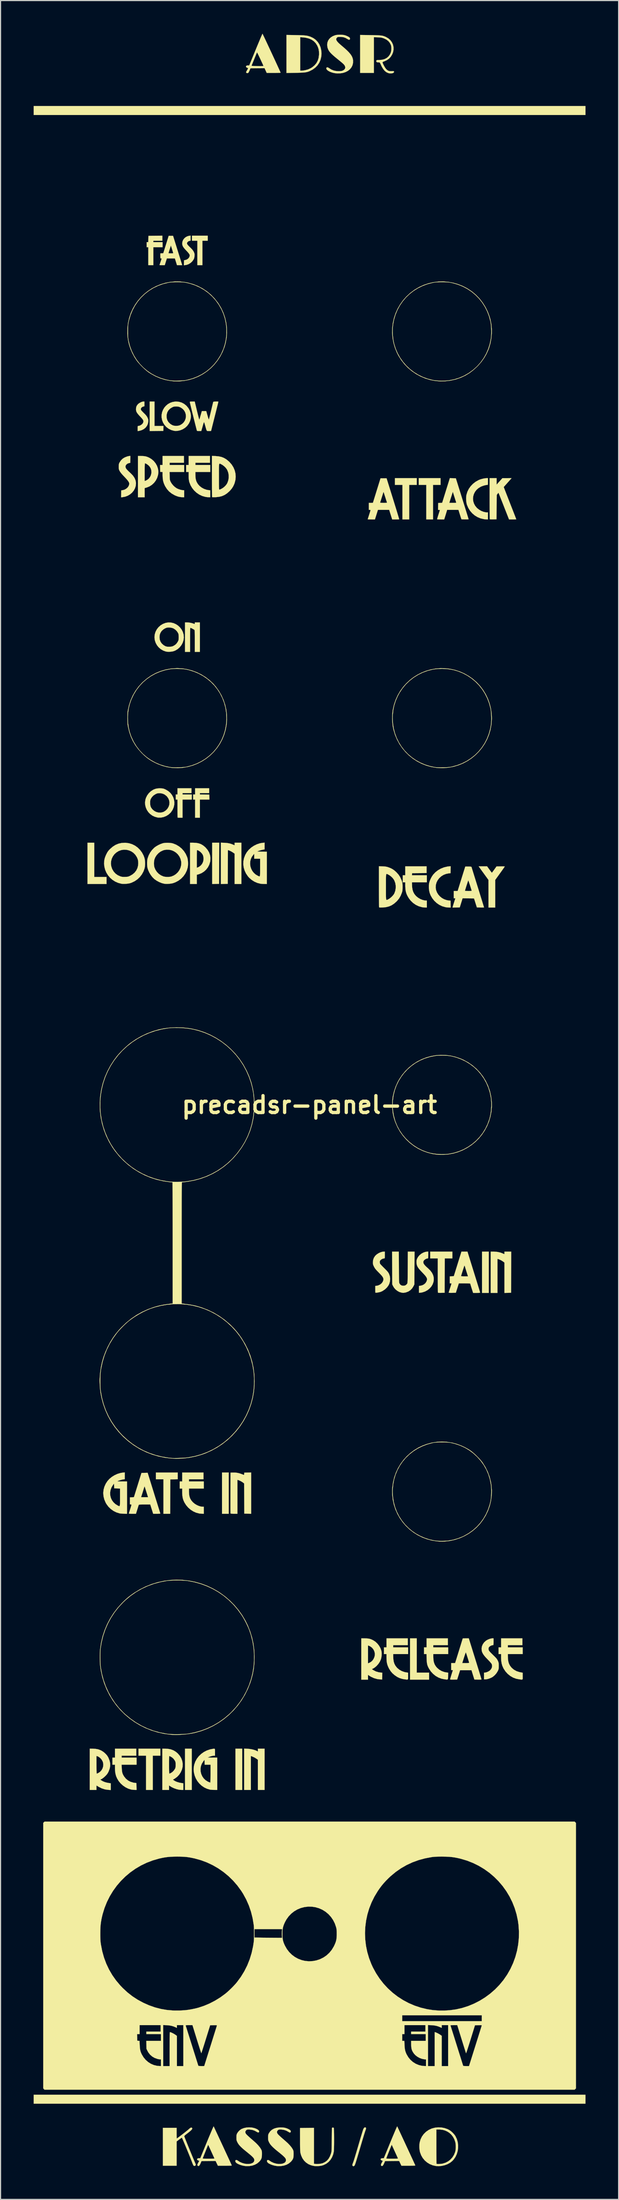
<source format=kicad_pcb>
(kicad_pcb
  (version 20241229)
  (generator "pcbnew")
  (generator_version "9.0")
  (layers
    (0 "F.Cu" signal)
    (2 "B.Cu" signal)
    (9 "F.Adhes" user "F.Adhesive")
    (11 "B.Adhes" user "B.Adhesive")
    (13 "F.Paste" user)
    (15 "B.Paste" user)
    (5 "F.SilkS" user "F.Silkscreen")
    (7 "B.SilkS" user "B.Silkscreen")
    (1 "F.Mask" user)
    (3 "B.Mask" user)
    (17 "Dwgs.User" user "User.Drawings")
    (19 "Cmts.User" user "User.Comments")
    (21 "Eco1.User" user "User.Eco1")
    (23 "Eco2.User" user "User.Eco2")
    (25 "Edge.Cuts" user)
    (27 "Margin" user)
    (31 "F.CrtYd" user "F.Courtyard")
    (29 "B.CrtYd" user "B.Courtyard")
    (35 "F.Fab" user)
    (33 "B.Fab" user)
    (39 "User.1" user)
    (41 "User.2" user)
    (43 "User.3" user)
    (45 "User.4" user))
  (footprint "precadsr-panel-art"
    (layer "F.Cu")
    (at 24.999 96.944)
    (property "Reference" "precadsr-panel-art" (at 0 0 0) (layer "F.SilkS") (effects (font (size 1.524 1.524) (thickness 0.3))))
    (attr through_hole)
    (fp_poly (pts (xy -10.668 62.001) (xy -11.278 62.001) (xy -11.278 58.268) (xy -10.668 58.268) (xy -10.668 62.001)) (stroke (width 0.01) (type solid)) (fill yes) (layer "F.SilkS"))
    (fp_poly (pts (xy -7.315 37.008) (xy -7.925 37.008) (xy -7.925 33.274) (xy -7.315 33.274) (xy -7.315 37.008)) (stroke (width 0.01) (type solid)) (fill yes) (layer "F.SilkS"))
    (fp_poly (pts (xy -6.096 62.001) (xy -6.706 62.001) (xy -6.706 58.268) (xy -6.096 58.268) (xy -6.096 62.001)) (stroke (width 0.01) (type solid)) (fill yes) (layer "F.SilkS"))
    (fp_poly (pts (xy 16.256 17.018) (xy 15.646 17.018) (xy 15.646 13.284) (xy 16.256 13.284) (xy 16.256 17.018)) (stroke (width 0.01) (type solid)) (fill yes) (layer "F.SilkS"))
    (fp_poly (pts (xy 25.019 -89.586) (xy -24.994 -89.586) (xy -24.994 -90.399) (xy 25.019 -90.399) (xy 25.019 -89.586)) (stroke (width 0.01) (type solid)) (fill yes) (layer "F.SilkS"))
    (fp_poly (pts (xy 25.019 90.399) (xy -24.994 90.399) (xy -24.994 89.586) (xy 25.019 89.586) (xy 25.019 90.399)) (stroke (width 0.01) (type solid)) (fill yes) (layer "F.SilkS"))
    (fp_poly (pts (xy -19.507 -20.625) (xy -18.39 -20.625) (xy -18.39 -19.99) (xy -20.117 -19.99) (xy -20.117 -23.724) (xy -19.507 -23.724) (xy -19.507 -20.625)) (stroke (width 0.01) (type solid)) (fill yes) (layer "F.SilkS"))
    (fp_poly (pts (xy -8.185 -21.863) (xy -8.191 -20.003) (xy -8.503 -19.995) (xy -8.814 -19.988) (xy -8.814 -23.724) (xy -8.178 -23.724) (xy -8.185 -21.863)) (stroke (width 0.01) (type solid)) (fill yes) (layer "F.SilkS"))
    (fp_poly (pts (xy 9.728 51.384) (xy 10.846 51.384) (xy 10.846 52.019) (xy 9.119 52.019) (xy 9.119 48.285) (xy 9.728 48.285) (xy 9.728 51.384)) (stroke (width 0.01) (type solid)) (fill yes) (layer "F.SilkS"))
    (fp_poly (pts (xy -14.046 -61.443) (xy -13.231 -61.443) (xy -13.239 -61.22) (xy -13.246 -60.998) (xy -13.862 -60.991) (xy -14.478 -60.984) (xy -14.478 -63.652) (xy -14.046 -63.652) (xy -14.046 -61.443)) (stroke (width 0.01) (type solid)) (fill yes) (layer "F.SilkS"))
    (fp_poly (pts (xy -13.513 58.903) (xy -14.199 58.903) (xy -14.199 62.001) (xy -14.808 62.001) (xy -14.808 58.903) (xy -15.494 58.903) (xy -15.494 58.268) (xy -13.513 58.268) (xy -13.513 58.903)) (stroke (width 0.01) (type solid)) (fill yes) (layer "F.SilkS"))
    (fp_poly (pts (xy -9.22 -78.207) (xy -9.703 -78.207) (xy -9.703 -75.997) (xy -10.16 -75.997) (xy -10.16 -78.207) (xy -10.643 -78.207) (xy -10.643 -78.664) (xy -9.22 -78.664) (xy -9.22 -78.207)) (stroke (width 0.01) (type solid)) (fill yes) (layer "F.SilkS"))
    (fp_poly (pts (xy 9.728 -56.109) (xy 9.042 -56.109) (xy 9.042 -52.984) (xy 8.433 -52.984) (xy 8.433 -56.109) (xy 7.747 -56.109) (xy 7.747 -56.718) (xy 9.728 -56.718) (xy 9.728 -56.109)) (stroke (width 0.01) (type solid)) (fill yes) (layer "F.SilkS"))
    (fp_poly (pts (xy 11.887 -56.109) (xy 11.201 -56.109) (xy 11.201 -52.984) (xy 10.592 -52.984) (xy 10.592 -56.109) (xy 9.906 -56.109) (xy 9.906 -56.718) (xy 11.887 -56.718) (xy 11.887 -56.109)) (stroke (width 0.01) (type solid)) (fill yes) (layer "F.SilkS"))
    (fp_poly (pts (xy -11.938 33.882) (xy -12.275 33.889) (xy -12.611 33.896) (xy -12.618 35.452) (xy -12.624 37.008) (xy -13.233 37.008) (xy -13.233 33.884) (xy -13.919 33.884) (xy -13.919 33.274) (xy -11.938 33.274) (xy -11.938 33.882)) (stroke (width 0.01) (type solid)) (fill yes) (layer "F.SilkS"))
    (fp_poly (pts (xy -13.335 -78.207) (xy -14.148 -78.207) (xy -14.148 -78.08) (xy -13.31 -78.08) (xy -13.31 -77.622) (xy -14.148 -77.622) (xy -14.148 -75.997) (xy -14.605 -75.997) (xy -14.605 -77.622) (xy -14.757 -77.622) (xy -14.757 -78.08) (xy -14.607 -78.08) (xy -14.592 -78.651) (xy -13.335 -78.665) (xy -13.335 -78.207)) (stroke (width 0.01) (type solid)) (fill yes) (layer "F.SilkS"))
    (fp_poly (pts (xy -9.093 -28.219) (xy -9.931 -28.219) (xy -9.931 -28.094) (xy -9.506 -28.087) (xy -9.081 -28.08) (xy -9.073 -27.857) (xy -9.066 -27.635) (xy -9.931 -27.635) (xy -9.931 -25.984) (xy -10.363 -25.984) (xy -10.363 -27.635) (xy -10.541 -27.635) (xy -10.541 -28.092) (xy -10.363 -28.092) (xy -10.363 -28.651) (xy -9.093 -28.651) (xy -9.093 -28.219)) (stroke (width 0.01) (type solid)) (fill yes) (layer "F.SilkS"))
    (fp_poly (pts (xy -5.62 58.275) (xy -5.378 58.298) (xy -5.143 58.343) (xy -4.93 58.405) (xy -4.773 58.472) (xy -4.674 58.523) (xy -4.674 58.268) (xy -4.064 58.268) (xy -4.064 62.001) (xy -4.674 62.001) (xy -4.674 60.636) (xy -4.675 59.271) (xy -4.782 59.191) (xy -4.964 59.076) (xy -5.164 58.982) (xy -5.211 58.965) (xy -5.309 58.93) (xy -5.309 62.001) (xy -5.918 62.001) (xy -5.918 58.26) (xy -5.62 58.275)) (stroke (width 0.01) (type solid)) (fill yes) (layer "F.SilkS"))
    (fp_poly (pts (xy 12.954 13.894) (xy 12.269 13.894) (xy 12.255 17.005) (xy 11.962 17.012) (xy 11.845 17.014) (xy 11.746 17.012) (xy 11.678 17.008) (xy 11.651 17.002) (xy 11.648 16.974) (xy 11.645 16.9) (xy 11.642 16.783) (xy 11.64 16.63) (xy 11.637 16.443) (xy 11.636 16.227) (xy 11.634 15.988) (xy 11.634 15.728) (xy 11.633 15.453) (xy 11.633 13.894) (xy 10.947 13.894) (xy 10.947 13.284) (xy 12.954 13.284) (xy 12.954 13.894)) (stroke (width 0.01) (type solid)) (fill yes) (layer "F.SilkS"))
    (fp_poly (pts (xy -10.693 -28.219) (xy -11.506 -28.219) (xy -11.506 -28.092) (xy -10.668 -28.092) (xy -10.668 -27.635) (xy -11.506 -27.635) (xy -11.506 -25.984) (xy -11.718 -25.984) (xy -11.817 -25.986) (xy -11.896 -25.991) (xy -11.941 -25.998) (xy -11.946 -26.001) (xy -11.951 -26.03) (xy -11.954 -26.103) (xy -11.958 -26.215) (xy -11.96 -26.359) (xy -11.962 -26.528) (xy -11.963 -26.718) (xy -11.963 -26.827) (xy -11.963 -27.635) (xy -12.116 -27.635) (xy -12.116 -28.092) (xy -11.963 -28.092) (xy -11.963 -28.651) (xy -10.693 -28.651) (xy -10.693 -28.219)) (stroke (width 0.01) (type solid)) (fill yes) (layer "F.SilkS"))
    (fp_poly (pts (xy 17.023 13.306) (xy 17.312 13.37) (xy 17.52 13.449) (xy 17.595 13.483) (xy 17.65 13.506) (xy 17.669 13.513) (xy 17.675 13.49) (xy 17.678 13.433) (xy 17.678 13.399) (xy 17.678 13.284) (xy 18.288 13.284) (xy 18.282 15.145) (xy 18.275 17.005) (xy 17.678 17.02) (xy 17.678 14.277) (xy 17.561 14.187) (xy 17.448 14.111) (xy 17.319 14.04) (xy 17.194 13.984) (xy 17.112 13.956) (xy 17.043 13.939) (xy 17.043 17.018) (xy 16.434 17.018) (xy 16.434 13.284) (xy 16.709 13.284) (xy 17.023 13.306)) (stroke (width 0.01) (type solid)) (fill yes) (layer "F.SilkS"))
    (fp_poly (pts (xy -7.703 -23.717) (xy -7.475 -23.7) (xy -7.28 -23.668) (xy -7.1 -23.619) (xy -6.922 -23.549) (xy -6.852 -23.518) (xy -6.804 -23.499) (xy -6.791 -23.495) (xy -6.786 -23.518) (xy -6.782 -23.575) (xy -6.782 -23.609) (xy -6.782 -23.724) (xy -6.172 -23.724) (xy -6.172 -19.99) (xy -6.782 -19.99) (xy -6.782 -22.733) (xy -6.89 -22.811) (xy -6.997 -22.882) (xy -7.118 -22.951) (xy -7.235 -23.007) (xy -7.321 -23.039) (xy -7.391 -23.06) (xy -7.398 -21.531) (xy -7.404 -20.003) (xy -7.715 -19.995) (xy -8.026 -19.988) (xy -8.026 -23.73) (xy -7.703 -23.717)) (stroke (width 0.01) (type solid)) (fill yes) (layer "F.SilkS"))
    (fp_poly (pts (xy -10.916 -43.651) (xy -10.734 -43.618) (xy -10.555 -43.569) (xy -10.433 -43.524) (xy -10.402 -43.519) (xy -10.39 -43.548) (xy -10.389 -43.584) (xy -10.389 -43.663) (xy -9.931 -43.663) (xy -9.931 -40.996) (xy -10.389 -40.996) (xy -10.389 -41.977) (xy -10.389 -42.227) (xy -10.389 -42.432) (xy -10.391 -42.595) (xy -10.393 -42.722) (xy -10.396 -42.818) (xy -10.4 -42.887) (xy -10.406 -42.934) (xy -10.414 -42.965) (xy -10.423 -42.983) (xy -10.433 -42.994) (xy -10.482 -43.026) (xy -10.555 -43.068) (xy -10.637 -43.112) (xy -10.715 -43.149) (xy -10.773 -43.174) (xy -10.794 -43.18) (xy -10.802 -43.155) (xy -10.808 -43.081) (xy -10.813 -42.957) (xy -10.816 -42.782) (xy -10.819 -42.558) (xy -10.82 -42.283) (xy -10.82 -42.088) (xy -10.82 -40.996) (xy -11.278 -40.996) (xy -11.278 -43.663) (xy -11.077 -43.663) (xy -10.916 -43.651)) (stroke (width 0.01) (type solid)) (fill yes) (layer "F.SilkS"))
    (fp_poly (pts (xy -5.283 37.009) (xy -5.594 37.002) (xy -5.905 36.995) (xy -5.919 34.268) (xy -6.009 34.193) (xy -6.111 34.121) (xy -6.238 34.05) (xy -6.365 33.99) (xy -6.446 33.961) (xy -6.528 33.938) (xy -6.528 37.008) (xy -6.833 37.008) (xy -6.976 37.006) (xy -7.073 37) (xy -7.13 36.99) (xy -7.151 36.976) (xy -7.153 36.946) (xy -7.155 36.869) (xy -7.156 36.75) (xy -7.157 36.592) (xy -7.158 36.4) (xy -7.158 36.177) (xy -7.158 35.929) (xy -7.158 35.658) (xy -7.157 35.369) (xy -7.157 35.115) (xy -7.15 33.287) (xy -6.922 33.279) (xy -6.737 33.281) (xy -6.561 33.3) (xy -6.382 33.339) (xy -6.188 33.401) (xy -5.965 33.488) (xy -5.952 33.494) (xy -5.929 33.481) (xy -5.915 33.418) (xy -5.913 33.397) (xy -5.905 33.287) (xy -5.283 33.272) (xy -5.283 37.009)) (stroke (width 0.01) (type solid)) (fill yes) (layer "F.SilkS"))
    (fp_poly (pts (xy 16.311 -21.299) (xy 16.388 -21.194) (xy 16.454 -21.106) (xy 16.504 -21.043) (xy 16.532 -21.01) (xy 16.535 -21.007) (xy 16.554 -21.027) (xy 16.596 -21.08) (xy 16.657 -21.16) (xy 16.729 -21.259) (xy 16.753 -21.292) (xy 16.958 -21.577) (xy 17.331 -21.584) (xy 17.462 -21.586) (xy 17.573 -21.584) (xy 17.654 -21.58) (xy 17.698 -21.575) (xy 17.703 -21.572) (xy 17.689 -21.547) (xy 17.648 -21.486) (xy 17.585 -21.395) (xy 17.503 -21.279) (xy 17.406 -21.143) (xy 17.298 -20.993) (xy 17.271 -20.956) (xy 16.84 -20.36) (xy 16.84 -17.856) (xy 16.231 -17.856) (xy 16.23 -19.107) (xy 16.229 -20.358) (xy 15.859 -20.866) (xy 15.753 -21.013) (xy 15.651 -21.153) (xy 15.561 -21.277) (xy 15.487 -21.38) (xy 15.435 -21.454) (xy 15.414 -21.482) (xy 15.339 -21.59) (xy 16.1 -21.59) (xy 16.311 -21.299)) (stroke (width 0.01) (type solid)) (fill yes) (layer "F.SilkS"))
    (fp_poly (pts (xy -9.017 -58.115) (xy -10.338 -58.115) (xy -10.338 -57.912) (xy -8.992 -57.912) (xy -8.992 -57.277) (xy -10.338 -57.277) (xy -10.338 -57.024) (xy -10.33 -56.81) (xy -10.306 -56.631) (xy -10.262 -56.471) (xy -10.224 -56.375) (xy -10.111 -56.182) (xy -9.957 -56.009) (xy -9.77 -55.863) (xy -9.558 -55.747) (xy -9.329 -55.668) (xy -9.143 -55.635) (xy -8.992 -55.619) (xy -8.992 -54.991) (xy -9.138 -54.993) (xy -9.246 -55) (xy -9.371 -55.015) (xy -9.449 -55.029) (xy -9.726 -55.109) (xy -9.989 -55.234) (xy -10.23 -55.399) (xy -10.446 -55.598) (xy -10.63 -55.826) (xy -10.777 -56.077) (xy -10.882 -56.347) (xy -10.897 -56.402) (xy -10.922 -56.518) (xy -10.938 -56.643) (xy -10.946 -56.791) (xy -10.947 -56.938) (xy -10.947 -57.277) (xy -11.176 -57.277) (xy -11.176 -57.912) (xy -10.947 -57.912) (xy -10.947 -58.725) (xy -9.017 -58.725) (xy -9.017 -58.115)) (stroke (width 0.01) (type solid)) (fill yes) (layer "F.SilkS"))
    (fp_poly (pts (xy -15.697 58.903) (xy -17.018 58.903) (xy -17.018 59.08) (xy -15.672 59.08) (xy -15.672 59.715) (xy -17.025 59.715) (xy -17.011 60.039) (xy -16.999 60.224) (xy -16.979 60.371) (xy -16.948 60.496) (xy -16.901 60.611) (xy -16.834 60.73) (xy -16.795 60.791) (xy -16.637 60.987) (xy -16.446 61.145) (xy -16.226 61.263) (xy -15.977 61.339) (xy -15.824 61.363) (xy -15.684 61.379) (xy -15.677 61.69) (xy -15.67 62.001) (xy -15.842 61.999) (xy -15.965 61.992) (xy -16.099 61.976) (xy -16.178 61.962) (xy -16.424 61.885) (xy -16.668 61.764) (xy -16.898 61.607) (xy -17.107 61.419) (xy -17.283 61.208) (xy -17.303 61.179) (xy -17.432 60.965) (xy -17.526 60.748) (xy -17.587 60.517) (xy -17.62 60.262) (xy -17.628 60.034) (xy -17.628 59.715) (xy -17.856 59.715) (xy -17.856 59.08) (xy -17.628 59.08) (xy -17.628 58.268) (xy -15.697 58.268) (xy -15.697 58.903)) (stroke (width 0.01) (type solid)) (fill yes) (layer "F.SilkS"))
    (fp_poly (pts (xy -9.601 33.884) (xy -10.922 33.884) (xy -10.922 34.087) (xy -9.576 34.087) (xy -9.576 34.722) (xy -10.922 34.722) (xy -10.922 34.996) (xy -10.91 35.242) (xy -10.873 35.451) (xy -10.807 35.634) (xy -10.707 35.801) (xy -10.571 35.96) (xy -10.551 35.98) (xy -10.394 36.11) (xy -10.212 36.22) (xy -10.018 36.305) (xy -9.825 36.358) (xy -9.672 36.373) (xy -9.576 36.373) (xy -9.576 37.008) (xy -9.722 37.005) (xy -9.833 36.999) (xy -9.95 36.987) (xy -9.998 36.98) (xy -10.267 36.91) (xy -10.526 36.795) (xy -10.769 36.639) (xy -10.989 36.448) (xy -11.179 36.227) (xy -11.334 35.981) (xy -11.344 35.96) (xy -11.424 35.781) (xy -11.479 35.604) (xy -11.513 35.413) (xy -11.529 35.196) (xy -11.532 35.061) (xy -11.532 34.722) (xy -11.76 34.722) (xy -11.76 34.087) (xy -11.532 34.087) (xy -11.532 33.274) (xy -9.601 33.274) (xy -9.601 33.884)) (stroke (width 0.01) (type solid)) (fill yes) (layer "F.SilkS"))
    (fp_poly (pts (xy 10.617 -20.981) (xy 9.309 -20.968) (xy 9.301 -20.872) (xy 9.293 -20.777) (xy 10.643 -20.777) (xy 10.643 -20.142) (xy 9.296 -20.142) (xy 9.297 -19.958) (xy 9.31 -19.69) (xy 9.348 -19.461) (xy 9.413 -19.262) (xy 9.509 -19.086) (xy 9.637 -18.927) (xy 9.687 -18.877) (xy 9.855 -18.742) (xy 10.045 -18.63) (xy 10.246 -18.548) (xy 10.444 -18.501) (xy 10.56 -18.492) (xy 10.643 -18.491) (xy 10.643 -17.856) (xy 10.497 -17.859) (xy 10.388 -17.865) (xy 10.264 -17.881) (xy 10.185 -17.894) (xy 9.902 -17.977) (xy 9.636 -18.105) (xy 9.392 -18.275) (xy 9.176 -18.483) (xy 9.009 -18.702) (xy 8.888 -18.905) (xy 8.799 -19.099) (xy 8.738 -19.299) (xy 8.702 -19.516) (xy 8.688 -19.764) (xy 8.687 -19.852) (xy 8.687 -20.142) (xy 8.458 -20.142) (xy 8.458 -20.777) (xy 8.687 -20.777) (xy 8.687 -21.59) (xy 10.617 -21.59) (xy 10.617 -20.981)) (stroke (width 0.01) (type solid)) (fill yes) (layer "F.SilkS"))
    (fp_poly (pts (xy 12.548 48.895) (xy 11.227 48.895) (xy 11.227 49.098) (xy 12.573 49.098) (xy 12.573 49.708) (xy 11.227 49.708) (xy 11.227 49.982) (xy 11.24 50.238) (xy 11.282 50.458) (xy 11.355 50.651) (xy 11.463 50.826) (xy 11.564 50.945) (xy 11.757 51.113) (xy 11.98 51.243) (xy 12.226 51.332) (xy 12.428 51.371) (xy 12.575 51.388) (xy 12.567 51.697) (xy 12.565 51.832) (xy 12.559 51.923) (xy 12.544 51.978) (xy 12.511 52.005) (xy 12.454 52.011) (xy 12.365 52.004) (xy 12.278 51.994) (xy 11.981 51.937) (xy 11.701 51.833) (xy 11.442 51.686) (xy 11.208 51.497) (xy 11.001 51.269) (xy 10.827 51.005) (xy 10.826 51.003) (xy 10.758 50.872) (xy 10.707 50.75) (xy 10.671 50.624) (xy 10.647 50.482) (xy 10.632 50.313) (xy 10.624 50.121) (xy 10.611 49.708) (xy 10.389 49.708) (xy 10.389 49.098) (xy 10.617 49.098) (xy 10.617 48.285) (xy 12.548 48.285) (xy 12.548 48.895)) (stroke (width 0.01) (type solid)) (fill yes) (layer "F.SilkS"))
    (fp_poly (pts (xy 19.304 48.895) (xy 17.983 48.895) (xy 17.983 49.098) (xy 19.329 49.098) (xy 19.329 49.708) (xy 17.983 49.708) (xy 17.984 49.917) (xy 17.995 50.176) (xy 18.03 50.397) (xy 18.091 50.589) (xy 18.182 50.76) (xy 18.305 50.918) (xy 18.35 50.967) (xy 18.544 51.128) (xy 18.769 51.251) (xy 19.027 51.336) (xy 19.113 51.354) (xy 19.329 51.395) (xy 19.329 51.707) (xy 19.331 51.84) (xy 19.329 51.93) (xy 19.316 51.984) (xy 19.285 52.009) (xy 19.227 52.014) (xy 19.134 52.005) (xy 19.025 51.992) (xy 18.737 51.936) (xy 18.463 51.834) (xy 18.208 51.688) (xy 17.977 51.503) (xy 17.774 51.281) (xy 17.605 51.027) (xy 17.577 50.975) (xy 17.485 50.769) (xy 17.423 50.556) (xy 17.386 50.321) (xy 17.374 50.053) (xy 17.374 50.032) (xy 17.374 49.708) (xy 17.145 49.708) (xy 17.145 49.098) (xy 17.374 49.098) (xy 17.374 48.285) (xy 19.304 48.285) (xy 19.304 48.895)) (stroke (width 0.01) (type solid)) (fill yes) (layer "F.SilkS"))
    (fp_poly (pts (xy 8.915 48.895) (xy 7.595 48.895) (xy 7.595 49.098) (xy 8.941 49.098) (xy 8.941 49.708) (xy 7.595 49.708) (xy 7.595 49.917) (xy 7.606 50.176) (xy 7.641 50.397) (xy 7.702 50.588) (xy 7.793 50.759) (xy 7.915 50.917) (xy 7.963 50.968) (xy 8.151 51.125) (xy 8.371 51.248) (xy 8.613 51.333) (xy 8.744 51.36) (xy 8.941 51.391) (xy 8.941 51.705) (xy 8.942 51.839) (xy 8.94 51.929) (xy 8.928 51.983) (xy 8.897 52.009) (xy 8.841 52.014) (xy 8.75 52.005) (xy 8.64 51.993) (xy 8.405 51.951) (xy 8.176 51.879) (xy 7.973 51.783) (xy 7.956 51.773) (xy 7.719 51.613) (xy 7.523 51.443) (xy 7.36 51.251) (xy 7.22 51.029) (xy 7.174 50.94) (xy 7.095 50.76) (xy 7.04 50.584) (xy 7.005 50.397) (xy 6.988 50.185) (xy 6.985 50.024) (xy 6.985 49.708) (xy 6.756 49.708) (xy 6.756 49.098) (xy 6.985 49.098) (xy 6.985 48.285) (xy 8.915 48.285) (xy 8.915 48.895)) (stroke (width 0.01) (type solid)) (fill yes) (layer "F.SilkS"))
    (fp_poly (pts (xy -11.379 -58.115) (xy -12.675 -58.115) (xy -12.675 -57.912) (xy -11.354 -57.912) (xy -11.354 -57.277) (xy -12.679 -57.277) (xy -12.67 -56.915) (xy -12.666 -56.771) (xy -12.661 -56.666) (xy -12.652 -56.588) (xy -12.638 -56.525) (xy -12.617 -56.466) (xy -12.586 -56.398) (xy -12.575 -56.375) (xy -12.475 -56.21) (xy -12.34 -56.05) (xy -12.186 -55.907) (xy -12.026 -55.798) (xy -11.995 -55.782) (xy -11.856 -55.722) (xy -11.704 -55.672) (xy -11.557 -55.639) (xy -11.436 -55.626) (xy -11.354 -55.626) (xy -11.354 -54.991) (xy -11.5 -54.993) (xy -11.605 -55) (xy -11.729 -55.015) (xy -11.824 -55.032) (xy -11.929 -55.06) (xy -12.057 -55.106) (xy -12.185 -55.159) (xy -12.23 -55.18) (xy -12.496 -55.334) (xy -12.721 -55.514) (xy -12.912 -55.728) (xy -13.073 -55.98) (xy -13.12 -56.071) (xy -13.205 -56.27) (xy -13.263 -56.471) (xy -13.297 -56.688) (xy -13.309 -56.936) (xy -13.31 -56.982) (xy -13.31 -57.274) (xy -13.525 -57.29) (xy -13.54 -57.912) (xy -13.31 -57.912) (xy -13.31 -58.725) (xy -11.379 -58.725) (xy -11.379 -58.115)) (stroke (width 0.01) (type solid)) (fill yes) (layer "F.SilkS"))
    (fp_poly (pts (xy 12.796 -21.283) (xy 12.789 -20.968) (xy 12.624 -20.951) (xy 12.379 -20.903) (xy 12.151 -20.813) (xy 11.945 -20.685) (xy 11.768 -20.524) (xy 11.623 -20.334) (xy 11.517 -20.122) (xy 11.454 -19.891) (xy 11.453 -19.881) (xy 11.442 -19.656) (xy 11.478 -19.438) (xy 11.557 -19.23) (xy 11.673 -19.039) (xy 11.823 -18.867) (xy 12.003 -18.722) (xy 12.209 -18.607) (xy 12.435 -18.528) (xy 12.636 -18.493) (xy 12.789 -18.479) (xy 12.796 -18.167) (xy 12.803 -17.856) (xy 12.644 -17.859) (xy 12.526 -17.866) (xy 12.396 -17.881) (xy 12.319 -17.894) (xy 12.04 -17.975) (xy 11.777 -18.1) (xy 11.535 -18.266) (xy 11.32 -18.467) (xy 11.136 -18.698) (xy 10.989 -18.953) (xy 10.905 -19.164) (xy 10.854 -19.379) (xy 10.827 -19.616) (xy 10.826 -19.855) (xy 10.853 -20.075) (xy 10.856 -20.09) (xy 10.909 -20.27) (xy 10.991 -20.466) (xy 11.093 -20.657) (xy 11.207 -20.825) (xy 11.214 -20.834) (xy 11.412 -21.046) (xy 11.646 -21.229) (xy 11.909 -21.38) (xy 12.192 -21.492) (xy 12.487 -21.563) (xy 12.619 -21.58) (xy 12.803 -21.597) (xy 12.796 -21.283)) (stroke (width 0.01) (type solid)) (fill yes) (layer "F.SilkS"))
    (fp_poly (pts (xy -10.266 -23.71) (xy -10.033 -23.666) (xy -9.825 -23.589) (xy -9.634 -23.475) (xy -9.449 -23.321) (xy -9.42 -23.293) (xy -9.237 -23.079) (xy -9.101 -22.851) (xy -9.013 -22.611) (xy -8.974 -22.359) (xy -8.985 -22.099) (xy -9.004 -21.988) (xy -9.083 -21.731) (xy -9.206 -21.496) (xy -9.367 -21.288) (xy -9.562 -21.111) (xy -9.786 -20.97) (xy -10.034 -20.87) (xy -10.141 -20.842) (xy -10.211 -20.827) (xy -10.211 -19.99) (xy -10.82 -19.99) (xy -10.82 -22.261) (xy -10.211 -22.261) (xy -10.211 -21.46) (xy -10.154 -21.477) (xy -10.097 -21.5) (xy -10.021 -21.537) (xy -9.992 -21.554) (xy -9.843 -21.667) (xy -9.726 -21.813) (xy -9.645 -21.983) (xy -9.601 -22.169) (xy -9.598 -22.362) (xy -9.638 -22.553) (xy -9.661 -22.613) (xy -9.722 -22.718) (xy -9.815 -22.827) (xy -9.923 -22.927) (xy -10.033 -23) (xy -10.037 -23.002) (xy -10.11 -23.037) (xy -10.166 -23.059) (xy -10.185 -23.063) (xy -10.193 -23.038) (xy -10.2 -22.962) (xy -10.205 -22.835) (xy -10.209 -22.658) (xy -10.21 -22.43) (xy -10.211 -22.261) (xy -10.82 -22.261) (xy -10.82 -23.724) (xy -10.534 -23.724) (xy -10.266 -23.71)) (stroke (width 0.01) (type solid)) (fill yes) (layer "F.SilkS"))
    (fp_poly (pts (xy -15.091 -58.72) (xy -14.935 -58.705) (xy -14.796 -58.676) (xy -14.66 -58.629) (xy -14.532 -58.572) (xy -14.312 -58.44) (xy -14.116 -58.27) (xy -13.951 -58.069) (xy -13.823 -57.845) (xy -13.738 -57.607) (xy -13.727 -57.559) (xy -13.698 -57.38) (xy -13.695 -57.216) (xy -13.718 -57.042) (xy -13.728 -56.99) (xy -13.807 -56.736) (xy -13.929 -56.502) (xy -14.088 -56.293) (xy -14.281 -56.116) (xy -14.501 -55.974) (xy -14.744 -55.875) (xy -14.777 -55.865) (xy -14.935 -55.821) (xy -14.935 -54.991) (xy -15.545 -54.991) (xy -15.545 -57.263) (xy -14.935 -57.263) (xy -14.935 -56.461) (xy -14.878 -56.478) (xy -14.821 -56.501) (xy -14.746 -56.539) (xy -14.715 -56.556) (xy -14.569 -56.667) (xy -14.453 -56.815) (xy -14.37 -56.988) (xy -14.327 -57.179) (xy -14.322 -57.271) (xy -14.341 -57.467) (xy -14.401 -57.637) (xy -14.504 -57.791) (xy -14.522 -57.811) (xy -14.597 -57.884) (xy -14.688 -57.954) (xy -14.78 -58.014) (xy -14.861 -58.053) (xy -14.909 -58.064) (xy -14.917 -58.039) (xy -14.924 -57.963) (xy -14.929 -57.836) (xy -14.933 -57.659) (xy -14.935 -57.431) (xy -14.935 -57.263) (xy -15.545 -57.263) (xy -15.545 -58.725) (xy -15.282 -58.725) (xy -15.091 -58.72)) (stroke (width 0.01) (type solid)) (fill yes) (layer "F.SilkS"))
    (fp_poly (pts (xy 5.081 92.545) (xy 5.121 92.582) (xy 5.128 92.653) (xy 5.102 92.754) (xy 5.079 92.808) (xy 5.063 92.854) (xy 5.033 92.943) (xy 4.992 93.071) (xy 4.942 93.232) (xy 4.884 93.423) (xy 4.819 93.637) (xy 4.749 93.87) (xy 4.676 94.117) (xy 4.646 94.218) (xy 4.547 94.553) (xy 4.461 94.843) (xy 4.387 95.091) (xy 4.325 95.3) (xy 4.272 95.474) (xy 4.228 95.616) (xy 4.192 95.73) (xy 4.162 95.82) (xy 4.138 95.887) (xy 4.118 95.937) (xy 4.102 95.972) (xy 4.087 95.995) (xy 4.074 96.011) (xy 4.06 96.022) (xy 4.057 96.024) (xy 4.007 96.056) (xy 3.971 96.057) (xy 3.927 96.03) (xy 3.926 96.029) (xy 3.897 95.994) (xy 3.891 95.94) (xy 3.908 95.859) (xy 3.95 95.746) (xy 3.971 95.695) (xy 3.99 95.642) (xy 4.022 95.545) (xy 4.065 95.41) (xy 4.117 95.241) (xy 4.177 95.043) (xy 4.244 94.822) (xy 4.315 94.582) (xy 4.39 94.329) (xy 4.433 94.183) (xy 4.508 93.926) (xy 4.581 93.681) (xy 4.649 93.451) (xy 4.712 93.244) (xy 4.767 93.062) (xy 4.814 92.912) (xy 4.85 92.798) (xy 4.874 92.724) (xy 4.882 92.703) (xy 4.94 92.6) (xy 5.003 92.548) (xy 5.073 92.543) (xy 5.081 92.545)) (stroke (width 0.01) (type solid)) (fill yes) (layer "F.SilkS"))
    (fp_poly (pts (xy 5.198 48.29) (xy 5.35 48.304) (xy 5.483 48.334) (xy 5.615 48.381) (xy 5.76 48.449) (xy 5.779 48.459) (xy 5.975 48.587) (xy 6.154 48.753) (xy 6.308 48.948) (xy 6.43 49.16) (xy 6.512 49.381) (xy 6.531 49.467) (xy 6.548 49.639) (xy 6.543 49.833) (xy 6.518 50.025) (xy 6.477 50.183) (xy 6.383 50.391) (xy 6.253 50.591) (xy 6.095 50.771) (xy 5.92 50.921) (xy 5.797 50.998) (xy 5.655 51.074) (xy 5.796 51.164) (xy 6.019 51.278) (xy 6.265 51.351) (xy 6.425 51.375) (xy 6.606 51.392) (xy 6.598 51.699) (xy 6.591 52.007) (xy 6.401 51.999) (xy 6.125 51.963) (xy 5.847 51.882) (xy 5.58 51.76) (xy 5.417 51.659) (xy 5.309 51.585) (xy 5.309 52.019) (xy 4.699 52.019) (xy 4.699 50.547) (xy 5.309 50.547) (xy 5.404 50.507) (xy 5.489 50.465) (xy 5.577 50.413) (xy 5.593 50.403) (xy 5.712 50.293) (xy 5.811 50.149) (xy 5.885 49.984) (xy 5.927 49.813) (xy 5.93 49.65) (xy 5.929 49.644) (xy 5.879 49.442) (xy 5.786 49.263) (xy 5.654 49.113) (xy 5.486 48.996) (xy 5.378 48.948) (xy 5.309 48.922) (xy 5.309 50.547) (xy 4.699 50.547) (xy 4.699 48.285) (xy 5.012 48.285) (xy 5.198 48.29)) (stroke (width 0.01) (type solid)) (fill yes) (layer "F.SilkS"))
    (fp_poly (pts (xy 8.108 14.688) (xy 8.11 14.991) (xy 8.111 15.247) (xy 8.113 15.461) (xy 8.115 15.637) (xy 8.118 15.778) (xy 8.121 15.89) (xy 8.125 15.976) (xy 8.13 16.041) (xy 8.136 16.089) (xy 8.143 16.123) (xy 8.152 16.149) (xy 8.162 16.17) (xy 8.166 16.177) (xy 8.245 16.282) (xy 8.339 16.343) (xy 8.459 16.369) (xy 8.509 16.37) (xy 8.635 16.358) (xy 8.734 16.314) (xy 8.822 16.232) (xy 8.85 16.195) (xy 8.862 16.179) (xy 8.871 16.16) (xy 8.879 16.134) (xy 8.886 16.097) (xy 8.891 16.045) (xy 8.895 15.974) (xy 8.899 15.879) (xy 8.902 15.757) (xy 8.904 15.603) (xy 8.906 15.414) (xy 8.907 15.185) (xy 8.909 14.911) (xy 8.91 14.705) (xy 8.917 13.284) (xy 9.527 13.284) (xy 9.512 16.244) (xy 9.429 16.415) (xy 9.306 16.609) (xy 9.149 16.77) (xy 8.962 16.892) (xy 8.753 16.971) (xy 8.658 16.991) (xy 8.573 17.005) (xy 8.51 17.013) (xy 8.484 17.015) (xy 8.453 17.009) (xy 8.389 16.999) (xy 8.334 16.989) (xy 8.153 16.936) (xy 7.976 16.84) (xy 7.813 16.711) (xy 7.674 16.556) (xy 7.574 16.389) (xy 7.506 16.243) (xy 7.499 14.764) (xy 7.491 13.284) (xy 8.101 13.284) (xy 8.108 14.688)) (stroke (width 0.01) (type solid)) (fill yes) (layer "F.SilkS"))
    (fp_poly (pts (xy -10.77 -78.213) (xy -10.869 -78.197) (xy -10.947 -78.169) (xy -11.021 -78.116) (xy -11.077 -78.053) (xy -11.1 -77.992) (xy -11.1 -77.99) (xy -11.097 -77.948) (xy -11.085 -77.908) (xy -11.06 -77.863) (xy -11.016 -77.808) (xy -10.949 -77.736) (xy -10.854 -77.64) (xy -10.743 -77.534) (xy -10.617 -77.399) (xy -10.526 -77.274) (xy -10.483 -77.195) (xy -10.444 -77.106) (xy -10.423 -77.034) (xy -10.415 -76.958) (xy -10.418 -76.856) (xy -10.419 -76.839) (xy -10.431 -76.713) (xy -10.455 -76.614) (xy -10.496 -76.521) (xy -10.503 -76.51) (xy -10.619 -76.344) (xy -10.769 -76.203) (xy -10.943 -76.094) (xy -11.13 -76.024) (xy -11.24 -76.004) (xy -11.381 -75.989) (xy -11.374 -76.215) (xy -11.367 -76.44) (xy -11.254 -76.459) (xy -11.115 -76.504) (xy -10.996 -76.583) (xy -10.91 -76.687) (xy -10.895 -76.716) (xy -10.866 -76.791) (xy -10.848 -76.852) (xy -10.846 -76.868) (xy -10.857 -76.926) (xy -10.892 -76.997) (xy -10.956 -77.086) (xy -11.052 -77.198) (xy -11.174 -77.33) (xy -11.305 -77.471) (xy -11.401 -77.589) (xy -11.467 -77.692) (xy -11.508 -77.788) (xy -11.527 -77.885) (xy -11.532 -77.968) (xy -11.508 -78.14) (xy -11.439 -78.297) (xy -11.332 -78.434) (xy -11.193 -78.545) (xy -11.027 -78.622) (xy -10.883 -78.655) (xy -10.77 -78.671) (xy -10.77 -78.213)) (stroke (width 0.01) (type solid)) (fill yes) (layer "F.SilkS"))
    (fp_poly (pts (xy 16.18 -56.413) (xy 16.179 -56.285) (xy 16.177 -56.199) (xy 16.172 -56.147) (xy 16.161 -56.12) (xy 16.144 -56.11) (xy 16.123 -56.108) (xy 16.013 -56.097) (xy 15.875 -56.067) (xy 15.728 -56.023) (xy 15.588 -55.97) (xy 15.522 -55.941) (xy 15.311 -55.811) (xy 15.136 -55.653) (xy 14.999 -55.472) (xy 14.901 -55.273) (xy 14.843 -55.063) (xy 14.825 -54.846) (xy 14.848 -54.628) (xy 14.914 -54.416) (xy 15.023 -54.214) (xy 15.176 -54.029) (xy 15.206 -54.001) (xy 15.378 -53.865) (xy 15.573 -53.753) (xy 15.778 -53.672) (xy 15.98 -53.627) (xy 16.092 -53.619) (xy 16.18 -53.619) (xy 16.18 -52.984) (xy 16.059 -52.988) (xy 15.956 -52.994) (xy 15.843 -53.005) (xy 15.811 -53.009) (xy 15.516 -53.078) (xy 15.24 -53.191) (xy 14.986 -53.346) (xy 14.758 -53.538) (xy 14.562 -53.764) (xy 14.401 -54.02) (xy 14.28 -54.301) (xy 14.263 -54.356) (xy 14.231 -54.5) (xy 14.212 -54.674) (xy 14.204 -54.862) (xy 14.211 -55.043) (xy 14.23 -55.201) (xy 14.234 -55.217) (xy 14.318 -55.492) (xy 14.447 -55.752) (xy 14.617 -55.992) (xy 14.824 -56.207) (xy 15.063 -56.392) (xy 15.329 -56.541) (xy 15.358 -56.554) (xy 15.502 -56.609) (xy 15.665 -56.656) (xy 15.829 -56.693) (xy 15.977 -56.714) (xy 16.046 -56.718) (xy 16.18 -56.718) (xy 16.18 -56.413)) (stroke (width 0.01) (type solid)) (fill yes) (layer "F.SilkS"))
    (fp_poly (pts (xy -12.011 -77.521) (xy -11.936 -77.283) (xy -11.865 -77.054) (xy -11.798 -76.839) (xy -11.737 -76.644) (xy -11.684 -76.476) (xy -11.642 -76.339) (xy -11.611 -76.24) (xy -11.596 -76.194) (xy -11.536 -75.997) (xy -12.006 -75.997) (xy -12.101 -76.302) (xy -12.196 -76.606) (xy -12.924 -76.606) (xy -13.02 -76.302) (xy -13.115 -75.997) (xy -13.352 -75.997) (xy -13.455 -75.998) (xy -13.535 -76) (xy -13.582 -76.002) (xy -13.589 -76.004) (xy -13.581 -76.03) (xy -13.561 -76.094) (xy -13.53 -76.187) (xy -13.492 -76.3) (xy -13.489 -76.309) (xy -13.389 -76.606) (xy -13.451 -76.606) (xy -13.48 -76.608) (xy -13.499 -76.621) (xy -13.508 -76.654) (xy -13.512 -76.717) (xy -13.513 -76.821) (xy -13.513 -76.834) (xy -13.513 -77.061) (xy -13.248 -77.076) (xy -13.246 -77.083) (xy -12.776 -77.083) (xy -12.752 -77.074) (xy -12.69 -77.068) (xy -12.6 -77.064) (xy -12.557 -77.064) (xy -12.452 -77.065) (xy -12.388 -77.069) (xy -12.356 -77.078) (xy -12.349 -77.095) (xy -12.351 -77.108) (xy -12.363 -77.148) (xy -12.387 -77.226) (xy -12.419 -77.331) (xy -12.457 -77.452) (xy -12.461 -77.467) (xy -12.559 -77.781) (xy -12.667 -77.442) (xy -12.706 -77.318) (xy -12.739 -77.211) (xy -12.763 -77.131) (xy -12.775 -77.088) (xy -12.776 -77.083) (xy -13.246 -77.083) (xy -12.756 -78.651) (xy -12.364 -78.651) (xy -12.011 -77.521)) (stroke (width 0.01) (type solid)) (fill yes) (layer "F.SilkS"))
    (fp_poly (pts (xy -4.064 -23.122) (xy -4.278 -23.08) (xy -4.395 -23.053) (xy -4.511 -23.019) (xy -4.603 -22.986) (xy -4.614 -22.981) (xy -4.737 -22.924) (xy -4.299 -22.917) (xy -3.861 -22.91) (xy -3.861 -19.99) (xy -4.096 -19.993) (xy -4.217 -19.996) (xy -4.335 -20.004) (xy -4.429 -20.013) (xy -4.451 -20.016) (xy -4.726 -20.087) (xy -4.992 -20.204) (xy -5.239 -20.36) (xy -5.459 -20.552) (xy -5.577 -20.685) (xy -5.75 -20.939) (xy -5.877 -21.209) (xy -5.959 -21.489) (xy -5.994 -21.775) (xy -5.993 -21.791) (xy -5.378 -21.791) (xy -5.348 -21.571) (xy -5.279 -21.36) (xy -5.175 -21.163) (xy -5.035 -20.987) (xy -4.863 -20.838) (xy -4.686 -20.736) (xy -4.627 -20.707) (xy -4.58 -20.686) (xy -4.543 -20.676) (xy -4.516 -20.682) (xy -4.496 -20.709) (xy -4.483 -20.762) (xy -4.475 -20.844) (xy -4.471 -20.96) (xy -4.47 -21.114) (xy -4.47 -21.312) (xy -4.47 -21.476) (xy -4.47 -22.276) (xy -5.004 -22.276) (xy -5.005 -22.498) (xy -5.006 -22.72) (xy -5.096 -22.619) (xy -5.23 -22.432) (xy -5.321 -22.227) (xy -5.37 -22.011) (xy -5.378 -21.791) (xy -5.993 -21.791) (xy -5.983 -22.061) (xy -5.925 -22.344) (xy -5.821 -22.617) (xy -5.681 -22.86) (xy -5.499 -23.084) (xy -5.28 -23.283) (xy -5.032 -23.45) (xy -4.765 -23.582) (xy -4.486 -23.673) (xy -4.239 -23.715) (xy -4.064 -23.731) (xy -4.064 -23.122)) (stroke (width 0.01) (type solid)) (fill yes) (layer "F.SilkS"))
    (fp_poly (pts (xy -14.961 -63.225) (xy -15.043 -63.207) (xy -15.153 -63.165) (xy -15.233 -63.099) (xy -15.278 -63.018) (xy -15.28 -62.929) (xy -15.265 -62.886) (xy -15.236 -62.846) (xy -15.178 -62.781) (xy -15.099 -62.698) (xy -15.007 -62.607) (xy -14.997 -62.596) (xy -14.883 -62.483) (xy -14.8 -62.389) (xy -14.739 -62.305) (xy -14.69 -62.218) (xy -14.679 -62.195) (xy -14.636 -62.098) (xy -14.614 -62.023) (xy -14.606 -61.946) (xy -14.61 -61.846) (xy -14.61 -61.841) (xy -14.648 -61.637) (xy -14.729 -61.454) (xy -14.85 -61.295) (xy -15.007 -61.165) (xy -15.196 -61.067) (xy -15.413 -61.006) (xy -15.45 -61) (xy -15.57 -60.982) (xy -15.57 -61.212) (xy -15.569 -61.322) (xy -15.565 -61.391) (xy -15.555 -61.427) (xy -15.538 -61.441) (xy -15.526 -61.443) (xy -15.406 -61.463) (xy -15.286 -61.518) (xy -15.179 -61.596) (xy -15.099 -61.69) (xy -15.064 -61.766) (xy -15.049 -61.836) (xy -15.05 -61.899) (xy -15.071 -61.964) (xy -15.116 -62.038) (xy -15.188 -62.127) (xy -15.291 -62.241) (xy -15.339 -62.292) (xy -15.473 -62.437) (xy -15.573 -62.556) (xy -15.643 -62.658) (xy -15.689 -62.751) (xy -15.713 -62.843) (xy -15.722 -62.941) (xy -15.723 -62.964) (xy -15.707 -63.129) (xy -15.656 -63.267) (xy -15.563 -63.394) (xy -15.55 -63.408) (xy -15.457 -63.487) (xy -15.34 -63.559) (xy -15.218 -63.615) (xy -15.106 -63.647) (xy -15.056 -63.652) (xy -14.961 -63.652) (xy -14.961 -63.225)) (stroke (width 0.01) (type solid)) (fill yes) (layer "F.SilkS"))
    (fp_poly (pts (xy 10.77 13.585) (xy 10.768 13.724) (xy 10.763 13.818) (xy 10.755 13.872) (xy 10.742 13.893) (xy 10.738 13.894) (xy 10.628 13.913) (xy 10.518 13.962) (xy 10.421 14.033) (xy 10.352 14.115) (xy 10.324 14.184) (xy 10.32 14.262) (xy 10.341 14.343) (xy 10.39 14.43) (xy 10.47 14.53) (xy 10.586 14.648) (xy 10.74 14.787) (xy 10.76 14.805) (xy 10.962 15.005) (xy 11.114 15.211) (xy 11.216 15.425) (xy 11.268 15.645) (xy 11.269 15.871) (xy 11.239 16.039) (xy 11.165 16.245) (xy 11.055 16.43) (xy 10.909 16.599) (xy 10.708 16.765) (xy 10.479 16.89) (xy 10.23 16.972) (xy 10.052 17) (xy 9.931 17.012) (xy 9.931 16.39) (xy 10.048 16.374) (xy 10.234 16.327) (xy 10.393 16.243) (xy 10.521 16.127) (xy 10.612 15.983) (xy 10.656 15.845) (xy 10.661 15.773) (xy 10.647 15.7) (xy 10.611 15.62) (xy 10.55 15.526) (xy 10.459 15.414) (xy 10.336 15.279) (xy 10.23 15.168) (xy 10.073 15.003) (xy 9.951 14.865) (xy 9.86 14.745) (xy 9.794 14.637) (xy 9.75 14.534) (xy 9.723 14.428) (xy 9.71 14.312) (xy 9.708 14.287) (xy 9.706 14.165) (xy 9.715 14.069) (xy 9.738 13.979) (xy 9.753 13.937) (xy 9.841 13.771) (xy 9.969 13.618) (xy 10.126 13.485) (xy 10.304 13.381) (xy 10.49 13.313) (xy 10.614 13.291) (xy 10.77 13.277) (xy 10.77 13.585)) (stroke (width 0.01) (type solid)) (fill yes) (layer "F.SilkS"))
    (fp_poly (pts (xy -19.666 58.268) (xy -19.376 58.286) (xy -19.118 58.338) (xy -18.887 58.429) (xy -18.676 58.56) (xy -18.501 58.711) (xy -18.393 58.825) (xy -18.312 58.93) (xy -18.243 59.047) (xy -18.213 59.108) (xy -18.114 59.359) (xy -18.064 59.601) (xy -18.062 59.84) (xy -18.109 60.081) (xy -18.205 60.332) (xy -18.213 60.349) (xy -18.276 60.47) (xy -18.343 60.571) (xy -18.428 60.67) (xy -18.512 60.755) (xy -18.607 60.843) (xy -18.705 60.923) (xy -18.791 60.985) (xy -18.831 61.008) (xy -18.956 61.069) (xy -18.895 61.116) (xy -18.735 61.215) (xy -18.539 61.296) (xy -18.319 61.353) (xy -18.263 61.362) (xy -18.009 61.402) (xy -18.009 62.009) (xy -18.244 61.995) (xy -18.537 61.952) (xy -18.826 61.86) (xy -19.104 61.72) (xy -19.104 61.72) (xy -19.304 61.6) (xy -19.304 62.001) (xy -19.914 62.001) (xy -19.914 59.726) (xy -19.304 59.726) (xy -19.303 59.986) (xy -19.301 60.195) (xy -19.297 60.354) (xy -19.291 60.461) (xy -19.283 60.518) (xy -19.278 60.528) (xy -19.242 60.517) (xy -19.178 60.49) (xy -19.132 60.467) (xy -18.973 60.359) (xy -18.846 60.22) (xy -18.754 60.056) (xy -18.698 59.878) (xy -18.684 59.692) (xy -18.713 59.509) (xy -18.75 59.408) (xy -18.85 59.238) (xy -18.979 59.097) (xy -19.127 58.992) (xy -19.247 58.942) (xy -19.304 58.925) (xy -19.304 59.726) (xy -19.914 59.726) (xy -19.914 58.268) (xy -19.666 58.268)) (stroke (width 0.01) (type solid)) (fill yes) (layer "F.SilkS"))
    (fp_poly (pts (xy -1.251 -96.817) (xy -0.989 -96.812) (xy -0.772 -96.805) (xy -0.592 -96.798) (xy -0.442 -96.787) (xy -0.317 -96.774) (xy -0.208 -96.757) (xy -0.111 -96.735) (xy -0.017 -96.707) (xy 0.08 -96.674) (xy 0.109 -96.663) (xy 0.356 -96.544) (xy 0.571 -96.387) (xy 0.752 -96.196) (xy 0.897 -95.973) (xy 1.004 -95.723) (xy 1.069 -95.449) (xy 1.092 -95.153) (xy 1.092 -95.148) (xy 1.069 -94.849) (xy 0.999 -94.569) (xy 0.885 -94.312) (xy 0.729 -94.08) (xy 0.531 -93.876) (xy 0.295 -93.701) (xy 0.02 -93.559) (xy 0.013 -93.556) (xy -0.08 -93.519) (xy -0.171 -93.489) (xy -0.269 -93.465) (xy -0.379 -93.446) (xy -0.508 -93.432) (xy -0.663 -93.421) (xy -0.85 -93.413) (xy -1.076 -93.407) (xy -1.289 -93.403) (xy -2.083 -93.39) (xy -2.083 -93.599) (xy -0.838 -93.599) (xy -0.718 -93.6) (xy -0.63 -93.605) (xy -0.517 -93.618) (xy -0.406 -93.635) (xy -0.124 -93.71) (xy 0.134 -93.83) (xy 0.264 -93.914) (xy 0.473 -94.09) (xy 0.637 -94.29) (xy 0.757 -94.515) (xy 0.834 -94.767) (xy 0.868 -95.045) (xy 0.87 -95.123) (xy 0.861 -95.352) (xy 0.827 -95.551) (xy 0.764 -95.74) (xy 0.693 -95.891) (xy 0.559 -96.098) (xy 0.39 -96.27) (xy 0.186 -96.407) (xy -0.053 -96.51) (xy -0.33 -96.578) (xy -0.594 -96.611) (xy -0.838 -96.629) (xy -0.838 -93.599) (xy -2.083 -93.599) (xy -2.083 -96.832) (xy -1.251 -96.817)) (stroke (width 0.01) (type solid)) (fill yes) (layer "F.SilkS"))
    (fp_poly (pts (xy -16.236 -58.414) (xy -16.243 -58.103) (xy -16.335 -58.088) (xy -16.467 -58.047) (xy -16.575 -57.973) (xy -16.645 -57.881) (xy -16.673 -57.809) (xy -16.676 -57.745) (xy -16.662 -57.682) (xy -16.642 -57.63) (xy -16.608 -57.572) (xy -16.554 -57.504) (xy -16.476 -57.42) (xy -16.37 -57.315) (xy -16.23 -57.185) (xy -16.178 -57.137) (xy -15.994 -56.943) (xy -15.857 -56.739) (xy -15.767 -56.528) (xy -15.726 -56.312) (xy -15.723 -56.239) (xy -15.749 -56.008) (xy -15.82 -55.789) (xy -15.932 -55.587) (xy -16.081 -55.407) (xy -16.261 -55.254) (xy -16.47 -55.131) (xy -16.701 -55.044) (xy -16.924 -55.001) (xy -17.07 -54.984) (xy -17.063 -55.298) (xy -17.056 -55.613) (xy -16.935 -55.63) (xy -16.772 -55.673) (xy -16.624 -55.751) (xy -16.499 -55.855) (xy -16.404 -55.978) (xy -16.347 -56.114) (xy -16.333 -56.223) (xy -16.344 -56.292) (xy -16.38 -56.373) (xy -16.443 -56.469) (xy -16.536 -56.586) (xy -16.663 -56.727) (xy -16.769 -56.839) (xy -16.928 -57.008) (xy -17.051 -57.148) (xy -17.14 -57.264) (xy -17.196 -57.353) (xy -17.238 -57.435) (xy -17.264 -57.5) (xy -17.278 -57.567) (xy -17.284 -57.652) (xy -17.285 -57.76) (xy -17.283 -57.879) (xy -17.276 -57.964) (xy -17.26 -58.031) (xy -17.234 -58.096) (xy -17.213 -58.137) (xy -17.088 -58.325) (xy -16.933 -58.477) (xy -16.796 -58.566) (xy -16.663 -58.628) (xy -16.526 -58.679) (xy -16.399 -58.713) (xy -16.301 -58.725) (xy -16.229 -58.725) (xy -16.236 -58.414)) (stroke (width 0.01) (type solid)) (fill yes) (layer "F.SilkS"))
    (fp_poly (pts (xy 16.967 -56.134) (xy 17.228 -56.424) (xy 17.488 -56.714) (xy 17.905 -56.716) (xy 18.322 -56.718) (xy 18.272 -56.661) (xy 18.239 -56.624) (xy 18.178 -56.556) (xy 18.097 -56.465) (xy 18.002 -56.358) (xy 17.915 -56.26) (xy 17.609 -55.917) (xy 17.711 -55.651) (xy 17.74 -55.573) (xy 17.787 -55.455) (xy 17.847 -55.3) (xy 17.919 -55.117) (xy 18 -54.909) (xy 18.088 -54.684) (xy 18.181 -54.447) (xy 18.276 -54.204) (xy 18.279 -54.198) (xy 18.37 -53.965) (xy 18.455 -53.748) (xy 18.533 -53.549) (xy 18.601 -53.374) (xy 18.658 -53.227) (xy 18.702 -53.112) (xy 18.732 -53.035) (xy 18.745 -52.999) (xy 18.745 -52.998) (xy 18.721 -52.993) (xy 18.656 -52.989) (xy 18.559 -52.986) (xy 18.44 -52.984) (xy 18.419 -52.984) (xy 18.093 -52.984) (xy 17.64 -54.134) (xy 17.55 -54.364) (xy 17.464 -54.582) (xy 17.384 -54.782) (xy 17.314 -54.958) (xy 17.254 -55.108) (xy 17.207 -55.225) (xy 17.175 -55.304) (xy 17.159 -55.342) (xy 17.158 -55.342) (xy 17.129 -55.401) (xy 16.98 -55.207) (xy 16.954 -52.997) (xy 16.661 -52.99) (xy 16.544 -52.989) (xy 16.445 -52.99) (xy 16.377 -52.995) (xy 16.35 -53.001) (xy 16.347 -53.028) (xy 16.344 -53.103) (xy 16.342 -53.22) (xy 16.339 -53.376) (xy 16.337 -53.566) (xy 16.336 -53.787) (xy 16.334 -54.035) (xy 16.333 -54.305) (xy 16.332 -54.594) (xy 16.332 -54.868) (xy 16.332 -56.718) (xy 16.967 -56.718) (xy 16.967 -56.134)) (stroke (width 0.01) (type solid)) (fill yes) (layer "F.SilkS"))
    (fp_poly (pts (xy -16.739 33.88) (xy -16.859 33.896) (xy -16.966 33.916) (xy -17.089 33.946) (xy -17.211 33.983) (xy -17.314 34.02) (xy -17.374 34.048) (xy -17.392 34.061) (xy -17.392 34.071) (xy -17.367 34.078) (xy -17.312 34.082) (xy -17.221 34.084) (xy -17.088 34.086) (xy -16.986 34.086) (xy -16.535 34.087) (xy -16.535 37.008) (xy -16.796 37.006) (xy -16.927 37.001) (xy -17.058 36.992) (xy -17.169 36.978) (xy -17.209 36.971) (xy -17.495 36.883) (xy -17.763 36.75) (xy -18.007 36.577) (xy -18.221 36.368) (xy -18.4 36.127) (xy -18.473 35.999) (xy -18.595 35.711) (xy -18.667 35.419) (xy -18.689 35.128) (xy -18.687 35.106) (xy -18.068 35.106) (xy -18.055 35.351) (xy -17.996 35.585) (xy -17.901 35.784) (xy -17.764 35.968) (xy -17.597 36.126) (xy -17.412 36.244) (xy -17.346 36.279) (xy -17.293 36.305) (xy -17.252 36.319) (xy -17.221 36.316) (xy -17.199 36.291) (xy -17.184 36.242) (xy -17.176 36.162) (xy -17.171 36.047) (xy -17.17 35.894) (xy -17.17 35.698) (xy -17.17 35.523) (xy -17.17 34.724) (xy -17.431 34.716) (xy -17.691 34.709) (xy -17.716 34.278) (xy -17.812 34.408) (xy -17.946 34.631) (xy -18.032 34.865) (xy -18.068 35.106) (xy -18.687 35.106) (xy -18.662 34.839) (xy -18.585 34.556) (xy -18.46 34.282) (xy -18.307 34.048) (xy -18.127 33.849) (xy -17.909 33.671) (xy -17.664 33.519) (xy -17.401 33.399) (xy -17.13 33.318) (xy -16.917 33.283) (xy -16.739 33.267) (xy -16.739 33.88)) (stroke (width 0.01) (type solid)) (fill yes) (layer "F.SilkS"))
    (fp_poly (pts (xy -8.595 58.279) (xy -8.57 58.311) (xy -8.561 58.374) (xy -8.559 58.475) (xy -8.56 58.585) (xy -8.56 58.903) (xy -8.655 58.903) (xy -8.78 58.916) (xy -8.927 58.952) (xy -9.077 59.005) (xy -9.119 59.024) (xy -9.233 59.076) (xy -8.795 59.078) (xy -8.357 59.08) (xy -8.357 62.001) (xy -8.63 61.999) (xy -8.755 61.996) (xy -8.872 61.989) (xy -8.965 61.981) (xy -9.005 61.976) (xy -9.284 61.895) (xy -9.541 61.773) (xy -9.775 61.613) (xy -9.981 61.421) (xy -10.157 61.201) (xy -10.3 60.958) (xy -10.405 60.697) (xy -10.471 60.423) (xy -10.495 60.142) (xy -10.489 60.071) (xy -9.873 60.071) (xy -9.866 60.318) (xy -9.813 60.552) (xy -9.718 60.768) (xy -9.584 60.96) (xy -9.414 61.123) (xy -9.212 61.25) (xy -9.128 61.288) (xy -9.054 61.317) (xy -9.001 61.336) (xy -8.985 61.34) (xy -8.981 61.316) (xy -8.976 61.247) (xy -8.973 61.139) (xy -8.97 60.999) (xy -8.968 60.831) (xy -8.966 60.643) (xy -8.966 60.528) (xy -8.966 59.715) (xy -9.498 59.715) (xy -9.505 59.493) (xy -9.512 59.271) (xy -9.631 59.43) (xy -9.757 59.632) (xy -9.836 59.84) (xy -9.873 60.068) (xy -9.873 60.071) (xy -10.489 60.071) (xy -10.472 59.857) (xy -10.441 59.709) (xy -10.346 59.436) (xy -10.206 59.182) (xy -10.028 58.95) (xy -9.815 58.746) (xy -9.573 58.573) (xy -9.306 58.435) (xy -9.02 58.337) (xy -8.822 58.296) (xy -8.714 58.279) (xy -8.641 58.27) (xy -8.595 58.279)) (stroke (width 0.01) (type solid)) (fill yes) (layer "F.SilkS"))
    (fp_poly (pts (xy -13.087 58.268) (xy -12.796 58.286) (xy -12.538 58.34) (xy -12.305 58.432) (xy -12.094 58.564) (xy -11.923 58.713) (xy -11.745 58.923) (xy -11.612 59.152) (xy -11.526 59.395) (xy -11.488 59.65) (xy -11.499 59.912) (xy -11.501 59.924) (xy -11.561 60.168) (xy -11.665 60.403) (xy -11.807 60.618) (xy -11.981 60.806) (xy -12.181 60.957) (xy -12.204 60.972) (xy -12.374 61.071) (xy -12.315 61.119) (xy -12.185 61.202) (xy -12.019 61.275) (xy -11.829 61.333) (xy -11.681 61.363) (xy -11.43 61.402) (xy -11.43 62.001) (xy -11.604 62.001) (xy -11.81 61.983) (xy -12.034 61.933) (xy -12.26 61.855) (xy -12.473 61.756) (xy -12.61 61.672) (xy -12.725 61.593) (xy -12.725 62.001) (xy -13.335 62.001) (xy -13.335 59.728) (xy -12.725 59.728) (xy -12.725 59.988) (xy -12.722 60.196) (xy -12.718 60.354) (xy -12.712 60.462) (xy -12.705 60.519) (xy -12.699 60.528) (xy -12.663 60.517) (xy -12.599 60.49) (xy -12.551 60.467) (xy -12.414 60.373) (xy -12.288 60.243) (xy -12.187 60.091) (xy -12.159 60.031) (xy -12.141 59.969) (xy -12.132 59.89) (xy -12.129 59.781) (xy -12.129 59.728) (xy -12.13 59.608) (xy -12.135 59.523) (xy -12.148 59.459) (xy -12.172 59.4) (xy -12.204 59.338) (xy -12.323 59.174) (xy -12.479 59.042) (xy -12.588 58.98) (xy -12.656 58.95) (xy -12.702 58.931) (xy -12.712 58.928) (xy -12.716 58.952) (xy -12.718 59.022) (xy -12.721 59.129) (xy -12.723 59.27) (xy -12.725 59.437) (xy -12.725 59.624) (xy -12.725 59.728) (xy -13.335 59.728) (xy -13.335 58.268) (xy -13.087 58.268)) (stroke (width 0.01) (type solid)) (fill yes) (layer "F.SilkS"))
    (fp_poly (pts (xy -11.82 -63.628) (xy -11.578 -63.556) (xy -11.356 -63.438) (xy -11.153 -63.272) (xy -11.137 -63.256) (xy -10.972 -63.056) (xy -10.852 -62.837) (xy -10.776 -62.606) (xy -10.746 -62.367) (xy -10.761 -62.128) (xy -10.821 -61.892) (xy -10.927 -61.667) (xy -11.078 -61.458) (xy -11.091 -61.443) (xy -11.267 -61.282) (xy -11.47 -61.153) (xy -11.692 -61.059) (xy -11.922 -61.005) (xy -12.152 -60.993) (xy -12.294 -61.01) (xy -12.543 -61.082) (xy -12.771 -61.198) (xy -12.974 -61.354) (xy -13.145 -61.547) (xy -13.273 -61.76) (xy -13.361 -61.993) (xy -13.402 -62.229) (xy -13.4 -62.37) (xy -12.95 -62.37) (xy -12.938 -62.153) (xy -12.882 -61.962) (xy -12.782 -61.794) (xy -12.635 -61.647) (xy -12.558 -61.59) (xy -12.428 -61.515) (xy -12.299 -61.47) (xy -12.152 -61.452) (xy -12.023 -61.453) (xy -11.879 -61.467) (xy -11.759 -61.502) (xy -11.705 -61.526) (xy -11.528 -61.638) (xy -11.389 -61.776) (xy -11.288 -61.935) (xy -11.223 -62.109) (xy -11.196 -62.29) (xy -11.206 -62.472) (xy -11.254 -62.649) (xy -11.338 -62.814) (xy -11.459 -62.96) (xy -11.618 -63.082) (xy -11.716 -63.134) (xy -11.814 -63.174) (xy -11.904 -63.196) (xy -12.007 -63.206) (xy -12.078 -63.207) (xy -12.191 -63.205) (xy -12.275 -63.194) (xy -12.354 -63.169) (xy -12.449 -63.126) (xy -12.452 -63.124) (xy -12.636 -63.009) (xy -12.779 -62.863) (xy -12.88 -62.691) (xy -12.937 -62.492) (xy -12.95 -62.37) (xy -13.4 -62.37) (xy -13.399 -62.462) (xy -13.355 -62.687) (xy -13.272 -62.901) (xy -13.156 -63.097) (xy -13.007 -63.271) (xy -12.83 -63.419) (xy -12.627 -63.534) (xy -12.402 -63.613) (xy -12.157 -63.65) (xy -12.078 -63.652) (xy -11.82 -63.628)) (stroke (width 0.01) (type solid)) (fill yes) (layer "F.SilkS"))
    (fp_poly (pts (xy -14.1 35.121) (xy -14.009 35.415) (xy -13.921 35.695) (xy -13.839 35.957) (xy -13.764 36.197) (xy -13.697 36.413) (xy -13.638 36.599) (xy -13.59 36.752) (xy -13.554 36.869) (xy -13.53 36.944) (xy -13.52 36.976) (xy -13.52 36.976) (xy -13.526 36.99) (xy -13.562 36.999) (xy -13.633 37.005) (xy -13.746 37.007) (xy -13.836 37.008) (xy -14.164 37.008) (xy -14.429 36.17) (xy -14.947 36.17) (xy -15.123 36.17) (xy -15.254 36.171) (xy -15.348 36.174) (xy -15.41 36.179) (xy -15.449 36.187) (xy -15.469 36.198) (xy -15.478 36.213) (xy -15.478 36.214) (xy -15.49 36.253) (xy -15.514 36.331) (xy -15.547 36.438) (xy -15.587 36.564) (xy -15.608 36.633) (xy -15.725 37.008) (xy -16.053 37.008) (xy -16.194 37.007) (xy -16.289 37.003) (xy -16.346 36.996) (xy -16.37 36.984) (xy -16.371 36.976) (xy -16.338 36.875) (xy -16.3 36.755) (xy -16.259 36.627) (xy -16.22 36.5) (xy -16.184 36.384) (xy -16.155 36.288) (xy -16.136 36.221) (xy -16.129 36.194) (xy -16.151 36.176) (xy -16.199 36.165) (xy -16.269 36.157) (xy -16.269 35.522) (xy -16.089 35.515) (xy -15.959 35.509) (xy -15.261 35.509) (xy -14.627 35.509) (xy -14.645 35.452) (xy -14.659 35.41) (xy -14.685 35.328) (xy -14.72 35.216) (xy -14.762 35.084) (xy -14.799 34.966) (xy -14.843 34.827) (xy -14.882 34.705) (xy -14.914 34.61) (xy -14.935 34.548) (xy -14.944 34.527) (xy -14.954 34.546) (xy -14.976 34.603) (xy -15.004 34.688) (xy -15.02 34.741) (xy -15.058 34.865) (xy -15.104 35.014) (xy -15.151 35.164) (xy -15.174 35.236) (xy -15.261 35.509) (xy -15.959 35.509) (xy -15.909 35.507) (xy -15.224 33.312) (xy -14.946 33.305) (xy -14.668 33.298) (xy -14.1 35.121)) (stroke (width 0.01) (type solid)) (fill yes) (layer "F.SilkS"))
    (fp_poly (pts (xy -13.503 -28.647) (xy -13.38 -28.641) (xy -13.289 -28.631) (xy -13.211 -28.612) (xy -13.128 -28.58) (xy -13.02 -28.53) (xy -12.797 -28.397) (xy -12.61 -28.234) (xy -12.46 -28.045) (xy -12.348 -27.838) (xy -12.277 -27.616) (xy -12.246 -27.385) (xy -12.256 -27.152) (xy -12.31 -26.921) (xy -12.407 -26.698) (xy -12.55 -26.488) (xy -12.59 -26.442) (xy -12.77 -26.276) (xy -12.978 -26.145) (xy -13.205 -26.053) (xy -13.441 -26.003) (xy -13.678 -25.998) (xy -13.785 -26.011) (xy -14.028 -26.078) (xy -14.248 -26.184) (xy -14.441 -26.326) (xy -14.605 -26.497) (xy -14.736 -26.693) (xy -14.831 -26.908) (xy -14.887 -27.136) (xy -14.899 -27.33) (xy -14.44 -27.33) (xy -14.432 -27.159) (xy -14.404 -27.022) (xy -14.351 -26.902) (xy -14.267 -26.785) (xy -14.221 -26.733) (xy -14.067 -26.601) (xy -13.89 -26.509) (xy -13.699 -26.457) (xy -13.502 -26.448) (xy -13.308 -26.484) (xy -13.195 -26.529) (xy -13.022 -26.642) (xy -12.876 -26.794) (xy -12.767 -26.975) (xy -12.702 -27.167) (xy -12.686 -27.364) (xy -12.717 -27.558) (xy -12.793 -27.742) (xy -12.912 -27.909) (xy -12.95 -27.948) (xy -13.114 -28.08) (xy -13.294 -28.164) (xy -13.494 -28.203) (xy -13.577 -28.206) (xy -13.69 -28.204) (xy -13.774 -28.193) (xy -13.853 -28.168) (xy -13.949 -28.124) (xy -13.95 -28.123) (xy -14.132 -28.006) (xy -14.282 -27.851) (xy -14.382 -27.69) (xy -14.411 -27.622) (xy -14.428 -27.551) (xy -14.437 -27.462) (xy -14.44 -27.34) (xy -14.44 -27.33) (xy -14.899 -27.33) (xy -14.901 -27.373) (xy -14.87 -27.613) (xy -14.82 -27.78) (xy -14.711 -28.002) (xy -14.561 -28.205) (xy -14.38 -28.377) (xy -14.175 -28.511) (xy -14.16 -28.519) (xy -13.988 -28.591) (xy -13.814 -28.633) (xy -13.62 -28.649) (xy -13.503 -28.647)) (stroke (width 0.01) (type solid)) (fill yes) (layer "F.SilkS"))
    (fp_poly (pts (xy 2.189 92.576) (xy 2.205 92.588) (xy 2.212 92.62) (xy 2.219 92.697) (xy 2.224 92.811) (xy 2.228 92.956) (xy 2.232 93.126) (xy 2.234 93.315) (xy 2.235 93.514) (xy 2.235 93.719) (xy 2.235 93.923) (xy 2.233 94.118) (xy 2.229 94.299) (xy 2.225 94.458) (xy 2.22 94.59) (xy 2.213 94.688) (xy 2.209 94.727) (xy 2.146 95.005) (xy 2.043 95.257) (xy 1.903 95.482) (xy 1.729 95.674) (xy 1.524 95.83) (xy 1.292 95.946) (xy 1.133 95.998) (xy 0.966 96.029) (xy 0.775 96.046) (xy 0.581 96.048) (xy 0.428 96.036) (xy 0.157 95.975) (xy -0.088 95.871) (xy -0.304 95.728) (xy -0.489 95.547) (xy -0.639 95.331) (xy -0.751 95.083) (xy -0.804 94.901) (xy -0.816 94.846) (xy -0.825 94.787) (xy -0.833 94.719) (xy -0.839 94.635) (xy -0.843 94.531) (xy -0.846 94.401) (xy -0.848 94.24) (xy -0.85 94.041) (xy -0.85 93.8) (xy -0.85 93.65) (xy -0.851 92.596) (xy 0.406 92.582) (xy 0.406 95.831) (xy 0.525 95.849) (xy 0.668 95.859) (xy 0.835 95.852) (xy 1.004 95.831) (xy 1.154 95.799) (xy 1.208 95.781) (xy 1.415 95.682) (xy 1.591 95.549) (xy 1.737 95.378) (xy 1.856 95.168) (xy 1.951 94.916) (xy 1.963 94.873) (xy 1.977 94.821) (xy 1.988 94.771) (xy 1.997 94.715) (xy 2.004 94.65) (xy 2.01 94.568) (xy 2.014 94.464) (xy 2.017 94.333) (xy 2.019 94.17) (xy 2.021 93.968) (xy 2.022 93.723) (xy 2.023 93.655) (xy 2.024 93.431) (xy 2.026 93.222) (xy 2.028 93.034) (xy 2.031 92.872) (xy 2.034 92.742) (xy 2.037 92.65) (xy 2.04 92.601) (xy 2.042 92.595) (xy 2.076 92.566) (xy 2.133 92.559) (xy 2.189 92.576)) (stroke (width 0.01) (type solid)) (fill yes) (layer "F.SilkS"))
    (fp_poly (pts (xy 16.688 48.59) (xy 16.687 48.72) (xy 16.684 48.806) (xy 16.678 48.859) (xy 16.667 48.886) (xy 16.651 48.895) (xy 16.643 48.895) (xy 16.526 48.915) (xy 16.406 48.967) (xy 16.314 49.035) (xy 16.259 49.1) (xy 16.235 49.164) (xy 16.231 49.229) (xy 16.234 49.284) (xy 16.245 49.335) (xy 16.269 49.387) (xy 16.311 49.447) (xy 16.374 49.521) (xy 16.463 49.614) (xy 16.583 49.732) (xy 16.659 49.806) (xy 16.784 49.928) (xy 16.878 50.025) (xy 16.948 50.103) (xy 17 50.172) (xy 17.04 50.238) (xy 17.074 50.305) (xy 17.111 50.385) (xy 17.134 50.451) (xy 17.149 50.517) (xy 17.155 50.598) (xy 17.158 50.708) (xy 17.158 50.775) (xy 17.157 50.903) (xy 17.153 50.995) (xy 17.143 51.065) (xy 17.124 51.127) (xy 17.094 51.196) (xy 17.071 51.244) (xy 16.956 51.432) (xy 16.807 51.607) (xy 16.637 51.752) (xy 16.595 51.781) (xy 16.466 51.851) (xy 16.315 51.913) (xy 16.161 51.961) (xy 16.021 51.989) (xy 15.953 51.994) (xy 15.824 51.994) (xy 15.824 51.384) (xy 15.899 51.384) (xy 16.002 51.369) (xy 16.123 51.327) (xy 16.244 51.268) (xy 16.347 51.2) (xy 16.365 51.184) (xy 16.473 51.059) (xy 16.538 50.921) (xy 16.559 50.777) (xy 16.532 50.636) (xy 16.517 50.601) (xy 16.485 50.552) (xy 16.423 50.477) (xy 16.339 50.381) (xy 16.239 50.275) (xy 16.155 50.189) (xy 15.984 50.011) (xy 15.85 49.855) (xy 15.75 49.716) (xy 15.679 49.588) (xy 15.633 49.464) (xy 15.619 49.408) (xy 15.603 49.209) (xy 15.634 49.012) (xy 15.71 48.827) (xy 15.827 48.657) (xy 15.983 48.512) (xy 16.05 48.465) (xy 16.187 48.391) (xy 16.337 48.332) (xy 16.481 48.295) (xy 16.577 48.285) (xy 16.688 48.285) (xy 16.688 48.59)) (stroke (width 0.01) (type solid)) (fill yes) (layer "F.SilkS"))
    (fp_poly (pts (xy 7.568 -54.858) (xy 7.66 -54.563) (xy 7.747 -54.282) (xy 7.828 -54.02) (xy 7.902 -53.779) (xy 7.968 -53.563) (xy 8.024 -53.377) (xy 8.07 -53.223) (xy 8.104 -53.106) (xy 8.125 -53.03) (xy 8.133 -52.998) (xy 8.132 -52.997) (xy 8.103 -52.992) (xy 8.034 -52.988) (xy 7.934 -52.985) (xy 7.815 -52.984) (xy 7.81 -52.984) (xy 7.501 -52.984) (xy 7.229 -53.848) (xy 6.207 -53.848) (xy 6.071 -53.416) (xy 5.935 -52.984) (xy 5.609 -52.984) (xy 5.487 -52.985) (xy 5.386 -52.987) (xy 5.315 -52.991) (xy 5.284 -52.995) (xy 5.283 -52.995) (xy 5.291 -53.022) (xy 5.311 -53.089) (xy 5.342 -53.187) (xy 5.381 -53.308) (xy 5.41 -53.399) (xy 5.453 -53.533) (xy 5.49 -53.651) (xy 5.518 -53.744) (xy 5.534 -53.803) (xy 5.537 -53.819) (xy 5.515 -53.839) (xy 5.462 -53.848) (xy 5.461 -53.848) (xy 5.385 -53.848) (xy 5.385 -54.483) (xy 5.753 -54.484) (xy 5.763 -54.515) (xy 6.407 -54.515) (xy 6.414 -54.501) (xy 6.45 -54.492) (xy 6.522 -54.486) (xy 6.636 -54.483) (xy 6.718 -54.483) (xy 6.857 -54.484) (xy 6.951 -54.488) (xy 7.006 -54.495) (xy 7.029 -54.507) (xy 7.029 -54.515) (xy 7.018 -54.548) (xy 6.994 -54.622) (xy 6.96 -54.727) (xy 6.919 -54.857) (xy 6.873 -55.002) (xy 6.873 -55.003) (xy 6.827 -55.146) (xy 6.787 -55.272) (xy 6.753 -55.373) (xy 6.73 -55.441) (xy 6.72 -55.468) (xy 6.72 -55.468) (xy 6.707 -55.453) (xy 6.688 -55.404) (xy 6.684 -55.393) (xy 6.667 -55.339) (xy 6.639 -55.248) (xy 6.602 -55.13) (xy 6.56 -54.996) (xy 6.538 -54.928) (xy 6.497 -54.795) (xy 6.46 -54.678) (xy 6.43 -54.586) (xy 6.412 -54.529) (xy 6.407 -54.515) (xy 5.763 -54.515) (xy 6.444 -56.706) (xy 6.991 -56.706) (xy 7.568 -54.858)) (stroke (width 0.01) (type solid)) (fill yes) (layer "F.SilkS"))
    (fp_poly (pts (xy 6.833 13.589) (xy 6.832 13.718) (xy 6.829 13.805) (xy 6.823 13.858) (xy 6.812 13.885) (xy 6.795 13.893) (xy 6.788 13.894) (xy 6.67 13.914) (xy 6.551 13.966) (xy 6.459 14.034) (xy 6.403 14.1) (xy 6.379 14.166) (xy 6.375 14.223) (xy 6.382 14.305) (xy 6.399 14.374) (xy 6.403 14.384) (xy 6.43 14.419) (xy 6.486 14.482) (xy 6.567 14.568) (xy 6.666 14.669) (xy 6.777 14.779) (xy 6.781 14.783) (xy 6.91 14.91) (xy 7.007 15.01) (xy 7.08 15.091) (xy 7.134 15.161) (xy 7.176 15.226) (xy 7.211 15.295) (xy 7.216 15.303) (xy 7.287 15.514) (xy 7.315 15.737) (xy 7.3 15.963) (xy 7.241 16.181) (xy 7.169 16.332) (xy 7.028 16.526) (xy 6.847 16.697) (xy 6.634 16.84) (xy 6.487 16.911) (xy 6.414 16.936) (xy 6.319 16.959) (xy 6.216 16.98) (xy 6.117 16.995) (xy 6.037 17.003) (xy 5.989 17) (xy 5.981 16.997) (xy 5.977 16.968) (xy 5.973 16.899) (xy 5.97 16.8) (xy 5.969 16.687) (xy 5.969 16.39) (xy 6.094 16.375) (xy 6.258 16.335) (xy 6.407 16.261) (xy 6.534 16.158) (xy 6.63 16.036) (xy 6.69 15.9) (xy 6.706 15.786) (xy 6.698 15.715) (xy 6.674 15.643) (xy 6.629 15.563) (xy 6.559 15.469) (xy 6.459 15.356) (xy 6.326 15.218) (xy 6.276 15.167) (xy 6.151 15.04) (xy 6.056 14.939) (xy 5.985 14.855) (xy 5.93 14.78) (xy 5.884 14.705) (xy 5.851 14.641) (xy 5.802 14.538) (xy 5.773 14.458) (xy 5.759 14.383) (xy 5.754 14.29) (xy 5.754 14.238) (xy 5.775 14.032) (xy 5.838 13.849) (xy 5.947 13.683) (xy 5.98 13.645) (xy 6.107 13.53) (xy 6.262 13.429) (xy 6.43 13.35) (xy 6.597 13.299) (xy 6.73 13.284) (xy 6.833 13.284) (xy 6.833 13.589)) (stroke (width 0.01) (type solid)) (fill yes) (layer "F.SilkS"))
    (fp_poly (pts (xy 13.27 -56.706) (xy 13.847 -54.864) (xy 13.939 -54.569) (xy 14.027 -54.289) (xy 14.109 -54.026) (xy 14.184 -53.785) (xy 14.251 -53.569) (xy 14.309 -53.383) (xy 14.357 -53.229) (xy 14.393 -53.112) (xy 14.416 -53.036) (xy 14.425 -53.003) (xy 14.425 -53.003) (xy 14.402 -52.996) (xy 14.338 -52.991) (xy 14.242 -52.989) (xy 14.123 -52.99) (xy 14.104 -52.99) (xy 13.782 -52.997) (xy 13.75 -53.086) (xy 13.73 -53.143) (xy 13.7 -53.237) (xy 13.662 -53.355) (xy 13.621 -53.485) (xy 13.613 -53.511) (xy 13.507 -53.848) (xy 12.479 -53.848) (xy 12.448 -53.74) (xy 12.428 -53.674) (xy 12.397 -53.574) (xy 12.36 -53.451) (xy 12.319 -53.32) (xy 12.315 -53.308) (xy 12.214 -52.984) (xy 11.902 -52.984) (xy 11.782 -52.985) (xy 11.681 -52.988) (xy 11.609 -52.992) (xy 11.578 -52.998) (xy 11.577 -52.998) (xy 11.58 -53.025) (xy 11.597 -53.093) (xy 11.625 -53.192) (xy 11.662 -53.315) (xy 11.696 -53.423) (xy 11.828 -53.835) (xy 11.743 -53.843) (xy 11.657 -53.851) (xy 11.664 -54.161) (xy 11.671 -54.47) (xy 11.851 -54.478) (xy 11.981 -54.483) (xy 12.677 -54.483) (xy 12.995 -54.483) (xy 13.127 -54.483) (xy 13.215 -54.485) (xy 13.269 -54.49) (xy 13.295 -54.499) (xy 13.302 -54.514) (xy 13.297 -54.537) (xy 13.296 -54.54) (xy 13.283 -54.582) (xy 13.258 -54.663) (xy 13.222 -54.775) (xy 13.18 -54.909) (xy 13.138 -55.042) (xy 12.996 -55.486) (xy 12.874 -55.105) (xy 12.828 -54.964) (xy 12.785 -54.829) (xy 12.748 -54.713) (xy 12.722 -54.628) (xy 12.714 -54.604) (xy 12.677 -54.483) (xy 11.981 -54.483) (xy 12.03 -54.485) (xy 12.289 -55.316) (xy 12.355 -55.527) (xy 12.42 -55.737) (xy 12.483 -55.936) (xy 12.539 -56.117) (xy 12.587 -56.27) (xy 12.624 -56.388) (xy 12.638 -56.433) (xy 12.728 -56.72) (xy 13.27 -56.706)) (stroke (width 0.01) (type solid)) (fill yes) (layer "F.SilkS"))
    (fp_poly (pts (xy -8.515 -58.719) (xy -8.226 -58.692) (xy -7.97 -58.635) (xy -7.738 -58.542) (xy -7.521 -58.411) (xy -7.31 -58.236) (xy -7.249 -58.179) (xy -7.048 -57.947) (xy -6.89 -57.694) (xy -6.776 -57.424) (xy -6.707 -57.143) (xy -6.684 -56.854) (xy -6.709 -56.564) (xy -6.782 -56.277) (xy -6.815 -56.186) (xy -6.912 -55.978) (xy -7.027 -55.795) (xy -7.173 -55.62) (xy -7.252 -55.537) (xy -7.467 -55.347) (xy -7.686 -55.202) (xy -7.921 -55.098) (xy -8.178 -55.032) (xy -8.466 -55) (xy -8.496 -54.998) (xy -8.616 -54.995) (xy -8.717 -54.995) (xy -8.789 -54.998) (xy -8.82 -55.005) (xy -8.82 -55.005) (xy -8.823 -55.033) (xy -8.826 -55.108) (xy -8.829 -55.225) (xy -8.831 -55.382) (xy -8.834 -55.572) (xy -8.836 -55.794) (xy -8.837 -56.042) (xy -8.838 -56.312) (xy -8.839 -56.602) (xy -8.839 -56.878) (xy -8.839 -57.387) (xy -8.205 -57.387) (xy -8.204 -57.154) (xy -8.204 -56.874) (xy -8.204 -56.858) (xy -8.204 -56.581) (xy -8.204 -56.35) (xy -8.203 -56.162) (xy -8.201 -56.012) (xy -8.199 -55.896) (xy -8.195 -55.81) (xy -8.191 -55.749) (xy -8.185 -55.71) (xy -8.178 -55.688) (xy -8.169 -55.678) (xy -8.163 -55.677) (xy -8.122 -55.688) (xy -8.051 -55.718) (xy -7.964 -55.76) (xy -7.947 -55.769) (xy -7.79 -55.871) (xy -7.643 -56.002) (xy -7.52 -56.148) (xy -7.443 -56.277) (xy -7.359 -56.509) (xy -7.317 -56.75) (xy -7.318 -56.994) (xy -7.361 -57.229) (xy -7.446 -57.447) (xy -7.497 -57.537) (xy -7.598 -57.668) (xy -7.728 -57.796) (xy -7.87 -57.906) (xy -7.987 -57.974) (xy -8.037 -57.999) (xy -8.079 -58.02) (xy -8.113 -58.033) (xy -8.141 -58.034) (xy -8.162 -58.02) (xy -8.178 -57.986) (xy -8.19 -57.929) (xy -8.197 -57.844) (xy -8.202 -57.728) (xy -8.204 -57.577) (xy -8.205 -57.387) (xy -8.839 -57.387) (xy -8.839 -58.732) (xy -8.515 -58.719)) (stroke (width 0.01) (type solid)) (fill yes) (layer "F.SilkS"))
    (fp_poly (pts (xy -12.547 -43.65) (xy -12.32 -43.596) (xy -12.105 -43.502) (xy -11.908 -43.373) (xy -11.735 -43.211) (xy -11.59 -43.02) (xy -11.479 -42.805) (xy -11.408 -42.568) (xy -11.4 -42.526) (xy -11.385 -42.288) (xy -11.416 -42.052) (xy -11.49 -41.824) (xy -11.603 -41.612) (xy -11.752 -41.421) (xy -11.932 -41.258) (xy -12.14 -41.129) (xy -12.282 -41.069) (xy -12.419 -41.033) (xy -12.583 -41.011) (xy -12.754 -41.004) (xy -12.912 -41.011) (xy -13.018 -41.03) (xy -13.259 -41.117) (xy -13.476 -41.244) (xy -13.664 -41.406) (xy -13.819 -41.597) (xy -13.937 -41.813) (xy -14.014 -42.047) (xy -14.045 -42.295) (xy -14.045 -42.326) (xy -13.592 -42.326) (xy -13.592 -42.321) (xy -13.568 -42.108) (xy -13.5 -41.918) (xy -13.387 -41.752) (xy -13.231 -41.612) (xy -13.218 -41.604) (xy -13.104 -41.533) (xy -13 -41.488) (xy -12.888 -41.465) (xy -12.751 -41.46) (xy -12.687 -41.461) (xy -12.563 -41.468) (xy -12.471 -41.482) (xy -12.394 -41.506) (xy -12.326 -41.537) (xy -12.172 -41.631) (xy -12.054 -41.74) (xy -11.956 -41.879) (xy -11.936 -41.915) (xy -11.896 -41.992) (xy -11.87 -42.055) (xy -11.857 -42.119) (xy -11.851 -42.2) (xy -11.849 -42.315) (xy -11.849 -42.329) (xy -11.851 -42.455) (xy -11.858 -42.545) (xy -11.873 -42.615) (xy -11.898 -42.681) (xy -11.912 -42.71) (xy -12.015 -42.867) (xy -12.154 -43.007) (xy -12.315 -43.115) (xy -12.323 -43.119) (xy -12.457 -43.168) (xy -12.616 -43.197) (xy -12.779 -43.205) (xy -12.924 -43.188) (xy -12.941 -43.184) (xy -13.089 -43.125) (xy -13.237 -43.033) (xy -13.365 -42.922) (xy -13.417 -42.862) (xy -13.517 -42.698) (xy -13.574 -42.524) (xy -13.592 -42.326) (xy -14.045 -42.326) (xy -14.046 -42.337) (xy -14.02 -42.583) (xy -13.948 -42.817) (xy -13.835 -43.033) (xy -13.684 -43.227) (xy -13.5 -43.391) (xy -13.286 -43.523) (xy -13.048 -43.615) (xy -13.016 -43.624) (xy -12.781 -43.66) (xy -12.547 -43.65)) (stroke (width 0.01) (type solid)) (fill yes) (layer "F.SilkS"))
    (fp_poly (pts (xy 11.967 92.553) (xy 12.253 92.608) (xy 12.523 92.702) (xy 12.693 92.791) (xy 12.829 92.887) (xy 12.971 93.014) (xy 13.102 93.154) (xy 13.208 93.293) (xy 13.229 93.326) (xy 13.354 93.583) (xy 13.436 93.856) (xy 13.476 94.137) (xy 13.474 94.422) (xy 13.432 94.702) (xy 13.35 94.972) (xy 13.229 95.224) (xy 13.07 95.453) (xy 12.947 95.585) (xy 12.747 95.743) (xy 12.513 95.872) (xy 12.255 95.968) (xy 11.983 96.029) (xy 11.706 96.052) (xy 11.459 96.037) (xy 11.173 95.973) (xy 10.907 95.865) (xy 10.665 95.717) (xy 10.451 95.532) (xy 10.27 95.314) (xy 10.127 95.067) (xy 10.025 94.794) (xy 10.021 94.78) (xy 9.983 94.586) (xy 9.964 94.366) (xy 9.965 94.143) (xy 9.986 93.938) (xy 9.993 93.903) (xy 10.073 93.627) (xy 10.197 93.373) (xy 10.361 93.145) (xy 10.562 92.947) (xy 10.795 92.783) (xy 10.896 92.735) (xy 11.506 92.735) (xy 11.506 94.281) (xy 11.506 94.556) (xy 11.507 94.817) (xy 11.508 95.057) (xy 11.51 95.274) (xy 11.512 95.462) (xy 11.515 95.618) (xy 11.517 95.736) (xy 11.52 95.812) (xy 11.523 95.842) (xy 11.523 95.843) (xy 11.561 95.854) (xy 11.637 95.859) (xy 11.738 95.858) (xy 11.852 95.851) (xy 11.966 95.839) (xy 12.068 95.823) (xy 12.077 95.821) (xy 12.336 95.741) (xy 12.572 95.618) (xy 12.781 95.456) (xy 12.96 95.259) (xy 13.103 95.031) (xy 13.206 94.777) (xy 13.225 94.709) (xy 13.251 94.561) (xy 13.264 94.384) (xy 13.263 94.196) (xy 13.249 94.019) (xy 13.224 93.878) (xy 13.136 93.622) (xy 13.009 93.389) (xy 12.849 93.186) (xy 12.659 93.019) (xy 12.47 92.904) (xy 12.261 92.816) (xy 12.063 92.762) (xy 11.853 92.738) (xy 11.742 92.735) (xy 11.506 92.735) (xy 10.896 92.735) (xy 11.057 92.658) (xy 11.102 92.642) (xy 11.382 92.57) (xy 11.674 92.54) (xy 11.967 92.553)) (stroke (width 0.01) (type solid)) (fill yes) (layer "F.SilkS"))
    (fp_poly (pts (xy -10.653 92.583) (xy -10.648 92.588) (xy -10.624 92.624) (xy -10.624 92.667) (xy -10.651 92.719) (xy -10.708 92.785) (xy -10.798 92.868) (xy -10.923 92.972) (xy -11.088 93.1) (xy -11.095 93.105) (xy -11.207 93.192) (xy -11.283 93.256) (xy -11.327 93.302) (xy -11.346 93.336) (xy -11.347 93.357) (xy -11.335 93.391) (xy -11.305 93.468) (xy -11.261 93.579) (xy -11.204 93.721) (xy -11.137 93.888) (xy -11.062 94.073) (xy -10.981 94.272) (xy -10.896 94.478) (xy -10.811 94.686) (xy -10.726 94.891) (xy -10.645 95.087) (xy -10.57 95.268) (xy -10.503 95.428) (xy -10.446 95.563) (xy -10.402 95.666) (xy -10.373 95.73) (xy -10.331 95.825) (xy -10.308 95.886) (xy -10.304 95.927) (xy -10.314 95.959) (xy -10.325 95.978) (xy -10.382 96.029) (xy -10.45 96.031) (xy -10.497 96.006) (xy -10.524 95.968) (xy -10.56 95.896) (xy -10.6 95.801) (xy -10.616 95.758) (xy -10.654 95.657) (xy -10.705 95.524) (xy -10.767 95.367) (xy -10.838 95.189) (xy -10.916 94.997) (xy -10.998 94.797) (xy -11.082 94.592) (xy -11.166 94.389) (xy -11.247 94.193) (xy -11.324 94.011) (xy -11.394 93.846) (xy -11.455 93.704) (xy -11.504 93.592) (xy -11.54 93.514) (xy -11.559 93.475) (xy -11.562 93.472) (xy -11.591 93.487) (xy -11.651 93.526) (xy -11.732 93.584) (xy -11.812 93.643) (xy -12.038 93.815) (xy -12.04 96.012) (xy -13.284 96.012) (xy -13.284 92.583) (xy -12.04 92.583) (xy -12.04 93.066) (xy -12.039 93.216) (xy -12.037 93.347) (xy -12.034 93.451) (xy -12.03 93.521) (xy -12.026 93.548) (xy -12.025 93.548) (xy -11.999 93.533) (xy -11.939 93.491) (xy -11.852 93.428) (xy -11.745 93.347) (xy -11.623 93.255) (xy -11.494 93.155) (xy -11.364 93.054) (xy -11.239 92.956) (xy -11.126 92.865) (xy -11.03 92.787) (xy -10.959 92.727) (xy -10.933 92.704) (xy -10.833 92.618) (xy -10.758 92.571) (xy -10.7 92.56) (xy -10.653 92.583)) (stroke (width 0.01) (type solid)) (fill yes) (layer "F.SilkS"))
    (fp_poly (pts (xy 15.02 50.133) (xy 15.112 50.428) (xy 15.199 50.71) (xy 15.281 50.973) (xy 15.356 51.215) (xy 15.422 51.431) (xy 15.48 51.618) (xy 15.527 51.772) (xy 15.563 51.89) (xy 15.586 51.967) (xy 15.595 52) (xy 15.596 52.001) (xy 15.572 52.008) (xy 15.507 52.013) (xy 15.41 52.015) (xy 15.291 52.014) (xy 15.273 52.014) (xy 14.951 52.007) (xy 14.689 51.168) (xy 13.655 51.168) (xy 13.523 51.587) (xy 13.391 52.007) (xy 13.071 52.014) (xy 12.928 52.015) (xy 12.831 52.013) (xy 12.774 52.006) (xy 12.752 51.994) (xy 12.751 51.99) (xy 12.758 51.959) (xy 12.778 51.89) (xy 12.806 51.792) (xy 12.841 51.677) (xy 12.879 51.554) (xy 12.917 51.433) (xy 12.951 51.326) (xy 12.979 51.241) (xy 12.996 51.192) (xy 12.992 51.166) (xy 12.948 51.156) (xy 12.931 51.156) (xy 12.852 51.156) (xy 12.852 50.521) (xy 13.204 50.521) (xy 13.85 50.521) (xy 14.164 50.521) (xy 14.287 50.519) (xy 14.387 50.514) (xy 14.453 50.506) (xy 14.478 50.497) (xy 14.478 50.497) (xy 14.471 50.464) (xy 14.45 50.392) (xy 14.42 50.292) (xy 14.383 50.171) (xy 14.342 50.041) (xy 14.3 49.909) (xy 14.26 49.786) (xy 14.224 49.679) (xy 14.197 49.6) (xy 14.18 49.556) (xy 14.177 49.551) (xy 14.165 49.569) (xy 14.14 49.628) (xy 14.106 49.723) (xy 14.064 49.845) (xy 14.018 49.988) (xy 14.005 50.027) (xy 13.85 50.521) (xy 13.204 50.521) (xy 13.23 50.438) (xy 13.261 50.342) (xy 13.301 50.213) (xy 13.349 50.059) (xy 13.404 49.883) (xy 13.463 49.694) (xy 13.525 49.496) (xy 13.587 49.295) (xy 13.648 49.097) (xy 13.707 48.908) (xy 13.76 48.735) (xy 13.807 48.582) (xy 13.846 48.457) (xy 13.874 48.364) (xy 13.891 48.309) (xy 13.894 48.298) (xy 13.917 48.293) (xy 13.982 48.289) (xy 14.076 48.286) (xy 14.169 48.285) (xy 14.444 48.285) (xy 15.02 50.133)) (stroke (width 0.01) (type solid)) (fill yes) (layer "F.SilkS"))
    (fp_poly (pts (xy 14.36 13.405) (xy 14.373 13.449) (xy 14.401 13.537) (xy 14.44 13.666) (xy 14.492 13.83) (xy 14.553 14.025) (xy 14.622 14.249) (xy 14.699 14.495) (xy 14.782 14.76) (xy 14.869 15.04) (xy 14.932 15.241) (xy 15.021 15.526) (xy 15.105 15.797) (xy 15.184 16.049) (xy 15.255 16.28) (xy 15.318 16.486) (xy 15.372 16.661) (xy 15.415 16.803) (xy 15.446 16.907) (xy 15.464 16.97) (xy 15.469 16.988) (xy 15.452 17.001) (xy 15.399 17.011) (xy 15.304 17.016) (xy 15.164 17.018) (xy 15.152 17.018) (xy 14.836 17.018) (xy 14.708 16.615) (xy 14.665 16.479) (xy 14.628 16.359) (xy 14.6 16.264) (xy 14.583 16.202) (xy 14.58 16.183) (xy 14.562 16.173) (xy 14.507 16.165) (xy 14.412 16.159) (xy 14.272 16.156) (xy 14.086 16.154) (xy 14.06 16.154) (xy 13.541 16.154) (xy 13.27 17.005) (xy 12.947 17.012) (xy 12.811 17.014) (xy 12.708 17.011) (xy 12.643 17.004) (xy 12.624 16.995) (xy 12.631 16.964) (xy 12.652 16.893) (xy 12.683 16.791) (xy 12.722 16.667) (xy 12.751 16.578) (xy 12.794 16.445) (xy 12.83 16.33) (xy 12.858 16.24) (xy 12.874 16.184) (xy 12.878 16.17) (xy 12.856 16.159) (xy 12.802 16.154) (xy 12.725 16.154) (xy 12.725 15.522) (xy 12.906 15.514) (xy 13.087 15.507) (xy 13.088 15.503) (xy 13.741 15.503) (xy 13.765 15.509) (xy 13.83 15.514) (xy 13.927 15.518) (xy 14.045 15.519) (xy 14.056 15.519) (xy 14.371 15.519) (xy 14.26 15.17) (xy 14.215 15.03) (xy 14.173 14.893) (xy 14.136 14.774) (xy 14.11 14.686) (xy 14.106 14.673) (xy 14.082 14.6) (xy 14.06 14.554) (xy 14.046 14.546) (xy 14.034 14.575) (xy 14.011 14.642) (xy 13.978 14.74) (xy 13.939 14.859) (xy 13.897 14.989) (xy 13.855 15.122) (xy 13.815 15.248) (xy 13.782 15.359) (xy 13.757 15.444) (xy 13.743 15.494) (xy 13.741 15.503) (xy 13.088 15.503) (xy 13.433 14.396) (xy 13.78 13.284) (xy 14.052 13.284) (xy 14.324 13.284) (xy 14.36 13.405)) (stroke (width 0.01) (type solid)) (fill yes) (layer "F.SilkS"))
    (fp_poly (pts (xy -16.639 -23.716) (xy -16.345 -23.674) (xy -16.067 -23.586) (xy -15.807 -23.455) (xy -15.569 -23.284) (xy -15.36 -23.077) (xy -15.181 -22.838) (xy -15.038 -22.57) (xy -14.957 -22.352) (xy -14.92 -22.184) (xy -14.9 -21.987) (xy -14.897 -21.78) (xy -14.911 -21.581) (xy -14.942 -21.412) (xy -15.044 -21.125) (xy -15.189 -20.86) (xy -15.374 -20.622) (xy -15.593 -20.414) (xy -15.843 -20.242) (xy -16.121 -20.11) (xy -16.243 -20.067) (xy -16.381 -20.035) (xy -16.547 -20.013) (xy -16.724 -20) (xy -16.892 -19.999) (xy -17.033 -20.012) (xy -17.049 -20.014) (xy -17.342 -20.092) (xy -17.612 -20.211) (xy -17.856 -20.368) (xy -18.072 -20.557) (xy -18.256 -20.775) (xy -18.405 -21.017) (xy -18.517 -21.278) (xy -18.587 -21.555) (xy -18.613 -21.83) (xy -17.994 -21.83) (xy -17.966 -21.597) (xy -17.89 -21.367) (xy -17.87 -21.323) (xy -17.739 -21.105) (xy -17.576 -20.927) (xy -17.38 -20.786) (xy -17.151 -20.683) (xy -17.061 -20.655) (xy -16.978 -20.638) (xy -16.886 -20.63) (xy -16.767 -20.63) (xy -16.713 -20.631) (xy -16.588 -20.636) (xy -16.496 -20.644) (xy -16.421 -20.66) (xy -16.345 -20.688) (xy -16.252 -20.731) (xy -16.249 -20.732) (xy -16.026 -20.864) (xy -15.839 -21.028) (xy -15.693 -21.219) (xy -15.589 -21.435) (xy -15.53 -21.672) (xy -15.516 -21.859) (xy -15.523 -22.036) (xy -15.55 -22.187) (xy -15.603 -22.333) (xy -15.655 -22.441) (xy -15.789 -22.642) (xy -15.955 -22.81) (xy -16.148 -22.941) (xy -16.361 -23.033) (xy -16.587 -23.085) (xy -16.82 -23.095) (xy -17.054 -23.059) (xy -17.282 -22.977) (xy -17.294 -22.971) (xy -17.503 -22.842) (xy -17.679 -22.681) (xy -17.817 -22.493) (xy -17.918 -22.284) (xy -17.977 -22.061) (xy -17.994 -21.83) (xy -18.613 -21.83) (xy -18.614 -21.843) (xy -18.594 -22.137) (xy -18.579 -22.22) (xy -18.538 -22.374) (xy -18.47 -22.552) (xy -18.411 -22.68) (xy -18.342 -22.814) (xy -18.278 -22.92) (xy -18.205 -23.015) (xy -18.11 -23.117) (xy -18.075 -23.152) (xy -17.835 -23.362) (xy -17.581 -23.524) (xy -17.311 -23.637) (xy -17.025 -23.702) (xy -16.721 -23.719) (xy -16.639 -23.716)) (stroke (width 0.01) (type solid)) (fill yes) (layer "F.SilkS"))
    (fp_poly (pts (xy -12.709 -23.712) (xy -12.532 -23.694) (xy -12.384 -23.664) (xy -12.37 -23.659) (xy -12.082 -23.545) (xy -11.818 -23.388) (xy -11.582 -23.194) (xy -11.378 -22.965) (xy -11.211 -22.707) (xy -11.086 -22.425) (xy -11.062 -22.352) (xy -11.031 -22.208) (xy -11.011 -22.032) (xy -11.004 -21.844) (xy -11.01 -21.662) (xy -11.031 -21.504) (xy -11.034 -21.489) (xy -11.12 -21.201) (xy -11.251 -20.933) (xy -11.423 -20.689) (xy -11.631 -20.475) (xy -11.871 -20.293) (xy -12.141 -20.148) (xy -12.357 -20.067) (xy -12.501 -20.034) (xy -12.675 -20.011) (xy -12.859 -20) (xy -13.033 -20.001) (xy -13.174 -20.016) (xy -13.396 -20.074) (xy -13.627 -20.168) (xy -13.85 -20.29) (xy -14.051 -20.431) (xy -14.062 -20.44) (xy -14.228 -20.603) (xy -14.382 -20.802) (xy -14.516 -21.025) (xy -14.621 -21.258) (xy -14.671 -21.412) (xy -14.699 -21.562) (xy -14.713 -21.742) (xy -14.714 -21.879) (xy -14.096 -21.879) (xy -14.089 -21.693) (xy -14.061 -21.528) (xy -14.057 -21.512) (xy -13.964 -21.285) (xy -13.83 -21.082) (xy -13.66 -20.908) (xy -13.459 -20.77) (xy -13.234 -20.672) (xy -13.094 -20.642) (xy -12.927 -20.628) (xy -12.753 -20.63) (xy -12.594 -20.648) (xy -12.52 -20.665) (xy -12.297 -20.756) (xy -12.099 -20.885) (xy -11.929 -21.047) (xy -11.792 -21.237) (xy -11.691 -21.447) (xy -11.631 -21.671) (xy -11.616 -21.904) (xy -11.629 -22.039) (xy -11.689 -22.274) (xy -11.791 -22.487) (xy -11.928 -22.673) (xy -12.094 -22.83) (xy -12.286 -22.954) (xy -12.496 -23.042) (xy -12.719 -23.091) (xy -12.951 -23.097) (xy -13.184 -23.058) (xy -13.278 -23.028) (xy -13.49 -22.926) (xy -13.681 -22.783) (xy -13.845 -22.608) (xy -13.973 -22.409) (xy -14.047 -22.229) (xy -14.082 -22.065) (xy -14.096 -21.879) (xy -14.714 -21.879) (xy -14.715 -21.933) (xy -14.703 -22.117) (xy -14.679 -22.274) (xy -14.672 -22.301) (xy -14.577 -22.57) (xy -14.441 -22.828) (xy -14.271 -23.063) (xy -14.074 -23.264) (xy -14.033 -23.299) (xy -13.881 -23.406) (xy -13.702 -23.508) (xy -13.513 -23.597) (xy -13.332 -23.663) (xy -13.233 -23.689) (xy -13.078 -23.71) (xy -12.898 -23.718) (xy -12.709 -23.712)) (stroke (width 0.01) (type solid)) (fill yes) (layer "F.SilkS"))
    (fp_poly (pts (xy 6.623 -21.585) (xy 6.773 -21.577) (xy 6.889 -21.566) (xy 6.987 -21.549) (xy 7.084 -21.524) (xy 7.169 -21.495) (xy 7.368 -21.417) (xy 7.538 -21.328) (xy 7.695 -21.218) (xy 7.856 -21.076) (xy 7.889 -21.044) (xy 8.071 -20.841) (xy 8.216 -20.622) (xy 8.332 -20.375) (xy 8.374 -20.256) (xy 8.403 -20.163) (xy 8.423 -20.081) (xy 8.435 -19.995) (xy 8.441 -19.89) (xy 8.442 -19.752) (xy 8.442 -19.723) (xy 8.441 -19.578) (xy 8.436 -19.468) (xy 8.426 -19.38) (xy 8.408 -19.298) (xy 8.38 -19.208) (xy 8.374 -19.19) (xy 8.266 -18.922) (xy 8.131 -18.688) (xy 7.96 -18.475) (xy 7.889 -18.402) (xy 7.671 -18.21) (xy 7.447 -18.064) (xy 7.21 -17.96) (xy 6.95 -17.895) (xy 6.659 -17.864) (xy 6.642 -17.863) (xy 6.522 -17.86) (xy 6.421 -17.86) (xy 6.35 -17.864) (xy 6.318 -17.87) (xy 6.318 -17.87) (xy 6.315 -17.898) (xy 6.312 -17.973) (xy 6.309 -18.091) (xy 6.307 -18.247) (xy 6.305 -18.438) (xy 6.303 -18.659) (xy 6.301 -18.907) (xy 6.3 -19.178) (xy 6.3 -19.206) (xy 6.934 -19.206) (xy 6.934 -19.013) (xy 6.936 -18.86) (xy 6.941 -18.742) (xy 6.948 -18.656) (xy 6.96 -18.597) (xy 6.976 -18.562) (xy 6.997 -18.547) (xy 7.025 -18.548) (xy 7.06 -18.561) (xy 7.103 -18.582) (xy 7.154 -18.608) (xy 7.158 -18.61) (xy 7.271 -18.678) (xy 7.394 -18.776) (xy 7.513 -18.891) (xy 7.616 -19.01) (xy 7.688 -19.12) (xy 7.694 -19.133) (xy 7.778 -19.362) (xy 7.82 -19.602) (xy 7.821 -19.845) (xy 7.78 -20.08) (xy 7.699 -20.299) (xy 7.641 -20.402) (xy 7.54 -20.533) (xy 7.41 -20.661) (xy 7.268 -20.771) (xy 7.152 -20.839) (xy 7.101 -20.864) (xy 7.059 -20.885) (xy 7.025 -20.898) (xy 6.998 -20.9) (xy 6.976 -20.885) (xy 6.96 -20.851) (xy 6.949 -20.794) (xy 6.941 -20.709) (xy 6.937 -20.593) (xy 6.934 -20.442) (xy 6.934 -20.252) (xy 6.934 -20.019) (xy 6.934 -19.74) (xy 6.934 -19.723) (xy 6.934 -19.441) (xy 6.934 -19.206) (xy 6.3 -19.206) (xy 6.299 -19.467) (xy 6.299 -19.743) (xy 6.299 -21.597) (xy 6.623 -21.585)) (stroke (width 0.01) (type solid)) (fill yes) (layer "F.SilkS"))
    (fp_poly (pts (xy 14.525 -21.564) (xy 14.607 -21.56) (xy 14.656 -21.552) (xy 14.681 -21.538) (xy 14.691 -21.52) (xy 14.7 -21.489) (xy 14.724 -21.414) (xy 14.76 -21.297) (xy 14.808 -21.144) (xy 14.866 -20.958) (xy 14.932 -20.743) (xy 15.007 -20.503) (xy 15.089 -20.242) (xy 15.175 -19.963) (xy 15.264 -19.679) (xy 15.355 -19.388) (xy 15.441 -19.111) (xy 15.521 -18.853) (xy 15.595 -18.616) (xy 15.66 -18.405) (xy 15.716 -18.223) (xy 15.762 -18.075) (xy 15.796 -17.964) (xy 15.817 -17.894) (xy 15.824 -17.868) (xy 15.8 -17.864) (xy 15.735 -17.861) (xy 15.639 -17.86) (xy 15.52 -17.861) (xy 15.501 -17.862) (xy 15.178 -17.869) (xy 14.92 -18.682) (xy 14.4 -18.689) (xy 13.881 -18.695) (xy 13.753 -18.282) (xy 13.624 -17.869) (xy 13.298 -17.862) (xy 12.973 -17.855) (xy 12.988 -17.925) (xy 13.001 -17.975) (xy 13.027 -18.061) (xy 13.062 -18.174) (xy 13.102 -18.303) (xy 13.116 -18.345) (xy 13.228 -18.694) (xy 13.081 -18.694) (xy 13.081 -19.355) (xy 13.433 -19.355) (xy 13.439 -19.374) (xy 14.097 -19.374) (xy 14.12 -19.367) (xy 14.185 -19.361) (xy 14.282 -19.356) (xy 14.399 -19.355) (xy 14.405 -19.355) (xy 14.534 -19.355) (xy 14.621 -19.358) (xy 14.672 -19.364) (xy 14.697 -19.374) (xy 14.703 -19.389) (xy 14.701 -19.399) (xy 14.68 -19.474) (xy 14.649 -19.576) (xy 14.611 -19.697) (xy 14.569 -19.827) (xy 14.527 -19.958) (xy 14.486 -20.081) (xy 14.45 -20.187) (xy 14.422 -20.267) (xy 14.404 -20.313) (xy 14.4 -20.32) (xy 14.389 -20.297) (xy 14.367 -20.235) (xy 14.335 -20.142) (xy 14.297 -20.027) (xy 14.255 -19.9) (xy 14.213 -19.769) (xy 14.174 -19.643) (xy 14.14 -19.532) (xy 14.114 -19.444) (xy 14.099 -19.388) (xy 14.097 -19.374) (xy 13.439 -19.374) (xy 13.471 -19.475) (xy 13.488 -19.528) (xy 13.518 -19.623) (xy 13.559 -19.753) (xy 13.608 -19.911) (xy 13.664 -20.092) (xy 13.725 -20.287) (xy 13.767 -20.422) (xy 13.83 -20.625) (xy 13.891 -20.82) (xy 13.947 -20.999) (xy 13.996 -21.155) (xy 14.036 -21.282) (xy 14.064 -21.372) (xy 14.075 -21.406) (xy 14.127 -21.565) (xy 14.402 -21.565) (xy 14.525 -21.564)) (stroke (width 0.01) (type solid)) (fill yes) (layer "F.SilkS"))
    (fp_poly (pts (xy 5.505 -96.817) (xy 5.776 -96.813) (xy 6.003 -96.807) (xy 6.19 -96.8) (xy 6.345 -96.791) (xy 6.474 -96.779) (xy 6.582 -96.763) (xy 6.675 -96.743) (xy 6.76 -96.717) (xy 6.843 -96.685) (xy 6.93 -96.647) (xy 6.953 -96.636) (xy 7.163 -96.51) (xy 7.337 -96.353) (xy 7.472 -96.17) (xy 7.566 -95.968) (xy 7.618 -95.75) (xy 7.626 -95.524) (xy 7.587 -95.294) (xy 7.508 -95.085) (xy 7.381 -94.871) (xy 7.222 -94.695) (xy 7.028 -94.556) (xy 6.797 -94.451) (xy 6.793 -94.45) (xy 6.699 -94.414) (xy 6.645 -94.385) (xy 6.625 -94.358) (xy 6.625 -94.343) (xy 6.648 -94.27) (xy 6.693 -94.169) (xy 6.752 -94.053) (xy 6.818 -93.936) (xy 6.884 -93.832) (xy 6.942 -93.754) (xy 6.96 -93.734) (xy 7.06 -93.644) (xy 7.155 -93.587) (xy 7.26 -93.558) (xy 7.391 -93.551) (xy 7.451 -93.552) (xy 7.553 -93.556) (xy 7.616 -93.554) (xy 7.648 -93.544) (xy 7.662 -93.525) (xy 7.666 -93.509) (xy 7.654 -93.453) (xy 7.622 -93.411) (xy 7.558 -93.378) (xy 7.46 -93.359) (xy 7.345 -93.353) (xy 7.228 -93.362) (xy 7.137 -93.383) (xy 6.972 -93.461) (xy 6.82 -93.585) (xy 6.681 -93.755) (xy 6.552 -93.973) (xy 6.484 -94.12) (xy 6.437 -94.225) (xy 6.404 -94.291) (xy 6.376 -94.329) (xy 6.347 -94.345) (xy 6.31 -94.35) (xy 6.297 -94.351) (xy 6.196 -94.355) (xy 6.133 -94.363) (xy 6.097 -94.379) (xy 6.074 -94.405) (xy 6.071 -94.412) (xy 6.057 -94.477) (xy 6.071 -94.513) (xy 6.089 -94.537) (xy 6.119 -94.552) (xy 6.171 -94.561) (xy 6.257 -94.564) (xy 6.336 -94.564) (xy 6.588 -94.585) (xy 6.812 -94.646) (xy 7.005 -94.747) (xy 7.167 -94.887) (xy 7.296 -95.064) (xy 7.368 -95.217) (xy 7.406 -95.358) (xy 7.425 -95.522) (xy 7.425 -95.69) (xy 7.405 -95.843) (xy 7.376 -95.94) (xy 7.274 -96.131) (xy 7.137 -96.29) (xy 6.96 -96.42) (xy 6.742 -96.524) (xy 6.704 -96.538) (xy 6.612 -96.568) (xy 6.524 -96.589) (xy 6.426 -96.602) (xy 6.303 -96.611) (xy 6.179 -96.616) (xy 5.842 -96.627) (xy 5.842 -93.396) (xy 4.597 -93.396) (xy 4.597 -96.831) (xy 5.505 -96.817)) (stroke (width 0.01) (type solid)) (fill yes) (layer "F.SilkS"))
    (fp_poly (pts (xy -8.672 92.475) (xy -8.64 92.541) (xy -8.591 92.645) (xy -8.527 92.781) (xy -8.45 92.947) (xy -8.361 93.137) (xy -8.263 93.347) (xy -8.158 93.573) (xy -8.047 93.81) (xy -7.933 94.055) (xy -7.818 94.302) (xy -7.704 94.548) (xy -7.593 94.789) (xy -7.486 95.019) (xy -7.386 95.234) (xy -7.295 95.431) (xy -7.215 95.604) (xy -7.148 95.751) (xy -7.095 95.865) (xy -7.06 95.943) (xy -7.044 95.98) (xy -7.05 95.99) (xy -7.081 95.998) (xy -7.141 96.004) (xy -7.236 96.008) (xy -7.369 96.011) (xy -7.546 96.012) (xy -7.665 96.012) (xy -8.299 96.012) (xy -8.403 95.796) (xy -8.507 95.579) (xy -9.145 95.586) (xy -9.783 95.593) (xy -9.859 95.77) (xy -9.924 95.907) (xy -9.983 95.995) (xy -10.039 96.037) (xy -10.092 96.034) (xy -10.13 96.007) (xy -10.154 95.966) (xy -10.154 95.911) (xy -10.127 95.834) (xy -10.072 95.728) (xy -9.985 95.569) (xy -10.063 95.543) (xy -10.147 95.5) (xy -10.185 95.449) (xy -10.18 95.399) (xy -10.132 95.36) (xy -10.125 95.358) (xy -9.678 95.358) (xy -9.653 95.364) (xy -9.586 95.369) (xy -9.482 95.373) (xy -9.35 95.376) (xy -9.197 95.377) (xy -9.144 95.377) (xy -8.986 95.376) (xy -8.846 95.374) (xy -8.732 95.371) (xy -8.652 95.367) (xy -8.613 95.362) (xy -8.611 95.36) (xy -8.621 95.335) (xy -8.649 95.272) (xy -8.691 95.177) (xy -8.745 95.058) (xy -8.807 94.922) (xy -8.873 94.777) (xy -8.94 94.63) (xy -9.005 94.488) (xy -9.065 94.36) (xy -9.115 94.251) (xy -9.153 94.169) (xy -9.176 94.122) (xy -9.18 94.115) (xy -9.19 94.136) (xy -9.215 94.196) (xy -9.253 94.289) (xy -9.301 94.406) (xy -9.356 94.541) (xy -9.414 94.686) (xy -9.473 94.834) (xy -9.53 94.976) (xy -9.582 95.107) (xy -9.625 95.217) (xy -9.657 95.3) (xy -9.675 95.349) (xy -9.678 95.358) (xy -10.125 95.358) (xy -10.045 95.34) (xy -10.019 95.339) (xy -9.897 95.339) (xy -9.299 93.885) (xy -9.193 93.629) (xy -9.093 93.388) (xy -8.999 93.166) (xy -8.915 92.967) (xy -8.841 92.794) (xy -8.78 92.652) (xy -8.732 92.545) (xy -8.7 92.477) (xy -8.685 92.45) (xy -8.684 92.45) (xy -8.672 92.475)) (stroke (width 0.01) (type solid)) (fill yes) (layer "F.SilkS"))
    (fp_poly (pts (xy -4.244 -96.917) (xy -4.212 -96.853) (xy -4.163 -96.751) (xy -4.098 -96.616) (xy -4.02 -96.452) (xy -3.931 -96.264) (xy -3.833 -96.055) (xy -3.728 -95.83) (xy -3.617 -95.594) (xy -3.503 -95.35) (xy -3.388 -95.104) (xy -3.274 -94.858) (xy -3.163 -94.619) (xy -3.057 -94.389) (xy -2.957 -94.173) (xy -2.867 -93.976) (xy -2.787 -93.802) (xy -2.72 -93.655) (xy -2.668 -93.539) (xy -2.633 -93.459) (xy -2.617 -93.419) (xy -2.616 -93.416) (xy -2.64 -93.41) (xy -2.709 -93.405) (xy -2.814 -93.401) (xy -2.95 -93.398) (xy -3.109 -93.396) (xy -3.245 -93.396) (xy -3.873 -93.396) (xy -3.972 -93.612) (xy -4.071 -93.828) (xy -4.708 -93.822) (xy -5.345 -93.815) (xy -5.422 -93.633) (xy -5.464 -93.541) (xy -5.503 -93.463) (xy -5.531 -93.415) (xy -5.534 -93.411) (xy -5.592 -93.377) (xy -5.661 -93.375) (xy -5.71 -93.401) (xy -5.733 -93.432) (xy -5.736 -93.47) (xy -5.716 -93.524) (xy -5.671 -93.606) (xy -5.652 -93.639) (xy -5.596 -93.735) (xy -5.57 -93.797) (xy -5.572 -93.834) (xy -5.6 -93.852) (xy -5.63 -93.858) (xy -5.694 -93.883) (xy -5.731 -93.918) (xy -5.751 -93.98) (xy -5.726 -94.029) (xy -5.695 -94.043) (xy -5.251 -94.043) (xy -5.146 -94.028) (xy -5.086 -94.023) (xy -4.986 -94.018) (xy -4.857 -94.014) (xy -4.71 -94.011) (xy -4.601 -94.009) (xy -4.442 -94.008) (xy -4.327 -94.009) (xy -4.249 -94.011) (xy -4.202 -94.016) (xy -4.179 -94.025) (xy -4.174 -94.038) (xy -4.177 -94.05) (xy -4.202 -94.109) (xy -4.242 -94.2) (xy -4.294 -94.315) (xy -4.355 -94.447) (xy -4.422 -94.59) (xy -4.49 -94.734) (xy -4.557 -94.875) (xy -4.619 -95.004) (xy -4.673 -95.113) (xy -4.715 -95.197) (xy -4.742 -95.247) (xy -4.75 -95.259) (xy -4.762 -95.233) (xy -4.791 -95.166) (xy -4.834 -95.065) (xy -4.887 -94.936) (xy -4.949 -94.786) (xy -5.007 -94.645) (xy -5.251 -94.043) (xy -5.695 -94.043) (xy -5.66 -94.06) (xy -5.576 -94.069) (xy -5.458 -94.069) (xy -4.867 -95.504) (xy -4.762 -95.759) (xy -4.662 -95.999) (xy -4.569 -96.221) (xy -4.485 -96.421) (xy -4.412 -96.594) (xy -4.35 -96.736) (xy -4.303 -96.844) (xy -4.272 -96.913) (xy -4.257 -96.939) (xy -4.257 -96.939) (xy -4.244 -96.917)) (stroke (width 0.01) (type solid)) (fill yes) (layer "F.SilkS"))
    (fp_poly (pts (xy 7.965 92.475) (xy 7.997 92.541) (xy 8.046 92.644) (xy 8.11 92.781) (xy 8.187 92.947) (xy 8.276 93.137) (xy 8.374 93.347) (xy 8.479 93.573) (xy 8.59 93.81) (xy 8.704 94.055) (xy 8.818 94.302) (xy 8.933 94.548) (xy 9.044 94.788) (xy 9.151 95.019) (xy 9.251 95.234) (xy 9.342 95.431) (xy 9.422 95.605) (xy 9.489 95.751) (xy 9.542 95.865) (xy 9.577 95.944) (xy 9.593 95.98) (xy 9.587 95.99) (xy 9.556 95.998) (xy 9.496 96.004) (xy 9.401 96.008) (xy 9.268 96.011) (xy 9.091 96.012) (xy 8.972 96.012) (xy 8.338 96.012) (xy 8.234 95.796) (xy 8.13 95.579) (xy 7.492 95.586) (xy 6.854 95.593) (xy 6.778 95.77) (xy 6.713 95.907) (xy 6.654 95.995) (xy 6.598 96.037) (xy 6.545 96.034) (xy 6.507 96.007) (xy 6.483 95.966) (xy 6.483 95.911) (xy 6.51 95.834) (xy 6.565 95.728) (xy 6.652 95.569) (xy 6.574 95.543) (xy 6.49 95.5) (xy 6.452 95.449) (xy 6.457 95.399) (xy 6.505 95.36) (xy 6.512 95.358) (xy 6.959 95.358) (xy 6.984 95.364) (xy 7.051 95.369) (xy 7.155 95.373) (xy 7.287 95.376) (xy 7.44 95.377) (xy 7.493 95.377) (xy 7.651 95.376) (xy 7.791 95.374) (xy 7.905 95.371) (xy 7.985 95.367) (xy 8.024 95.362) (xy 8.026 95.36) (xy 8.016 95.335) (xy 7.988 95.272) (xy 7.946 95.177) (xy 7.892 95.058) (xy 7.83 94.922) (xy 7.764 94.777) (xy 7.697 94.63) (xy 7.632 94.488) (xy 7.572 94.36) (xy 7.522 94.251) (xy 7.484 94.169) (xy 7.461 94.122) (xy 7.457 94.115) (xy 7.447 94.136) (xy 7.422 94.196) (xy 7.384 94.289) (xy 7.336 94.406) (xy 7.281 94.541) (xy 7.223 94.686) (xy 7.164 94.834) (xy 7.107 94.976) (xy 7.055 95.107) (xy 7.012 95.217) (xy 6.98 95.3) (xy 6.962 95.349) (xy 6.959 95.358) (xy 6.512 95.358) (xy 6.592 95.34) (xy 6.618 95.339) (xy 6.74 95.339) (xy 7.338 93.885) (xy 7.444 93.629) (xy 7.544 93.388) (xy 7.638 93.166) (xy 7.722 92.967) (xy 7.796 92.794) (xy 7.857 92.652) (xy 7.905 92.545) (xy 7.937 92.477) (xy 7.952 92.45) (xy 7.953 92.45) (xy 7.965 92.475)) (stroke (width 0.01) (type solid)) (fill yes) (layer "F.SilkS"))
    (fp_poly (pts (xy 2.96 -96.843) (xy 3.103 -96.828) (xy 3.183 -96.812) (xy 3.3 -96.775) (xy 3.418 -96.726) (xy 3.525 -96.672) (xy 3.608 -96.619) (xy 3.656 -96.573) (xy 3.659 -96.569) (xy 3.675 -96.502) (xy 3.672 -96.454) (xy 3.64 -96.405) (xy 3.58 -96.397) (xy 3.493 -96.432) (xy 3.433 -96.469) (xy 3.26 -96.567) (xy 3.081 -96.627) (xy 2.879 -96.654) (xy 2.803 -96.657) (xy 2.688 -96.657) (xy 2.612 -96.652) (xy 2.562 -96.639) (xy 2.525 -96.618) (xy 2.515 -96.609) (xy 2.456 -96.543) (xy 2.427 -96.474) (xy 2.431 -96.398) (xy 2.468 -96.312) (xy 2.541 -96.212) (xy 2.651 -96.095) (xy 2.802 -95.958) (xy 2.948 -95.834) (xy 3.193 -95.626) (xy 3.398 -95.439) (xy 3.566 -95.271) (xy 3.699 -95.116) (xy 3.801 -94.972) (xy 3.875 -94.833) (xy 3.924 -94.695) (xy 3.951 -94.556) (xy 3.954 -94.518) (xy 3.95 -94.292) (xy 3.899 -94.083) (xy 3.805 -93.894) (xy 3.669 -93.727) (xy 3.496 -93.587) (xy 3.287 -93.476) (xy 3.045 -93.397) (xy 2.992 -93.385) (xy 2.762 -93.355) (xy 2.518 -93.351) (xy 2.292 -93.373) (xy 2.109 -93.413) (xy 1.94 -93.468) (xy 1.792 -93.535) (xy 1.671 -93.608) (xy 1.583 -93.686) (xy 1.535 -93.764) (xy 1.528 -93.819) (xy 1.554 -93.879) (xy 1.607 -93.902) (xy 1.681 -93.888) (xy 1.769 -93.835) (xy 1.772 -93.833) (xy 1.986 -93.696) (xy 2.223 -93.604) (xy 2.483 -93.558) (xy 2.692 -93.552) (xy 2.828 -93.56) (xy 2.928 -93.575) (xy 3.009 -93.6) (xy 3.049 -93.618) (xy 3.161 -93.695) (xy 3.228 -93.789) (xy 3.248 -93.897) (xy 3.219 -94.013) (xy 3.186 -94.072) (xy 3.16 -94.11) (xy 3.132 -94.147) (xy 3.097 -94.185) (xy 3.051 -94.23) (xy 2.989 -94.285) (xy 2.906 -94.356) (xy 2.796 -94.447) (xy 2.655 -94.561) (xy 2.527 -94.665) (xy 2.315 -94.839) (xy 2.141 -94.989) (xy 2 -95.121) (xy 1.888 -95.238) (xy 1.801 -95.346) (xy 1.735 -95.451) (xy 1.685 -95.556) (xy 1.647 -95.667) (xy 1.636 -95.707) (xy 1.606 -95.918) (xy 1.623 -96.117) (xy 1.686 -96.301) (xy 1.791 -96.465) (xy 1.936 -96.607) (xy 2.119 -96.721) (xy 2.337 -96.806) (xy 2.366 -96.813) (xy 2.483 -96.834) (xy 2.632 -96.846) (xy 2.797 -96.849) (xy 2.96 -96.843)) (stroke (width 0.01) (type solid)) (fill yes) (layer "F.SilkS"))
    (fp_poly (pts (xy -5.225 92.556) (xy -4.994 92.605) (xy -4.787 92.686) (xy -4.709 92.73) (xy -4.611 92.803) (xy -4.562 92.872) (xy -4.559 92.938) (xy -4.559 92.939) (xy -4.594 92.991) (xy -4.653 93.002) (xy -4.738 92.971) (xy -4.813 92.925) (xy -4.985 92.833) (xy -5.187 92.769) (xy -5.404 92.738) (xy -5.481 92.735) (xy -5.581 92.737) (xy -5.645 92.745) (xy -5.689 92.764) (xy -5.731 92.798) (xy -5.742 92.81) (xy -5.803 92.898) (xy -5.813 92.993) (xy -5.774 93.097) (xy -5.769 93.105) (xy -5.734 93.152) (xy -5.673 93.218) (xy -5.583 93.305) (xy -5.463 93.415) (xy -5.31 93.551) (xy -5.12 93.715) (xy -5.042 93.782) (xy -4.831 93.974) (xy -4.649 94.162) (xy -4.503 94.339) (xy -4.396 94.501) (xy -4.377 94.537) (xy -4.346 94.602) (xy -4.325 94.66) (xy -4.313 94.724) (xy -4.307 94.808) (xy -4.306 94.924) (xy -4.306 94.971) (xy -4.311 95.143) (xy -4.33 95.279) (xy -4.366 95.393) (xy -4.426 95.497) (xy -4.513 95.605) (xy -4.56 95.655) (xy -4.735 95.803) (xy -4.945 95.918) (xy -5.182 95.999) (xy -5.441 96.043) (xy -5.715 96.048) (xy -5.847 96.037) (xy -6.035 96.003) (xy -6.225 95.951) (xy -6.402 95.884) (xy -6.552 95.807) (xy -6.632 95.752) (xy -6.687 95.688) (xy -6.719 95.613) (xy -6.718 95.555) (xy -6.681 95.501) (xy -6.621 95.49) (xy -6.54 95.522) (xy -6.493 95.553) (xy -6.312 95.67) (xy -6.112 95.759) (xy -5.903 95.82) (xy -5.694 95.853) (xy -5.494 95.855) (xy -5.311 95.825) (xy -5.154 95.762) (xy -5.125 95.744) (xy -5.04 95.661) (xy -5 95.556) (xy -5.006 95.431) (xy -5.006 95.431) (xy -5.029 95.372) (xy -5.075 95.304) (xy -5.147 95.222) (xy -5.25 95.123) (xy -5.386 95.005) (xy -5.559 94.862) (xy -5.652 94.788) (xy -5.872 94.609) (xy -6.055 94.454) (xy -6.203 94.316) (xy -6.321 94.194) (xy -6.414 94.081) (xy -6.486 93.974) (xy -6.523 93.905) (xy -6.566 93.815) (xy -6.594 93.744) (xy -6.609 93.675) (xy -6.615 93.592) (xy -6.616 93.478) (xy -6.616 93.46) (xy -6.615 93.337) (xy -6.609 93.25) (xy -6.595 93.183) (xy -6.571 93.122) (xy -6.549 93.077) (xy -6.461 92.947) (xy -6.341 92.822) (xy -6.21 92.72) (xy -6.156 92.689) (xy -5.945 92.606) (xy -5.712 92.557) (xy -5.468 92.54) (xy -5.225 92.556)) (stroke (width 0.01) (type solid)) (fill yes) (layer "F.SilkS"))
    (fp_poly (pts (xy -2.409 92.553) (xy -2.234 92.577) (xy -2.073 92.622) (xy -1.912 92.691) (xy -1.788 92.762) (xy -1.714 92.831) (xy -1.687 92.901) (xy -1.699 92.954) (xy -1.73 92.999) (xy -1.775 93.01) (xy -1.84 92.988) (xy -1.933 92.932) (xy -1.946 92.923) (xy -2.114 92.833) (xy -2.312 92.77) (xy -2.525 92.738) (xy -2.611 92.735) (xy -2.71 92.737) (xy -2.774 92.745) (xy -2.819 92.764) (xy -2.861 92.798) (xy -2.872 92.81) (xy -2.932 92.898) (xy -2.943 92.993) (xy -2.904 93.097) (xy -2.899 93.105) (xy -2.863 93.152) (xy -2.802 93.218) (xy -2.713 93.305) (xy -2.593 93.415) (xy -2.439 93.551) (xy -2.25 93.715) (xy -2.172 93.782) (xy -1.96 93.974) (xy -1.779 94.162) (xy -1.633 94.339) (xy -1.526 94.501) (xy -1.507 94.537) (xy -1.476 94.603) (xy -1.455 94.661) (xy -1.443 94.725) (xy -1.437 94.809) (xy -1.435 94.926) (xy -1.435 94.971) (xy -1.44 95.142) (xy -1.458 95.278) (xy -1.493 95.39) (xy -1.552 95.493) (xy -1.639 95.601) (xy -1.688 95.654) (xy -1.865 95.803) (xy -2.075 95.919) (xy -2.313 95.999) (xy -2.572 96.043) (xy -2.847 96.048) (xy -2.977 96.037) (xy -3.165 96.003) (xy -3.354 95.951) (xy -3.531 95.884) (xy -3.682 95.807) (xy -3.761 95.752) (xy -3.817 95.688) (xy -3.848 95.613) (xy -3.848 95.555) (xy -3.811 95.501) (xy -3.751 95.49) (xy -3.669 95.522) (xy -3.623 95.553) (xy -3.442 95.67) (xy -3.242 95.759) (xy -3.033 95.82) (xy -2.824 95.853) (xy -2.623 95.855) (xy -2.441 95.825) (xy -2.284 95.762) (xy -2.255 95.744) (xy -2.17 95.661) (xy -2.13 95.556) (xy -2.136 95.431) (xy -2.136 95.431) (xy -2.159 95.372) (xy -2.204 95.304) (xy -2.277 95.222) (xy -2.379 95.124) (xy -2.515 95.005) (xy -2.687 94.863) (xy -2.781 94.788) (xy -3.001 94.61) (xy -3.183 94.454) (xy -3.33 94.318) (xy -3.448 94.197) (xy -3.541 94.085) (xy -3.613 93.979) (xy -3.653 93.905) (xy -3.696 93.815) (xy -3.723 93.744) (xy -3.738 93.675) (xy -3.745 93.592) (xy -3.746 93.478) (xy -3.746 93.46) (xy -3.745 93.337) (xy -3.738 93.25) (xy -3.725 93.183) (xy -3.701 93.122) (xy -3.679 93.077) (xy -3.559 92.903) (xy -3.403 92.762) (xy -3.211 92.656) (xy -2.986 92.585) (xy -2.729 92.55) (xy -2.616 92.547) (xy -2.409 92.553)) (stroke (width 0.01) (type solid)) (fill yes) (layer "F.SilkS"))
    (fp_poly (pts (xy -8.363 -63.654) (xy -8.294 -63.649) (xy -8.258 -63.64) (xy -8.255 -63.636) (xy -8.261 -63.608) (xy -8.278 -63.537) (xy -8.306 -63.425) (xy -8.343 -63.278) (xy -8.387 -63.1) (xy -8.438 -62.895) (xy -8.495 -62.669) (xy -8.556 -62.426) (xy -8.585 -62.312) (xy -8.648 -62.063) (xy -8.707 -61.83) (xy -8.761 -61.615) (xy -8.809 -61.426) (xy -8.849 -61.265) (xy -8.881 -61.138) (xy -8.903 -61.048) (xy -8.914 -61.001) (xy -8.915 -60.995) (xy -8.939 -60.991) (xy -9 -60.987) (xy -9.088 -60.985) (xy -9.107 -60.985) (xy -9.178 -60.985) (xy -9.231 -60.986) (xy -9.27 -60.997) (xy -9.301 -61.022) (xy -9.328 -61.07) (xy -9.355 -61.145) (xy -9.388 -61.255) (xy -9.43 -61.405) (xy -9.44 -61.439) (xy -9.475 -61.562) (xy -9.507 -61.668) (xy -9.532 -61.748) (xy -9.547 -61.79) (xy -9.549 -61.793) (xy -9.562 -61.784) (xy -9.585 -61.735) (xy -9.613 -61.652) (xy -9.636 -61.577) (xy -9.673 -61.447) (xy -9.711 -61.312) (xy -9.745 -61.194) (xy -9.756 -61.157) (xy -9.807 -60.985) (xy -9.994 -60.985) (xy -10.087 -60.988) (xy -10.159 -60.996) (xy -10.195 -61.007) (xy -10.197 -61.009) (xy -10.206 -61.037) (xy -10.225 -61.11) (xy -10.254 -61.22) (xy -10.29 -61.363) (xy -10.334 -61.533) (xy -10.382 -61.724) (xy -10.433 -61.93) (xy -10.488 -62.147) (xy -10.542 -62.368) (xy -10.597 -62.587) (xy -10.649 -62.799) (xy -10.698 -62.999) (xy -10.743 -63.181) (xy -10.781 -63.338) (xy -10.811 -63.467) (xy -10.833 -63.56) (xy -10.844 -63.612) (xy -10.846 -63.621) (xy -10.829 -63.637) (xy -10.776 -63.647) (xy -10.68 -63.652) (xy -10.622 -63.652) (xy -10.399 -63.652) (xy -10.198 -62.815) (xy -10.15 -62.618) (xy -10.105 -62.44) (xy -10.065 -62.285) (xy -10.031 -62.16) (xy -10.004 -62.069) (xy -9.986 -62.017) (xy -9.979 -62.008) (xy -9.965 -62.046) (xy -9.942 -62.119) (xy -9.915 -62.214) (xy -9.907 -62.243) (xy -9.872 -62.368) (xy -9.834 -62.502) (xy -9.802 -62.616) (xy -9.801 -62.617) (xy -9.751 -62.789) (xy -9.356 -62.789) (xy -9.245 -62.395) (xy -9.207 -62.264) (xy -9.173 -62.153) (xy -9.144 -62.072) (xy -9.124 -62.026) (xy -9.117 -62.02) (xy -9.107 -62.049) (xy -9.087 -62.121) (xy -9.059 -62.23) (xy -9.023 -62.37) (xy -8.982 -62.536) (xy -8.938 -62.72) (xy -8.915 -62.814) (xy -8.869 -63.006) (xy -8.827 -63.183) (xy -8.789 -63.338) (xy -8.758 -63.465) (xy -8.735 -63.558) (xy -8.721 -63.611) (xy -8.719 -63.621) (xy -8.691 -63.633) (xy -8.628 -63.643) (xy -8.543 -63.65) (xy -8.45 -63.654) (xy -8.363 -63.654)) (stroke (width 0.01) (type solid)) (fill yes) (layer "F.SilkS"))
    (fp_poly (pts (xy 12.337 -4.507) (xy 12.788 -4.451) (xy 13.237 -4.348) (xy 13.679 -4.198) (xy 13.983 -4.064) (xy 14.399 -3.835) (xy 14.786 -3.566) (xy 15.141 -3.26) (xy 15.461 -2.921) (xy 15.744 -2.552) (xy 15.988 -2.155) (xy 16.189 -1.733) (xy 16.346 -1.289) (xy 16.37 -1.205) (xy 16.472 -0.74) (xy 16.525 -0.277) (xy 16.531 0.182) (xy 16.49 0.634) (xy 16.404 1.076) (xy 16.276 1.505) (xy 16.107 1.917) (xy 15.898 2.311) (xy 15.65 2.683) (xy 15.366 3.029) (xy 15.047 3.348) (xy 14.695 3.635) (xy 14.31 3.889) (xy 13.896 4.106) (xy 13.472 4.276) (xy 13.058 4.395) (xy 12.623 4.475) (xy 12.18 4.515) (xy 11.742 4.513) (xy 11.62 4.504) (xy 11.156 4.439) (xy 10.706 4.326) (xy 10.273 4.169) (xy 9.86 3.97) (xy 9.47 3.73) (xy 9.107 3.452) (xy 8.772 3.139) (xy 8.47 2.793) (xy 8.202 2.416) (xy 7.973 2.01) (xy 7.784 1.578) (xy 7.724 1.41) (xy 7.645 1.153) (xy 7.586 0.914) (xy 7.546 0.676) (xy 7.521 0.426) (xy 7.51 0.148) (xy 7.509 0.054) (xy 7.543 0.054) (xy 7.572 0.516) (xy 7.648 0.976) (xy 7.771 1.429) (xy 7.801 1.516) (xy 7.974 1.934) (xy 8.192 2.331) (xy 8.45 2.705) (xy 8.745 3.052) (xy 9.073 3.368) (xy 9.431 3.651) (xy 9.815 3.897) (xy 10.221 4.103) (xy 10.647 4.265) (xy 10.96 4.353) (xy 11.278 4.414) (xy 11.622 4.453) (xy 11.975 4.469) (xy 12.32 4.463) (xy 12.638 4.432) (xy 12.646 4.431) (xy 13.112 4.338) (xy 13.559 4.199) (xy 13.985 4.017) (xy 14.386 3.795) (xy 14.761 3.535) (xy 15.106 3.238) (xy 15.42 2.908) (xy 15.699 2.547) (xy 15.94 2.158) (xy 16.142 1.742) (xy 16.3 1.301) (xy 16.357 1.098) (xy 16.42 0.79) (xy 16.463 0.455) (xy 16.484 0.11) (xy 16.483 -0.228) (xy 16.46 -0.544) (xy 16.447 -0.64) (xy 16.352 -1.11) (xy 16.211 -1.56) (xy 16.027 -1.988) (xy 15.802 -2.389) (xy 15.539 -2.763) (xy 15.239 -3.107) (xy 14.906 -3.419) (xy 14.54 -3.696) (xy 14.145 -3.937) (xy 13.721 -4.137) (xy 13.273 -4.297) (xy 12.89 -4.394) (xy 12.698 -4.426) (xy 12.471 -4.449) (xy 12.223 -4.463) (xy 11.969 -4.467) (xy 11.725 -4.462) (xy 11.504 -4.446) (xy 11.405 -4.434) (xy 10.925 -4.339) (xy 10.468 -4.199) (xy 10.034 -4.015) (xy 9.624 -3.787) (xy 9.242 -3.516) (xy 8.889 -3.205) (xy 8.565 -2.854) (xy 8.327 -2.541) (xy 8.086 -2.151) (xy 7.887 -1.738) (xy 7.734 -1.307) (xy 7.624 -0.862) (xy 7.561 -0.407) (xy 7.543 0.054) (xy 7.509 0.054) (xy 7.509 0) (xy 7.51 -0.196) (xy 7.514 -0.354) (xy 7.522 -0.487) (xy 7.534 -0.608) (xy 7.553 -0.729) (xy 7.565 -0.8) (xy 7.67 -1.237) (xy 7.817 -1.666) (xy 8.001 -2.073) (xy 8.132 -2.309) (xy 8.397 -2.704) (xy 8.695 -3.063) (xy 9.024 -3.384) (xy 9.378 -3.668) (xy 9.757 -3.913) (xy 10.155 -4.118) (xy 10.571 -4.281) (xy 11 -4.403) (xy 11.44 -4.482) (xy 11.886 -4.517) (xy 12.337 -4.507)) (stroke (width 0.01) (type solid)) (fill yes) (layer "F.SilkS"))
    (fp_poly (pts (xy 12.3 -39.509) (xy 12.745 -39.459) (xy 13.189 -39.362) (xy 13.631 -39.218) (xy 14.005 -39.055) (xy 14.416 -38.827) (xy 14.797 -38.562) (xy 15.144 -38.261) (xy 15.457 -37.928) (xy 15.734 -37.567) (xy 15.972 -37.181) (xy 16.171 -36.772) (xy 16.328 -36.345) (xy 16.442 -35.902) (xy 16.511 -35.446) (xy 16.533 -34.982) (xy 16.506 -34.511) (xy 16.495 -34.415) (xy 16.41 -33.953) (xy 16.28 -33.509) (xy 16.108 -33.087) (xy 15.895 -32.687) (xy 15.645 -32.313) (xy 15.36 -31.967) (xy 15.044 -31.651) (xy 14.698 -31.368) (xy 14.326 -31.12) (xy 13.93 -30.909) (xy 13.512 -30.738) (xy 13.077 -30.608) (xy 12.625 -30.524) (xy 12.161 -30.485) (xy 11.976 -30.484) (xy 11.836 -30.487) (xy 11.691 -30.494) (xy 11.562 -30.503) (xy 11.506 -30.508) (xy 11.042 -30.585) (xy 10.595 -30.709) (xy 10.167 -30.877) (xy 9.761 -31.086) (xy 9.38 -31.334) (xy 9.025 -31.618) (xy 8.701 -31.936) (xy 8.409 -32.286) (xy 8.152 -32.664) (xy 7.934 -33.069) (xy 7.755 -33.498) (xy 7.62 -33.949) (xy 7.566 -34.201) (xy 7.535 -34.416) (xy 7.515 -34.663) (xy 7.505 -34.928) (xy 7.506 -35.001) (xy 7.544 -35.001) (xy 7.568 -34.526) (xy 7.64 -34.065) (xy 7.756 -33.621) (xy 7.916 -33.197) (xy 8.117 -32.794) (xy 8.356 -32.416) (xy 8.632 -32.064) (xy 8.943 -31.741) (xy 9.286 -31.451) (xy 9.659 -31.194) (xy 10.061 -30.974) (xy 10.488 -30.793) (xy 10.94 -30.654) (xy 11.352 -30.568) (xy 11.472 -30.553) (xy 11.622 -30.544) (xy 11.807 -30.54) (xy 12.035 -30.541) (xy 12.103 -30.542) (xy 12.298 -30.546) (xy 12.453 -30.552) (xy 12.579 -30.56) (xy 12.688 -30.572) (xy 12.792 -30.588) (xy 12.901 -30.609) (xy 12.929 -30.615) (xy 13.396 -30.743) (xy 13.839 -30.913) (xy 14.256 -31.125) (xy 14.644 -31.376) (xy 15.002 -31.663) (xy 15.326 -31.984) (xy 15.616 -32.337) (xy 15.869 -32.72) (xy 16.082 -33.13) (xy 16.254 -33.565) (xy 16.383 -34.023) (xy 16.449 -34.379) (xy 16.47 -34.57) (xy 16.48 -34.794) (xy 16.482 -35.036) (xy 16.474 -35.282) (xy 16.458 -35.519) (xy 16.434 -35.731) (xy 16.409 -35.877) (xy 16.285 -36.343) (xy 16.117 -36.787) (xy 15.908 -37.205) (xy 15.66 -37.596) (xy 15.375 -37.957) (xy 15.056 -38.286) (xy 14.704 -38.581) (xy 14.324 -38.838) (xy 13.915 -39.056) (xy 13.482 -39.232) (xy 13.111 -39.343) (xy 12.774 -39.411) (xy 12.41 -39.453) (xy 12.034 -39.469) (xy 11.662 -39.459) (xy 11.311 -39.422) (xy 11.163 -39.396) (xy 10.701 -39.279) (xy 10.259 -39.117) (xy 9.839 -38.911) (xy 9.445 -38.665) (xy 9.08 -38.38) (xy 8.746 -38.059) (xy 8.446 -37.703) (xy 8.183 -37.315) (xy 8.016 -37.012) (xy 7.828 -36.586) (xy 7.688 -36.155) (xy 7.596 -35.712) (xy 7.55 -35.253) (xy 7.544 -35.001) (xy 7.506 -35.001) (xy 7.507 -35.194) (xy 7.519 -35.447) (xy 7.543 -35.671) (xy 7.554 -35.738) (xy 7.659 -36.203) (xy 7.807 -36.644) (xy 7.995 -37.059) (xy 8.219 -37.447) (xy 8.477 -37.807) (xy 8.766 -38.136) (xy 9.084 -38.434) (xy 9.426 -38.699) (xy 9.792 -38.929) (xy 10.177 -39.124) (xy 10.579 -39.282) (xy 10.995 -39.4) (xy 11.423 -39.479) (xy 11.859 -39.516) (xy 12.3 -39.509)) (stroke (width 0.01) (type solid)) (fill yes) (layer "F.SilkS"))
    (fp_poly (pts (xy -11.529 -39.496) (xy -11.077 -39.425) (xy -10.635 -39.308) (xy -10.206 -39.148) (xy -9.795 -38.946) (xy -9.406 -38.705) (xy -9.043 -38.425) (xy -8.711 -38.11) (xy -8.503 -37.871) (xy -8.22 -37.485) (xy -7.982 -37.077) (xy -7.789 -36.652) (xy -7.641 -36.213) (xy -7.539 -35.763) (xy -7.484 -35.307) (xy -7.475 -34.847) (xy -7.513 -34.387) (xy -7.599 -33.931) (xy -7.733 -33.482) (xy -7.899 -33.077) (xy -8.12 -32.665) (xy -8.38 -32.283) (xy -8.675 -31.932) (xy -9.003 -31.614) (xy -9.36 -31.331) (xy -9.743 -31.086) (xy -10.149 -30.879) (xy -10.573 -30.713) (xy -11.012 -30.591) (xy -11.464 -30.512) (xy -11.925 -30.481) (xy -12.392 -30.498) (xy -12.497 -30.508) (xy -12.922 -30.577) (xy -13.335 -30.688) (xy -13.746 -30.843) (xy -14.008 -30.965) (xy -14.276 -31.107) (xy -14.514 -31.253) (xy -14.736 -31.415) (xy -14.956 -31.602) (xy -15.177 -31.813) (xy -15.495 -32.161) (xy -15.767 -32.524) (xy -15.996 -32.907) (xy -16.184 -33.314) (xy -16.333 -33.749) (xy -16.445 -34.216) (xy -16.463 -34.315) (xy -16.477 -34.427) (xy -16.487 -34.577) (xy -16.493 -34.754) (xy -16.496 -34.947) (xy -16.496 -35.004) (xy -16.459 -35.004) (xy -16.442 -34.568) (xy -16.388 -34.158) (xy -16.296 -33.764) (xy -16.163 -33.373) (xy -16.139 -33.315) (xy -15.936 -32.882) (xy -15.693 -32.48) (xy -15.412 -32.109) (xy -15.096 -31.772) (xy -14.747 -31.47) (xy -14.367 -31.206) (xy -13.959 -30.98) (xy -13.526 -30.796) (xy -13.069 -30.655) (xy -12.651 -30.568) (xy -12.502 -30.551) (xy -12.316 -30.541) (xy -12.105 -30.537) (xy -11.881 -30.54) (xy -11.658 -30.548) (xy -11.447 -30.562) (xy -11.262 -30.581) (xy -11.114 -30.606) (xy -11.113 -30.606) (xy -10.646 -30.731) (xy -10.203 -30.898) (xy -9.787 -31.106) (xy -9.399 -31.351) (xy -9.041 -31.631) (xy -8.716 -31.943) (xy -8.426 -32.286) (xy -8.172 -32.656) (xy -7.957 -33.052) (xy -7.782 -33.47) (xy -7.65 -33.908) (xy -7.562 -34.365) (xy -7.521 -34.836) (xy -7.518 -35.001) (xy -7.543 -35.476) (xy -7.615 -35.936) (xy -7.732 -36.38) (xy -7.892 -36.805) (xy -8.093 -37.208) (xy -8.334 -37.587) (xy -8.611 -37.939) (xy -8.923 -38.262) (xy -9.268 -38.554) (xy -9.644 -38.811) (xy -10.047 -39.031) (xy -10.478 -39.211) (xy -10.932 -39.35) (xy -11.139 -39.397) (xy -11.339 -39.429) (xy -11.573 -39.451) (xy -11.825 -39.464) (xy -12.081 -39.468) (xy -12.325 -39.461) (xy -12.54 -39.443) (xy -12.598 -39.435) (xy -13.073 -39.341) (xy -13.526 -39.202) (xy -13.958 -39.02) (xy -14.364 -38.796) (xy -14.742 -38.533) (xy -15.09 -38.233) (xy -15.406 -37.898) (xy -15.687 -37.528) (xy -15.93 -37.128) (xy -16.133 -36.697) (xy -16.162 -36.627) (xy -16.288 -36.262) (xy -16.378 -35.901) (xy -16.433 -35.531) (xy -16.458 -35.137) (xy -16.459 -35.004) (xy -16.496 -35.004) (xy -16.495 -35.142) (xy -16.491 -35.33) (xy -16.483 -35.496) (xy -16.471 -35.631) (xy -16.463 -35.687) (xy -16.354 -36.173) (xy -16.202 -36.634) (xy -16.007 -37.069) (xy -15.769 -37.477) (xy -15.489 -37.857) (xy -15.169 -38.208) (xy -15.106 -38.268) (xy -14.737 -38.584) (xy -14.345 -38.855) (xy -13.93 -39.081) (xy -13.494 -39.26) (xy -13.036 -39.394) (xy -12.556 -39.482) (xy -12.441 -39.495) (xy -11.984 -39.52) (xy -11.529 -39.496)) (stroke (width 0.01) (type solid)) (fill yes) (layer "F.SilkS"))
    (fp_poly (pts (xy 12.583 -74.481) (xy 13.031 -74.401) (xy 13.471 -74.276) (xy 13.9 -74.106) (xy 14.312 -73.891) (xy 14.705 -73.631) (xy 14.727 -73.615) (xy 15.088 -73.313) (xy 15.414 -72.975) (xy 15.704 -72.605) (xy 15.956 -72.206) (xy 16.166 -71.781) (xy 16.333 -71.334) (xy 16.405 -71.081) (xy 16.487 -70.667) (xy 16.527 -70.235) (xy 16.526 -69.793) (xy 16.484 -69.351) (xy 16.403 -68.919) (xy 16.283 -68.505) (xy 16.227 -68.353) (xy 16.047 -67.955) (xy 15.832 -67.584) (xy 15.578 -67.232) (xy 15.279 -66.893) (xy 15.202 -66.815) (xy 14.855 -66.497) (xy 14.497 -66.226) (xy 14.121 -66) (xy 13.723 -65.815) (xy 13.297 -65.668) (xy 13.177 -65.635) (xy 12.751 -65.545) (xy 12.309 -65.495) (xy 11.865 -65.486) (xy 11.433 -65.519) (xy 11.405 -65.523) (xy 10.945 -65.61) (xy 10.5 -65.744) (xy 10.072 -65.923) (xy 9.666 -66.144) (xy 9.285 -66.405) (xy 8.931 -66.702) (xy 8.609 -67.034) (xy 8.322 -67.398) (xy 8.073 -67.792) (xy 7.935 -68.059) (xy 7.754 -68.499) (xy 7.622 -68.947) (xy 7.537 -69.4) (xy 7.499 -69.854) (xy 7.501 -69.944) (xy 7.545 -69.944) (xy 7.564 -69.578) (xy 7.608 -69.223) (xy 7.672 -68.906) (xy 7.812 -68.456) (xy 7.995 -68.029) (xy 8.219 -67.626) (xy 8.483 -67.252) (xy 8.782 -66.907) (xy 9.114 -66.594) (xy 9.476 -66.316) (xy 9.867 -66.076) (xy 10.282 -65.875) (xy 10.72 -65.716) (xy 11.178 -65.601) (xy 11.352 -65.571) (xy 11.513 -65.553) (xy 11.709 -65.541) (xy 11.927 -65.535) (xy 12.15 -65.537) (xy 12.365 -65.544) (xy 12.557 -65.558) (xy 12.668 -65.572) (xy 13.139 -65.666) (xy 13.587 -65.806) (xy 14.015 -65.992) (xy 14.422 -66.224) (xy 14.453 -66.244) (xy 14.843 -66.529) (xy 15.196 -66.847) (xy 15.509 -67.197) (xy 15.782 -67.575) (xy 16.014 -67.981) (xy 16.202 -68.412) (xy 16.345 -68.865) (xy 16.443 -69.339) (xy 16.448 -69.372) (xy 16.469 -69.568) (xy 16.48 -69.796) (xy 16.482 -70.041) (xy 16.474 -70.29) (xy 16.458 -70.528) (xy 16.433 -70.741) (xy 16.409 -70.879) (xy 16.284 -71.349) (xy 16.115 -71.795) (xy 15.904 -72.215) (xy 15.655 -72.607) (xy 15.368 -72.967) (xy 15.047 -73.295) (xy 14.692 -73.589) (xy 14.307 -73.845) (xy 13.893 -74.062) (xy 13.453 -74.238) (xy 12.989 -74.371) (xy 12.85 -74.401) (xy 12.742 -74.422) (xy 12.641 -74.437) (xy 12.538 -74.447) (xy 12.422 -74.454) (xy 12.281 -74.458) (xy 12.104 -74.459) (xy 12.014 -74.46) (xy 11.819 -74.459) (xy 11.664 -74.456) (xy 11.538 -74.451) (xy 11.43 -74.442) (xy 11.33 -74.429) (xy 11.227 -74.411) (xy 11.18 -74.401) (xy 10.712 -74.282) (xy 10.267 -74.12) (xy 9.848 -73.916) (xy 9.456 -73.673) (xy 9.094 -73.394) (xy 8.764 -73.08) (xy 8.468 -72.734) (xy 8.208 -72.359) (xy 7.988 -71.957) (xy 7.808 -71.53) (xy 7.671 -71.08) (xy 7.583 -70.634) (xy 7.551 -70.302) (xy 7.545 -69.944) (xy 7.501 -69.944) (xy 7.507 -70.306) (xy 7.56 -70.753) (xy 7.657 -71.191) (xy 7.797 -71.618) (xy 7.98 -72.029) (xy 8.204 -72.422) (xy 8.468 -72.794) (xy 8.772 -73.141) (xy 9.114 -73.46) (xy 9.495 -73.747) (xy 9.521 -73.765) (xy 9.924 -74.005) (xy 10.345 -74.199) (xy 10.779 -74.346) (xy 11.224 -74.448) (xy 11.675 -74.505) (xy 12.129 -74.516) (xy 12.583 -74.481)) (stroke (width 0.01) (type solid)) (fill yes) (layer "F.SilkS"))
    (fp_poly (pts (xy 12.463 30.505) (xy 12.932 30.576) (xy 12.975 30.585) (xy 13.346 30.685) (xy 13.725 30.822) (xy 14.094 30.992) (xy 14.441 31.186) (xy 14.63 31.312) (xy 14.774 31.423) (xy 14.936 31.563) (xy 15.108 31.724) (xy 15.279 31.894) (xy 15.44 32.065) (xy 15.58 32.225) (xy 15.689 32.366) (xy 15.693 32.372) (xy 15.952 32.783) (xy 16.165 33.213) (xy 16.33 33.659) (xy 16.447 34.12) (xy 16.495 34.415) (xy 16.532 34.892) (xy 16.519 35.365) (xy 16.457 35.831) (xy 16.347 36.286) (xy 16.19 36.728) (xy 15.987 37.153) (xy 15.738 37.557) (xy 15.478 37.9) (xy 15.163 38.24) (xy 14.814 38.544) (xy 14.438 38.81) (xy 14.037 39.036) (xy 13.616 39.221) (xy 13.179 39.364) (xy 12.73 39.462) (xy 12.274 39.513) (xy 11.815 39.517) (xy 11.532 39.494) (xy 11.065 39.417) (xy 10.617 39.295) (xy 10.19 39.131) (xy 9.786 38.926) (xy 9.408 38.685) (xy 9.057 38.41) (xy 8.736 38.103) (xy 8.447 37.767) (xy 8.192 37.404) (xy 7.973 37.018) (xy 7.793 36.611) (xy 7.654 36.185) (xy 7.557 35.744) (xy 7.506 35.289) (xy 7.503 35.001) (xy 7.544 35.001) (xy 7.569 35.48) (xy 7.642 35.946) (xy 7.762 36.397) (xy 7.928 36.831) (xy 8.138 37.243) (xy 8.392 37.633) (xy 8.687 37.996) (xy 9.022 38.329) (xy 9.324 38.579) (xy 9.674 38.815) (xy 10.056 39.021) (xy 10.46 39.194) (xy 10.876 39.329) (xy 11.293 39.421) (xy 11.532 39.454) (xy 11.641 39.462) (xy 11.787 39.466) (xy 11.954 39.467) (xy 12.128 39.466) (xy 12.295 39.461) (xy 12.44 39.454) (xy 12.548 39.445) (xy 13.023 39.361) (xy 13.479 39.23) (xy 13.916 39.053) (xy 14.014 39.005) (xy 14.431 38.768) (xy 14.815 38.493) (xy 15.165 38.183) (xy 15.478 37.839) (xy 15.754 37.463) (xy 15.99 37.058) (xy 16.185 36.626) (xy 16.338 36.168) (xy 16.409 35.877) (xy 16.44 35.693) (xy 16.462 35.473) (xy 16.477 35.231) (xy 16.482 34.982) (xy 16.478 34.74) (xy 16.465 34.518) (xy 16.448 34.371) (xy 16.355 33.896) (xy 16.216 33.445) (xy 16.033 33.018) (xy 15.805 32.613) (xy 15.531 32.231) (xy 15.211 31.871) (xy 15.202 31.862) (xy 14.852 31.54) (xy 14.481 31.263) (xy 14.086 31.029) (xy 13.663 30.837) (xy 13.212 30.685) (xy 12.878 30.602) (xy 12.784 30.583) (xy 12.696 30.569) (xy 12.605 30.559) (xy 12.501 30.552) (xy 12.375 30.548) (xy 12.216 30.546) (xy 12.017 30.545) (xy 12.014 30.545) (xy 11.815 30.546) (xy 11.657 30.548) (xy 11.531 30.552) (xy 11.427 30.558) (xy 11.337 30.569) (xy 11.25 30.583) (xy 11.157 30.601) (xy 11.151 30.603) (xy 10.68 30.729) (xy 10.235 30.897) (xy 9.816 31.105) (xy 9.427 31.35) (xy 9.068 31.63) (xy 8.742 31.942) (xy 8.451 32.285) (xy 8.197 32.655) (xy 7.982 33.05) (xy 7.807 33.468) (xy 7.675 33.907) (xy 7.587 34.363) (xy 7.547 34.836) (xy 7.544 35.001) (xy 7.503 35.001) (xy 7.501 34.824) (xy 7.513 34.639) (xy 7.577 34.168) (xy 7.686 33.716) (xy 7.837 33.286) (xy 8.028 32.878) (xy 8.256 32.496) (xy 8.519 32.14) (xy 8.814 31.814) (xy 9.138 31.519) (xy 9.488 31.256) (xy 9.862 31.028) (xy 10.258 30.838) (xy 10.672 30.686) (xy 11.103 30.574) (xy 11.546 30.506) (xy 12.001 30.482) (xy 12.463 30.505)) (stroke (width 0.01) (type solid)) (fill yes) (layer "F.SilkS"))
    (fp_poly (pts (xy -11.721 -74.51) (xy -11.26 -74.457) (xy -11.007 -74.408) (xy -10.543 -74.278) (xy -10.102 -74.104) (xy -9.685 -73.885) (xy -9.294 -73.625) (xy -8.931 -73.323) (xy -8.6 -72.983) (xy -8.301 -72.604) (xy -8.226 -72.495) (xy -7.986 -72.092) (xy -7.792 -71.669) (xy -7.643 -71.229) (xy -7.541 -70.777) (xy -7.484 -70.318) (xy -7.475 -69.854) (xy -7.514 -69.391) (xy -7.6 -68.933) (xy -7.698 -68.593) (xy -7.87 -68.15) (xy -8.084 -67.735) (xy -8.335 -67.349) (xy -8.621 -66.994) (xy -8.939 -66.671) (xy -9.287 -66.383) (xy -9.66 -66.131) (xy -10.056 -65.918) (xy -10.473 -65.745) (xy -10.907 -65.614) (xy -11.354 -65.526) (xy -11.814 -65.485) (xy -12.281 -65.491) (xy -12.598 -65.523) (xy -13.059 -65.61) (xy -13.51 -65.747) (xy -13.948 -65.931) (xy -14.369 -66.161) (xy -14.611 -66.319) (xy -14.755 -66.43) (xy -14.92 -66.572) (xy -15.094 -66.735) (xy -15.267 -66.909) (xy -15.43 -67.083) (xy -15.572 -67.249) (xy -15.677 -67.386) (xy -15.874 -67.692) (xy -16.051 -68.023) (xy -16.202 -68.363) (xy -16.32 -68.698) (xy -16.358 -68.834) (xy -16.413 -69.067) (xy -16.452 -69.28) (xy -16.479 -69.492) (xy -16.496 -69.724) (xy -16.501 -69.85) (xy -16.499 -70.015) (xy -16.445 -70.015) (xy -16.445 -69.817) (xy -16.443 -69.659) (xy -16.439 -69.532) (xy -16.432 -69.426) (xy -16.421 -69.331) (xy -16.406 -69.236) (xy -16.388 -69.141) (xy -16.269 -68.676) (xy -16.105 -68.233) (xy -15.9 -67.816) (xy -15.656 -67.426) (xy -15.374 -67.065) (xy -15.058 -66.736) (xy -14.709 -66.442) (xy -14.33 -66.183) (xy -13.923 -65.963) (xy -13.491 -65.783) (xy -13.036 -65.647) (xy -12.662 -65.571) (xy -12.544 -65.556) (xy -12.404 -65.546) (xy -12.233 -65.541) (xy -12.025 -65.541) (xy -11.9 -65.543) (xy -11.706 -65.547) (xy -11.551 -65.553) (xy -11.425 -65.561) (xy -11.317 -65.572) (xy -11.214 -65.588) (xy -11.106 -65.61) (xy -11.074 -65.617) (xy -10.603 -65.745) (xy -10.157 -65.918) (xy -9.737 -66.132) (xy -9.345 -66.386) (xy -8.984 -66.68) (xy -8.656 -67.011) (xy -8.362 -67.378) (xy -8.104 -67.779) (xy -7.982 -68.008) (xy -7.796 -68.434) (xy -7.658 -68.876) (xy -7.566 -69.328) (xy -7.521 -69.787) (xy -7.523 -70.248) (xy -7.571 -70.706) (xy -7.665 -71.158) (xy -7.807 -71.598) (xy -7.986 -72.004) (xy -8.223 -72.419) (xy -8.498 -72.802) (xy -8.809 -73.151) (xy -9.153 -73.464) (xy -9.529 -73.739) (xy -9.933 -73.975) (xy -10.364 -74.17) (xy -10.819 -74.321) (xy -11.155 -74.401) (xy -11.263 -74.422) (xy -11.363 -74.437) (xy -11.466 -74.447) (xy -11.583 -74.454) (xy -11.725 -74.458) (xy -11.902 -74.459) (xy -11.989 -74.46) (xy -12.184 -74.459) (xy -12.338 -74.456) (xy -12.464 -74.451) (xy -12.571 -74.442) (xy -12.672 -74.429) (xy -12.775 -74.411) (xy -12.827 -74.401) (xy -13.299 -74.281) (xy -13.746 -74.117) (xy -14.168 -73.912) (xy -14.561 -73.667) (xy -14.924 -73.384) (xy -15.254 -73.066) (xy -15.551 -72.714) (xy -15.811 -72.33) (xy -16.033 -71.916) (xy -16.215 -71.474) (xy -16.354 -71.007) (xy -16.387 -70.866) (xy -16.406 -70.771) (xy -16.421 -70.681) (xy -16.431 -70.588) (xy -16.438 -70.481) (xy -16.442 -70.351) (xy -16.445 -70.188) (xy -16.445 -70.015) (xy -16.499 -70.015) (xy -16.494 -70.32) (xy -16.441 -70.776) (xy -16.342 -71.216) (xy -16.202 -71.638) (xy -16.023 -72.039) (xy -15.807 -72.418) (xy -15.557 -72.772) (xy -15.274 -73.1) (xy -14.963 -73.399) (xy -14.625 -73.668) (xy -14.263 -73.903) (xy -13.878 -74.104) (xy -13.475 -74.267) (xy -13.055 -74.392) (xy -12.621 -74.475) (xy -12.176 -74.515) (xy -11.721 -74.51)) (stroke (width 0.01) (type solid)) (fill yes) (layer "F.SilkS"))
    (fp_poly (pts (xy -11.491 42.999) (xy -10.925 43.062) (xy -10.364 43.171) (xy -9.812 43.327) (xy -9.271 43.528) (xy -8.746 43.776) (xy -8.238 44.069) (xy -8.135 44.135) (xy -7.661 44.478) (xy -7.217 44.857) (xy -6.806 45.27) (xy -6.432 45.713) (xy -6.097 46.183) (xy -5.804 46.676) (xy -5.586 47.118) (xy -5.371 47.657) (xy -5.204 48.197) (xy -5.084 48.744) (xy -5.009 49.304) (xy -4.979 49.884) (xy -4.978 50) (xy -4.995 50.53) (xy -5.046 51.033) (xy -5.134 51.519) (xy -5.261 52.001) (xy -5.369 52.331) (xy -5.59 52.88) (xy -5.854 53.404) (xy -6.159 53.902) (xy -6.502 54.37) (xy -6.88 54.807) (xy -7.292 55.212) (xy -7.736 55.581) (xy -8.209 55.912) (xy -8.708 56.205) (xy -9.232 56.456) (xy -9.777 56.663) (xy -10.343 56.825) (xy -10.374 56.833) (xy -10.685 56.896) (xy -11.026 56.947) (xy -11.383 56.985) (xy -11.743 57.008) (xy -12.092 57.017) (xy -12.416 57.01) (xy -12.598 56.997) (xy -13.191 56.916) (xy -13.766 56.789) (xy -14.322 56.618) (xy -14.857 56.404) (xy -15.368 56.15) (xy -15.854 55.857) (xy -16.314 55.528) (xy -16.744 55.164) (xy -17.143 54.767) (xy -17.509 54.339) (xy -17.84 53.882) (xy -18.134 53.397) (xy -18.39 52.888) (xy -18.604 52.355) (xy -18.776 51.801) (xy -18.902 51.227) (xy -18.964 50.813) (xy -18.982 50.614) (xy -18.994 50.38) (xy -19.001 50.126) (xy -19.001 50.009) (xy -18.959 50.009) (xy -18.955 50.25) (xy -18.947 50.481) (xy -18.935 50.69) (xy -18.919 50.865) (xy -18.914 50.902) (xy -18.809 51.484) (xy -18.658 52.053) (xy -18.463 52.604) (xy -18.224 53.135) (xy -17.944 53.642) (xy -17.624 54.122) (xy -17.267 54.572) (xy -16.872 54.989) (xy -16.701 55.149) (xy -16.232 55.539) (xy -15.742 55.883) (xy -15.23 56.18) (xy -14.697 56.432) (xy -14.142 56.638) (xy -13.566 56.797) (xy -12.969 56.91) (xy -12.802 56.933) (xy -12.647 56.947) (xy -12.454 56.957) (xy -12.234 56.962) (xy -11.998 56.963) (xy -11.757 56.959) (xy -11.524 56.952) (xy -11.309 56.94) (xy -11.123 56.925) (xy -10.998 56.91) (xy -10.394 56.791) (xy -9.813 56.627) (xy -9.256 56.419) (xy -8.724 56.167) (xy -8.218 55.871) (xy -7.736 55.531) (xy -7.28 55.147) (xy -7.049 54.925) (xy -6.65 54.491) (xy -6.293 54.03) (xy -5.978 53.545) (xy -5.707 53.039) (xy -5.479 52.515) (xy -5.296 51.975) (xy -5.157 51.422) (xy -5.065 50.859) (xy -5.018 50.289) (xy -5.018 49.714) (xy -5.066 49.138) (xy -5.161 48.562) (xy -5.305 47.99) (xy -5.451 47.552) (xy -5.533 47.348) (xy -5.637 47.117) (xy -5.756 46.873) (xy -5.883 46.631) (xy -6.011 46.404) (xy -6.132 46.207) (xy -6.151 46.177) (xy -6.509 45.684) (xy -6.898 45.23) (xy -7.32 44.815) (xy -7.771 44.44) (xy -8.251 44.106) (xy -8.759 43.815) (xy -9.292 43.566) (xy -9.851 43.36) (xy -10.432 43.199) (xy -11.03 43.084) (xy -11.185 43.067) (xy -11.38 43.053) (xy -11.604 43.044) (xy -11.844 43.039) (xy -12.092 43.039) (xy -12.335 43.043) (xy -12.562 43.051) (xy -12.762 43.064) (xy -12.925 43.081) (xy -12.948 43.084) (xy -13.554 43.2) (xy -14.135 43.361) (xy -14.693 43.566) (xy -15.225 43.815) (xy -15.732 44.108) (xy -16.214 44.445) (xy -16.67 44.826) (xy -16.902 45.047) (xy -17.309 45.486) (xy -17.674 45.953) (xy -17.996 46.446) (xy -18.274 46.964) (xy -18.508 47.506) (xy -18.697 48.069) (xy -18.839 48.652) (xy -18.927 49.187) (xy -18.942 49.347) (xy -18.952 49.546) (xy -18.958 49.77) (xy -18.959 50.009) (xy -19.001 50.009) (xy -19.002 49.867) (xy -18.997 49.618) (xy -18.985 49.395) (xy -18.974 49.263) (xy -18.886 48.673) (xy -18.75 48.097) (xy -18.566 47.538) (xy -18.337 46.998) (xy -18.063 46.479) (xy -17.744 45.983) (xy -17.383 45.514) (xy -16.981 45.072) (xy -16.967 45.059) (xy -16.759 44.854) (xy -16.567 44.679) (xy -16.379 44.521) (xy -16.18 44.37) (xy -15.958 44.213) (xy -15.862 44.149) (xy -15.359 43.844) (xy -14.838 43.586) (xy -14.302 43.373) (xy -13.752 43.206) (xy -13.194 43.085) (xy -12.629 43.01) (xy -12.06 42.982) (xy -11.491 42.999)) (stroke (width 0.01) (type solid)) (fill yes) (layer "F.SilkS"))
    (fp_poly (pts (xy -11.488 -6.996) (xy -10.925 -6.936) (xy -10.613 -6.884) (xy -10.057 -6.751) (xy -9.513 -6.57) (xy -8.986 -6.344) (xy -8.478 -6.075) (xy -7.992 -5.766) (xy -7.532 -5.417) (xy -7.102 -5.032) (xy -6.703 -4.614) (xy -6.339 -4.163) (xy -6.015 -3.683) (xy -5.976 -3.619) (xy -5.689 -3.095) (xy -5.451 -2.559) (xy -5.261 -2.01) (xy -5.121 -1.446) (xy -5.028 -0.868) (xy -4.983 -0.272) (xy -4.978 0) (xy -5.002 0.605) (xy -5.075 1.193) (xy -5.195 1.765) (xy -5.363 2.322) (xy -5.58 2.862) (xy -5.845 3.387) (xy -6.146 3.879) (xy -6.502 4.367) (xy -6.892 4.819) (xy -7.314 5.232) (xy -7.766 5.605) (xy -8.246 5.938) (xy -8.751 6.228) (xy -9.281 6.475) (xy -9.834 6.678) (xy -10.406 6.836) (xy -10.997 6.947) (xy -11.2 6.973) (xy -11.324 6.987) (xy -11.431 6.999) (xy -11.509 7.007) (xy -11.549 7.01) (xy -11.55 7.01) (xy -11.554 7.019) (xy -11.558 7.047) (xy -11.561 7.095) (xy -11.564 7.165) (xy -11.566 7.259) (xy -11.569 7.378) (xy -11.571 7.525) (xy -11.573 7.701) (xy -11.575 7.907) (xy -11.576 8.146) (xy -11.578 8.42) (xy -11.579 8.729) (xy -11.58 9.075) (xy -11.58 9.461) (xy -11.581 9.888) (xy -11.582 10.358) (xy -11.582 10.872) (xy -11.582 11.432) (xy -11.582 12.041) (xy -11.582 12.495) (xy -11.582 17.98) (xy -11.474 17.993) (xy -11.184 18.029) (xy -10.935 18.063) (xy -10.718 18.097) (xy -10.524 18.133) (xy -10.343 18.173) (xy -10.167 18.218) (xy -9.985 18.271) (xy -9.79 18.334) (xy -9.773 18.339) (xy -9.226 18.547) (xy -8.696 18.801) (xy -8.189 19.099) (xy -7.709 19.438) (xy -7.26 19.815) (xy -7.133 19.934) (xy -6.851 20.219) (xy -6.601 20.501) (xy -6.369 20.797) (xy -6.151 21.107) (xy -5.838 21.62) (xy -5.573 22.146) (xy -5.357 22.686) (xy -5.19 23.241) (xy -5.07 23.812) (xy -4.998 24.399) (xy -4.974 25.003) (xy -4.982 25.375) (xy -5.033 25.951) (xy -5.132 26.516) (xy -5.278 27.068) (xy -5.467 27.604) (xy -5.7 28.12) (xy -5.973 28.616) (xy -6.284 29.088) (xy -6.633 29.534) (xy -7.016 29.951) (xy -7.433 30.338) (xy -7.881 30.691) (xy -8.358 31.008) (xy -8.863 31.286) (xy -9.393 31.524) (xy -9.763 31.659) (xy -10.326 31.821) (xy -10.902 31.936) (xy -11.487 32.003) (xy -12.072 32.021) (xy -12.518 32.002) (xy -13.104 31.932) (xy -13.68 31.815) (xy -14.243 31.65) (xy -14.788 31.441) (xy -15.31 31.187) (xy -15.45 31.109) (xy -15.962 30.788) (xy -16.439 30.431) (xy -16.88 30.039) (xy -17.284 29.614) (xy -17.65 29.159) (xy -17.976 28.675) (xy -18.26 28.164) (xy -18.502 27.628) (xy -18.7 27.07) (xy -18.853 26.491) (xy -18.934 26.06) (xy -18.961 25.858) (xy -18.984 25.628) (xy -19.001 25.386) (xy -19.012 25.147) (xy -19.014 25.049) (xy -18.961 25.049) (xy -18.957 25.333) (xy -18.944 25.599) (xy -18.924 25.833) (xy -18.914 25.907) (xy -18.806 26.505) (xy -18.652 27.083) (xy -18.452 27.64) (xy -18.207 28.174) (xy -17.916 28.685) (xy -17.582 29.171) (xy -17.204 29.632) (xy -16.948 29.905) (xy -16.508 30.314) (xy -16.042 30.68) (xy -15.552 31.001) (xy -15.037 31.279) (xy -14.498 31.511) (xy -13.936 31.699) (xy -13.351 31.842) (xy -12.743 31.939) (xy -12.522 31.963) (xy -12.399 31.97) (xy -12.236 31.972) (xy -12.045 31.97) (xy -11.838 31.965) (xy -11.624 31.957) (xy -11.417 31.945) (xy -11.226 31.932) (xy -11.063 31.916) (xy -10.973 31.904) (xy -10.38 31.789) (xy -9.807 31.628) (xy -9.256 31.421) (xy -8.727 31.169) (xy -8.221 30.873) (xy -7.741 30.533) (xy -7.288 30.15) (xy -7.155 30.025) (xy -6.742 29.591) (xy -6.37 29.129) (xy -6.04 28.642) (xy -5.754 28.131) (xy -5.513 27.601) (xy -5.317 27.051) (xy -5.169 26.485) (xy -5.07 25.908) (xy -5.018 25.31) (xy -5.016 24.717) (xy -5.065 24.13) (xy -5.164 23.551) (xy -5.312 22.98) (xy -5.51 22.419) (xy -5.727 21.933) (xy -5.996 21.431) (xy -6.298 20.964) (xy -6.637 20.525) (xy -7.02 20.105) (xy -7.048 20.077) (xy -7.486 19.672) (xy -7.95 19.31) (xy -8.44 18.991) (xy -8.952 18.715) (xy -9.485 18.485) (xy -10.035 18.3) (xy -10.602 18.162) (xy -11.182 18.072) (xy -11.773 18.029) (xy -12.373 18.036) (xy -12.388 18.037) (xy -12.93 18.089) (xy -13.473 18.183) (xy -14.004 18.317) (xy -14.418 18.453) (xy -14.746 18.588) (xy -15.094 18.754) (xy -15.447 18.946) (xy -15.793 19.155) (xy -16.12 19.375) (xy -16.383 19.574) (xy -16.534 19.702) (xy -16.706 19.859) (xy -16.887 20.035) (xy -17.068 20.219) (xy -17.236 20.4) (xy -17.382 20.567) (xy -17.442 20.641) (xy -17.797 21.127) (xy -18.104 21.631) (xy -18.365 22.156) (xy -18.581 22.703) (xy -18.752 23.272) (xy -18.878 23.866) (xy -18.901 24.006) (xy -18.927 24.225) (xy -18.946 24.482) (xy -18.958 24.761) (xy -18.961 25.049) (xy -19.014 25.049) (xy -19.016 24.928) (xy -19.011 24.742) (xy -19.011 24.74) (xy -18.968 24.214) (xy -18.897 23.722) (xy -18.795 23.253) (xy -18.66 22.799) (xy -18.489 22.347) (xy -18.289 21.907) (xy -18.064 21.48) (xy -17.824 21.091) (xy -17.561 20.726) (xy -17.266 20.372) (xy -17.056 20.146) (xy -16.62 19.727) (xy -16.161 19.353) (xy -15.678 19.024) (xy -15.17 18.739) (xy -14.635 18.496) (xy -14.145 18.318) (xy -13.862 18.233) (xy -13.577 18.161) (xy -13.281 18.1) (xy -12.96 18.048) (xy -12.602 18.002) (xy -12.541 17.996) (xy -12.395 17.98) (xy -12.395 12.495) (xy -12.395 11.919) (xy -12.396 11.366) (xy -12.396 10.837) (xy -12.397 10.335) (xy -12.398 9.86) (xy -12.399 9.415) (xy -12.4 9.002) (xy -12.401 8.623) (xy -12.403 8.279) (xy -12.404 7.972) (xy -12.406 7.704) (xy -12.408 7.477) (xy -12.41 7.293) (xy -12.412 7.153) (xy -12.415 7.06) (xy -12.417 7.015) (xy -12.418 7.01) (xy -12.489 7.006) (xy -12.599 6.996) (xy -12.736 6.98) (xy -12.887 6.96) (xy -13.042 6.937) (xy -13.189 6.914) (xy -13.298 6.895) (xy -13.862 6.766) (xy -14.411 6.589) (xy -14.945 6.366) (xy -15.458 6.099) (xy -15.949 5.791) (xy -16.414 5.443) (xy -16.851 5.058) (xy -17.255 4.637) (xy -17.625 4.182) (xy -17.85 3.864) (xy -18.155 3.358) (xy -18.415 2.83) (xy -18.629 2.283) (xy -18.796 1.718) (xy -18.916 1.14) (xy -18.986 0.55) (xy -18.997 0.397) (xy -18.999 0.261) (xy -18.963 0.261) (xy -18.919 0.823) (xy -18.83 1.381) (xy -18.696 1.932) (xy -18.516 2.474) (xy -18.291 3.002) (xy -18.019 3.515) (xy -17.749 3.941) (xy -17.393 4.416) (xy -17.002 4.855) (xy -16.578 5.257) (xy -16.124 5.621) (xy -15.642 5.945) (xy -15.134 6.228) (xy -14.604 6.468) (xy -14.052 6.664) (xy -13.482 6.816) (xy -12.896 6.92) (xy -12.548 6.959) (xy -12.361 6.969) (xy -12.14 6.973) (xy -11.897 6.971) (xy -11.65 6.963) (xy -11.412 6.95) (xy -11.199 6.931) (xy -11.113 6.921) (xy -10.521 6.819) (xy -9.947 6.67) (xy -9.391 6.475) (xy -8.857 6.236) (xy -8.347 5.953) (xy -7.863 5.629) (xy -7.407 5.263) (xy -6.981 4.859) (xy -6.587 4.416) (xy -6.535 4.351) (xy -6.179 3.865) (xy -5.87 3.36) (xy -5.609 2.838) (xy -5.396 2.298) (xy -5.23 1.74) (xy -5.112 1.166) (xy -5.042 0.576) (xy -5.02 0) (xy -5.037 -0.535) (xy -5.089 -1.043) (xy -5.179 -1.534) (xy -5.307 -2.019) (xy -5.477 -2.509) (xy -5.489 -2.54) (xy -5.725 -3.078) (xy -6.004 -3.591) (xy -6.323 -4.075) (xy -6.68 -4.529) (xy -7.072 -4.951) (xy -7.497 -5.339) (xy -7.953 -5.692) (xy -8.437 -6.006) (xy -8.947 -6.28) (xy -9.48 -6.512) (xy -10.035 -6.7) (xy -10.541 -6.828) (xy -10.841 -6.882) (xy -11.172 -6.924) (xy -11.52 -6.954) (xy -11.872 -6.97) (xy -12.214 -6.973) (xy -12.533 -6.961) (xy -12.789 -6.937) (xy -13.386 -6.837) (xy -13.966 -6.69) (xy -14.527 -6.498) (xy -15.066 -6.262) (xy -15.582 -5.982) (xy -16.071 -5.661) (xy -16.533 -5.298) (xy -16.964 -4.896) (xy -17.34 -4.483) (xy -17.698 -4.019) (xy -18.011 -3.533) (xy -18.281 -3.026) (xy -18.506 -2.503) (xy -18.687 -1.966) (xy -18.823 -1.418) (xy -18.914 -0.862) (xy -18.961 -0.302) (xy -18.963 0.261) (xy -18.999 0.261) (xy -19.005 -0.202) (xy -18.964 -0.795) (xy -18.874 -1.377) (xy -18.735 -1.948) (xy -18.549 -2.504) (xy -18.315 -3.044) (xy -18.036 -3.565) (xy -17.711 -4.065) (xy -17.443 -4.42) (xy -17.283 -4.606) (xy -17.093 -4.809) (xy -16.884 -5.019) (xy -16.667 -5.223) (xy -16.455 -5.411) (xy -16.258 -5.572) (xy -16.218 -5.602) (xy -15.745 -5.928) (xy -15.247 -6.215) (xy -14.728 -6.461) (xy -14.195 -6.664) (xy -13.654 -6.822) (xy -13.183 -6.919) (xy -12.629 -6.987) (xy -12.06 -7.013) (xy -11.488 -6.996)) (stroke (width 0.01) (type solid)) (fill yes) (layer "F.SilkS"))
    (fp_poly (pts (xy 24.1 64.93) (xy 24.155 64.989) (xy 24.155 77.004) (xy 24.155 89.018) (xy 24.097 89.073) (xy 24.038 89.129) (xy -24.02 89.129) (xy -24.075 89.07) (xy -24.13 89.011) (xy -24.13 84.099) (xy -15.623 84.099) (xy -15.615 84.398) (xy -15.608 84.696) (xy -15.504 84.704) (xy -15.4 84.712) (xy -15.385 85.085) (xy -15.373 85.293) (xy -15.354 85.462) (xy -15.326 85.607) (xy -15.285 85.74) (xy -15.228 85.874) (xy -15.197 85.938) (xy -15.037 86.203) (xy -14.843 86.436) (xy -14.619 86.631) (xy -14.371 86.788) (xy -14.101 86.902) (xy -13.816 86.971) (xy -13.583 86.992) (xy -13.462 86.995) (xy -13.259 86.995) (xy -12.675 86.995) (xy -12.675 85.458) (xy -12.674 85.128) (xy -12.674 84.846) (xy -12.673 84.608) (xy -12.671 84.411) (xy -12.668 84.252) (xy -12.665 84.129) (xy -12.662 84.037) (xy -12.657 83.975) (xy -12.651 83.937) (xy -12.645 83.923) (xy -12.643 83.922) (xy -12.583 83.936) (xy -12.493 83.971) (xy -12.387 84.022) (xy -12.278 84.081) (xy -12.18 84.143) (xy -12.171 84.149) (xy -12.014 84.259) (xy -12.014 86.995) (xy -11.43 86.995) (xy -11.43 83.32) (xy -11.219 83.32) (xy -11.216 83.331) (xy -11.206 83.362) (xy -11.183 83.438) (xy -11.146 83.554) (xy -11.098 83.707) (xy -11.04 83.892) (xy -10.972 84.107) (xy -10.897 84.346) (xy -10.815 84.607) (xy -10.727 84.885) (xy -10.643 85.153) (xy -10.552 85.443) (xy -10.465 85.719) (xy -10.383 85.977) (xy -10.309 86.214) (xy -10.242 86.425) (xy -10.185 86.607) (xy -10.138 86.756) (xy -10.103 86.867) (xy -10.08 86.938) (xy -10.072 86.963) (xy -10.047 86.979) (xy -9.985 86.989) (xy -9.88 86.994) (xy -9.799 86.995) (xy -9.538 86.994) (xy -8.966 85.176) (xy -8.874 84.883) (xy -8.786 84.603) (xy -8.704 84.341) (xy -8.629 84.101) (xy -8.628 84.099) (xy 8.407 84.099) (xy 8.407 84.709) (xy 8.603 84.709) (xy 8.618 85.071) (xy 8.631 85.279) (xy 8.65 85.45) (xy 8.68 85.597) (xy 8.723 85.735) (xy 8.781 85.876) (xy 8.813 85.941) (xy 8.969 86.204) (xy 9.161 86.435) (xy 9.385 86.63) (xy 9.636 86.786) (xy 9.909 86.9) (xy 10.199 86.97) (xy 10.433 86.991) (xy 10.566 86.995) (xy 10.744 86.995) (xy 11.354 86.995) (xy 11.354 83.918) (xy 11.411 83.934) (xy 11.497 83.966) (xy 11.607 84.018) (xy 11.724 84.079) (xy 11.829 84.141) (xy 11.881 84.177) (xy 11.989 84.256) (xy 11.989 86.995) (xy 12.573 86.995) (xy 12.573 83.32) (xy 12.784 83.32) (xy 12.793 83.349) (xy 12.817 83.423) (xy 12.853 83.537) (xy 12.901 83.689) (xy 12.959 83.873) (xy 13.026 84.086) (xy 13.102 84.325) (xy 13.184 84.585) (xy 13.271 84.863) (xy 13.359 85.143) (xy 13.45 85.433) (xy 13.537 85.71) (xy 13.619 85.969) (xy 13.694 86.207) (xy 13.761 86.419) (xy 13.818 86.602) (xy 13.865 86.752) (xy 13.901 86.864) (xy 13.924 86.936) (xy 13.932 86.963) (xy 13.956 86.979) (xy 14.017 86.989) (xy 14.122 86.994) (xy 14.204 86.995) (xy 14.465 86.995) (xy 15.034 85.189) (xy 15.126 84.896) (xy 15.213 84.617) (xy 15.296 84.355) (xy 15.371 84.114) (xy 15.439 83.899) (xy 15.497 83.712) (xy 15.545 83.558) (xy 15.581 83.442) (xy 15.605 83.365) (xy 15.615 83.334) (xy 15.615 83.334) (xy 15.617 83.313) (xy 15.607 83.3) (xy 15.576 83.292) (xy 15.516 83.289) (xy 15.419 83.29) (xy 15.316 83.292) (xy 15.005 83.299) (xy 14.609 84.575) (xy 14.533 84.818) (xy 14.461 85.045) (xy 14.395 85.252) (xy 14.336 85.434) (xy 14.286 85.588) (xy 14.245 85.707) (xy 14.216 85.789) (xy 14.2 85.829) (xy 14.197 85.832) (xy 14.187 85.805) (xy 14.163 85.734) (xy 14.128 85.624) (xy 14.081 85.478) (xy 14.026 85.303) (xy 13.962 85.102) (xy 13.893 84.88) (xy 13.819 84.642) (xy 13.79 84.55) (xy 13.399 83.287) (xy 13.085 83.287) (xy 12.95 83.288) (xy 12.859 83.291) (xy 12.806 83.298) (xy 12.784 83.309) (xy 12.784 83.32) (xy 12.573 83.32) (xy 12.573 83.287) (xy 11.989 83.287) (xy 11.989 83.538) (xy 11.85 83.474) (xy 11.651 83.394) (xy 11.451 83.34) (xy 11.232 83.307) (xy 11.055 83.294) (xy 10.744 83.279) (xy 10.744 86.995) (xy 10.566 86.995) (xy 10.566 86.393) (xy 10.405 86.378) (xy 10.196 86.337) (xy 9.985 86.258) (xy 9.785 86.148) (xy 9.61 86.014) (xy 9.477 85.87) (xy 9.379 85.727) (xy 9.308 85.592) (xy 9.261 85.452) (xy 9.234 85.295) (xy 9.222 85.107) (xy 9.221 85.007) (xy 9.22 84.709) (xy 10.541 84.709) (xy 10.541 84.099) (xy 9.22 84.099) (xy 9.22 83.871) (xy 10.516 83.871) (xy 10.516 83.287) (xy 8.611 83.287) (xy 8.611 84.099) (xy 8.407 84.099) (xy -8.628 84.099) (xy -8.561 83.885) (xy -8.503 83.699) (xy -8.455 83.546) (xy -8.419 83.429) (xy -8.396 83.353) (xy -8.386 83.322) (xy -8.386 83.321) (xy -8.39 83.306) (xy -8.416 83.296) (xy -8.47 83.291) (xy -8.56 83.29) (xy -8.689 83.292) (xy -9 83.299) (xy -9.394 84.563) (xy -9.47 84.805) (xy -9.541 85.033) (xy -9.607 85.24) (xy -9.666 85.423) (xy -9.716 85.578) (xy -9.756 85.699) (xy -9.785 85.782) (xy -9.8 85.823) (xy -9.802 85.827) (xy -9.813 85.803) (xy -9.836 85.735) (xy -9.872 85.628) (xy -9.918 85.486) (xy -9.973 85.313) (xy -10.036 85.114) (xy -10.106 84.894) (xy -10.18 84.656) (xy -10.211 84.557) (xy -10.604 83.287) (xy -10.917 83.287) (xy -11.048 83.287) (xy -11.136 83.29) (xy -11.188 83.295) (xy -11.213 83.305) (xy -11.219 83.32) (xy -11.43 83.32) (xy -11.43 83.287) (xy -12.014 83.287) (xy -12.014 83.538) (xy -12.153 83.474) (xy -12.352 83.394) (xy -12.552 83.34) (xy -12.771 83.307) (xy -12.948 83.294) (xy -13.259 83.279) (xy -13.259 86.995) (xy -13.462 86.995) (xy -13.462 86.385) (xy -13.546 86.385) (xy -13.617 86.379) (xy -13.712 86.362) (xy -13.78 86.346) (xy -14.032 86.256) (xy -14.256 86.126) (xy -14.448 85.958) (xy -14.604 85.756) (xy -14.672 85.635) (xy -14.77 85.436) (xy -14.788 84.709) (xy -13.462 84.709) (xy -13.462 84.099) (xy -14.783 84.099) (xy -14.783 83.871) (xy -13.487 83.871) (xy -13.487 83.287) (xy -15.392 83.287) (xy -15.392 84.099) (xy -15.623 84.099) (xy -24.13 84.099) (xy -24.13 82.398) (xy 8.407 82.398) (xy 8.407 82.931) (xy 15.621 82.931) (xy 15.621 82.398) (xy 8.407 82.398) (xy -24.13 82.398) (xy -24.13 76.997) (xy -24.13 74.981) (xy -18.958 74.981) (xy -18.958 75.019) (xy -18.957 75.238) (xy -18.953 75.417) (xy -18.947 75.568) (xy -18.937 75.703) (xy -18.924 75.832) (xy -18.905 75.967) (xy -18.901 75.994) (xy -18.784 76.596) (xy -18.622 77.174) (xy -18.416 77.727) (xy -18.165 78.257) (xy -17.87 78.762) (xy -17.531 79.242) (xy -17.147 79.697) (xy -16.919 79.935) (xy -16.493 80.328) (xy -16.047 80.677) (xy -15.574 80.985) (xy -15.075 81.255) (xy -14.543 81.492) (xy -14.008 81.681) (xy -13.466 81.822) (xy -12.913 81.916) (xy -12.346 81.965) (xy -11.76 81.967) (xy -11.278 81.938) (xy -11.001 81.905) (xy -10.698 81.854) (xy -10.391 81.791) (xy -10.1 81.719) (xy -10.071 81.711) (xy -9.56 81.543) (xy -9.052 81.329) (xy -8.556 81.072) (xy -8.078 80.777) (xy -7.628 80.448) (xy -7.62 80.442) (xy -7.451 80.3) (xy -7.264 80.13) (xy -7.071 79.944) (xy -6.884 79.753) (xy -6.714 79.57) (xy -6.574 79.405) (xy -6.57 79.4) (xy -6.214 78.918) (xy -5.903 78.411) (xy -5.636 77.881) (xy -5.415 77.327) (xy -5.239 76.753) (xy -5.109 76.158) (xy -5.052 75.781) (xy -5.039 75.642) (xy -5.029 75.465) (xy -5.023 75.261) (xy -5.021 75.042) (xy -5.022 74.82) (xy -5.027 74.607) (xy -5.027 74.6) (xy -4.978 74.6) (xy -4.978 75.361) (xy -4.54 75.368) (xy -4.399 75.37) (xy -4.218 75.373) (xy -4.009 75.375) (xy -3.783 75.377) (xy -3.552 75.379) (xy -3.326 75.381) (xy -3.295 75.381) (xy -2.487 75.387) (xy -2.502 75.165) (xy -2.507 75.044) (xy -2.449 75.044) (xy -2.444 75.267) (xy -2.428 75.454) (xy -2.4 75.619) (xy -2.356 75.777) (xy -2.292 75.942) (xy -2.221 76.097) (xy -2.046 76.405) (xy -1.836 76.678) (xy -1.594 76.917) (xy -1.325 77.118) (xy -1.033 77.279) (xy -0.722 77.4) (xy -0.396 77.477) (xy -0.059 77.509) (xy 0.285 77.494) (xy 0.625 77.432) (xy 0.962 77.321) (xy 1.273 77.167) (xy 1.556 76.972) (xy 1.808 76.738) (xy 2.028 76.467) (xy 2.212 76.16) (xy 2.236 76.111) (xy 2.326 75.914) (xy 2.392 75.737) (xy 2.436 75.564) (xy 2.462 75.382) (xy 2.474 75.173) (xy 2.475 75.032) (xy 2.474 74.965) (xy 5.036 74.965) (xy 5.058 75.538) (xy 5.126 76.108) (xy 5.242 76.673) (xy 5.406 77.23) (xy 5.617 77.776) (xy 5.752 78.067) (xy 6.037 78.59) (xy 6.361 79.083) (xy 6.722 79.543) (xy 7.117 79.968) (xy 7.545 80.358) (xy 8.003 80.71) (xy 8.489 81.022) (xy 9 81.294) (xy 9.535 81.523) (xy 10.091 81.707) (xy 10.666 81.845) (xy 10.683 81.848) (xy 11.195 81.928) (xy 11.707 81.968) (xy 12.23 81.97) (xy 12.738 81.938) (xy 13.3 81.86) (xy 13.854 81.733) (xy 14.396 81.56) (xy 14.924 81.341) (xy 15.434 81.08) (xy 15.922 80.778) (xy 16.385 80.437) (xy 16.82 80.059) (xy 17.223 79.646) (xy 17.591 79.2) (xy 17.599 79.188) (xy 17.931 78.705) (xy 18.22 78.197) (xy 18.464 77.668) (xy 18.663 77.122) (xy 18.816 76.561) (xy 18.922 75.989) (xy 18.981 75.41) (xy 18.991 74.826) (xy 18.953 74.24) (xy 18.896 73.83) (xy 18.773 73.255) (xy 18.605 72.698) (xy 18.392 72.162) (xy 18.137 71.648) (xy 17.842 71.159) (xy 17.509 70.697) (xy 17.14 70.264) (xy 16.737 69.863) (xy 16.302 69.494) (xy 15.837 69.162) (xy 15.344 68.867) (xy 14.826 68.613) (xy 14.283 68.4) (xy 13.719 68.232) (xy 13.64 68.212) (xy 13.381 68.154) (xy 13.14 68.109) (xy 12.903 68.076) (xy 12.658 68.054) (xy 12.391 68.042) (xy 12.09 68.037) (xy 12.027 68.036) (xy 11.785 68.037) (xy 11.584 68.041) (xy 11.416 68.048) (xy 11.27 68.059) (xy 11.138 68.073) (xy 11.087 68.08) (xy 10.482 68.194) (xy 9.9 68.351) (xy 9.343 68.553) (xy 8.811 68.799) (xy 8.304 69.089) (xy 7.823 69.423) (xy 7.367 69.801) (xy 7.183 69.973) (xy 6.946 70.21) (xy 6.739 70.435) (xy 6.551 70.66) (xy 6.37 70.9) (xy 6.193 71.157) (xy 5.889 71.659) (xy 5.631 72.18) (xy 5.419 72.717) (xy 5.254 73.267) (xy 5.135 73.827) (xy 5.062 74.394) (xy 5.036 74.965) (xy 2.474 74.965) (xy 2.474 74.865) (xy 2.469 74.736) (xy 2.459 74.632) (xy 2.444 74.538) (xy 2.422 74.443) (xy 2.416 74.422) (xy 2.301 74.086) (xy 2.144 73.775) (xy 1.95 73.493) (xy 1.721 73.242) (xy 1.461 73.026) (xy 1.174 72.847) (xy 0.863 72.709) (xy 0.532 72.614) (xy 0.25 72.571) (xy -0.103 72.562) (xy -0.446 72.601) (xy -0.776 72.686) (xy -1.088 72.814) (xy -1.379 72.984) (xy -1.645 73.193) (xy -1.881 73.439) (xy -2.083 73.719) (xy -2.21 73.949) (xy -2.298 74.142) (xy -2.363 74.315) (xy -2.407 74.482) (xy -2.434 74.657) (xy -2.447 74.855) (xy -2.449 75.044) (xy -2.507 75.044) (xy -2.507 75.036) (xy -2.505 74.9) (xy -2.497 74.784) (xy -2.495 74.771) (xy -2.473 74.6) (xy -4.978 74.6) (xy -5.027 74.6) (xy -5.035 74.416) (xy -5.046 74.258) (xy -5.052 74.206) (xy -5.151 73.607) (xy -5.297 73.025) (xy -5.489 72.464) (xy -5.728 71.922) (xy -6.012 71.402) (xy -6.183 71.133) (xy -6.532 70.656) (xy -6.916 70.213) (xy -7.334 69.805) (xy -7.783 69.435) (xy -8.261 69.103) (xy -8.763 68.813) (xy -9.288 68.565) (xy -9.833 68.362) (xy -10.395 68.206) (xy -10.465 68.19) (xy -10.698 68.141) (xy -10.907 68.103) (xy -11.105 68.075) (xy -11.305 68.056) (xy -11.519 68.044) (xy -11.761 68.038) (xy -12.002 68.036) (xy -12.308 68.04) (xy -12.577 68.051) (xy -12.823 68.071) (xy -13.058 68.101) (xy -13.295 68.142) (xy -13.548 68.197) (xy -13.652 68.222) (xy -14.218 68.386) (xy -14.762 68.595) (xy -15.283 68.846) (xy -15.779 69.139) (xy -16.246 69.469) (xy -16.685 69.837) (xy -17.091 70.238) (xy -17.464 70.672) (xy -17.8 71.135) (xy -18.099 71.627) (xy -18.358 72.145) (xy -18.575 72.686) (xy -18.748 73.249) (xy -18.807 73.495) (xy -18.859 73.739) (xy -18.897 73.968) (xy -18.926 74.193) (xy -18.944 74.428) (xy -18.954 74.687) (xy -18.958 74.981) (xy -24.13 74.981) (xy -24.13 64.982) (xy -24.071 64.927) (xy -24.012 64.872) (xy 24.045 64.872) (xy 24.1 64.93)) (stroke (width 0.01) (type solid)) (fill yes) (layer "F.SilkS")))
  (gr_rect
    (start -3 -3)
    (end 53.023 196.006)
    (stroke (width 0.1) (type default))
    (fill no)
    (layer "Edge.Cuts")))
</source>
